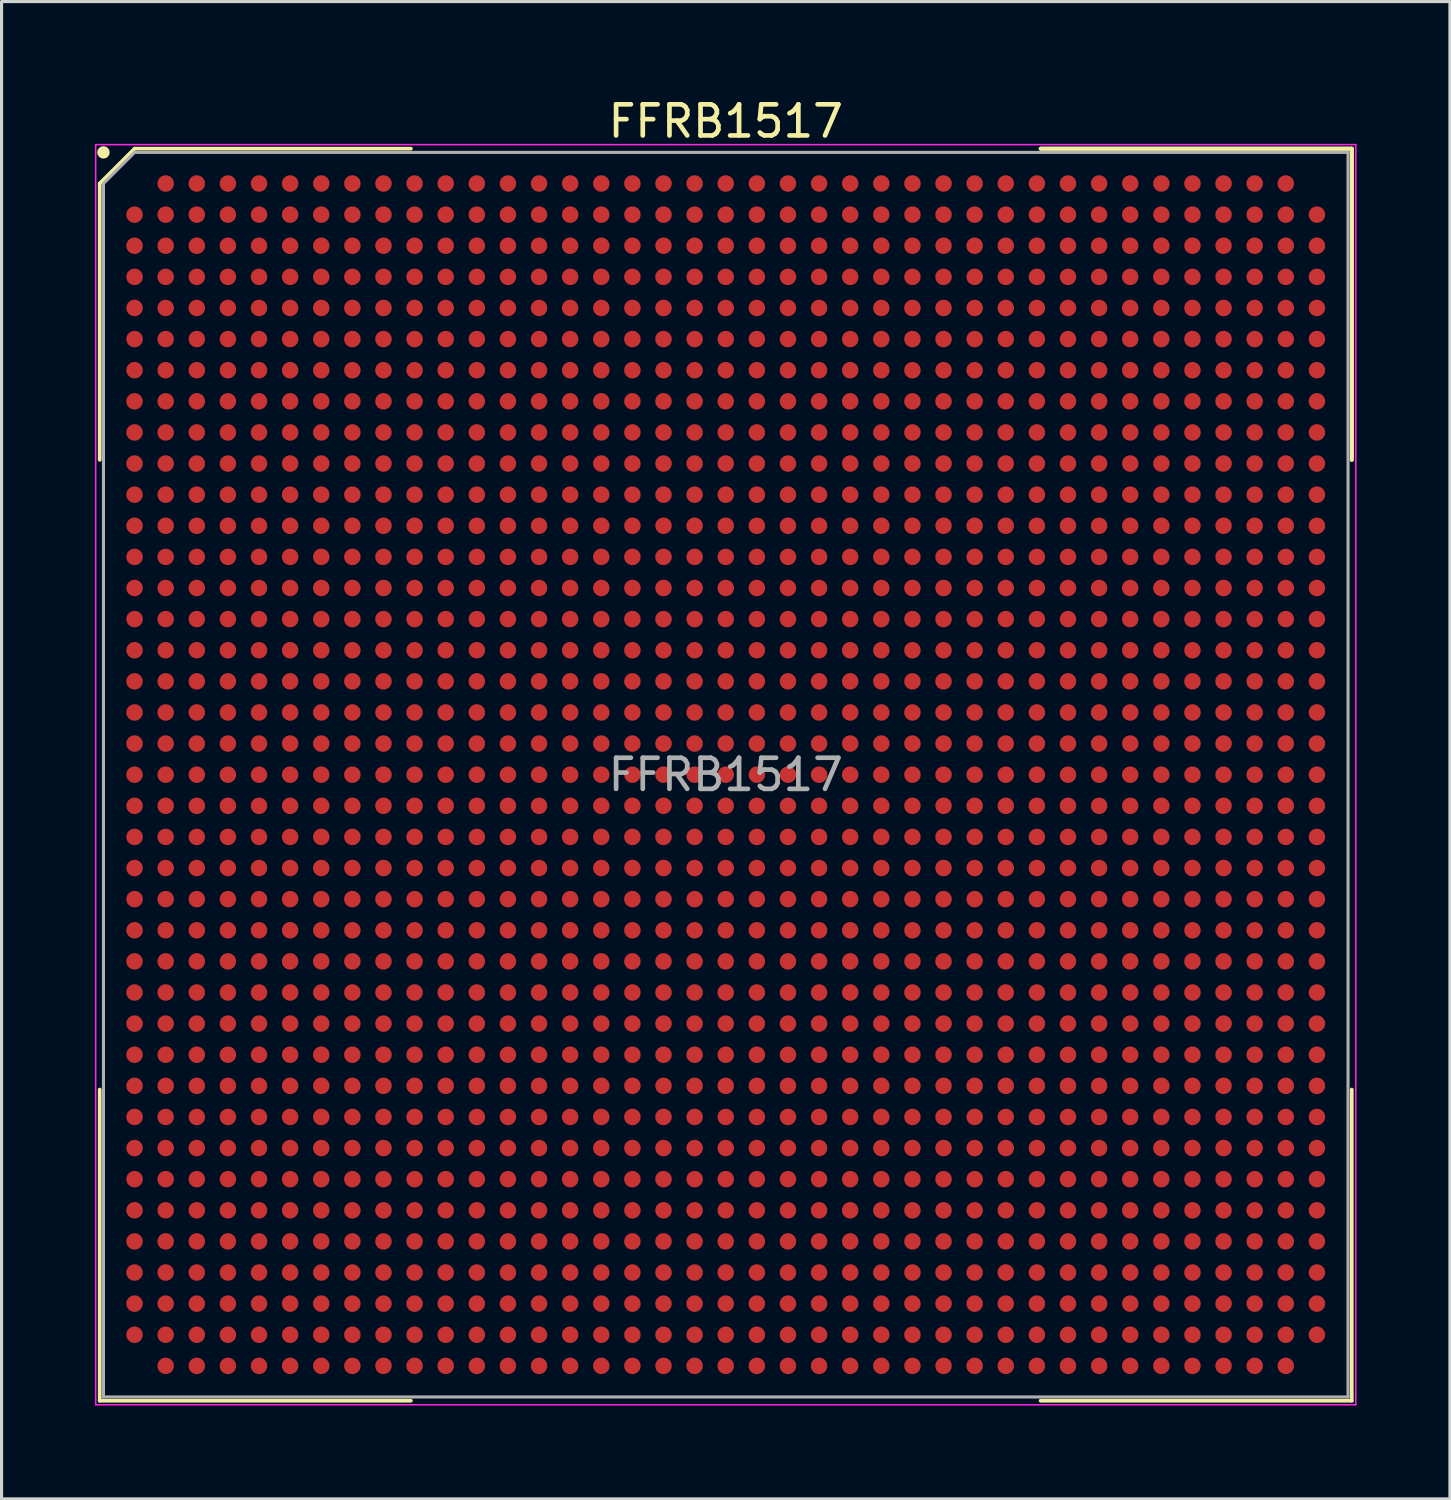
<source format=kicad_pcb>
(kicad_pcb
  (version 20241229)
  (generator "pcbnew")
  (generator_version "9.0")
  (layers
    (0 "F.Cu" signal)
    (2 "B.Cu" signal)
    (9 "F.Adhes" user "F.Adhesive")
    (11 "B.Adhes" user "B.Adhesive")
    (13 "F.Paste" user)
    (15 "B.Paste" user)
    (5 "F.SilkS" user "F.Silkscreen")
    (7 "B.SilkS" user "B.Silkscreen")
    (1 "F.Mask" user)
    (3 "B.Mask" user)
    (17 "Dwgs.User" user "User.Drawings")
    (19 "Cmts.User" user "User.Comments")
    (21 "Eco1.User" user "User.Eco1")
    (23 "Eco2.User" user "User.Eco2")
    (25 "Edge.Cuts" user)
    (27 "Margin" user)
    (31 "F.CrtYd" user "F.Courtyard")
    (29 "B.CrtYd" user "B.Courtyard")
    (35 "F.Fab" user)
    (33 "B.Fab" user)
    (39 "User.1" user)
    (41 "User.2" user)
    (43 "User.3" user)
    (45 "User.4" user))
  (footprint "FFRB1517"
    (layer "F.Cu")
    (at 20.275 21.848)
    (property "Reference" "FFRB1517" (at 0 -21 0) (layer "F.SilkS") (effects (font (size 1 1) (thickness 0.15))))
    (attr smd)
    (fp_line (start -20.12 -19) (end -20.12 -10.12) (stroke (width 0.12) (type solid)) (layer "F.SilkS"))
    (fp_line (start -20.12 20.12) (end -20.12 10.12) (stroke (width 0.12) (type solid)) (layer "F.SilkS"))
    (fp_line (start -19 -20.12) (end -20.12 -19) (stroke (width 0.12) (type solid)) (layer "F.SilkS"))
    (fp_line (start -10.12 -20.12) (end -19 -20.12) (stroke (width 0.12) (type solid)) (layer "F.SilkS"))
    (fp_line (start -10.12 20.12) (end -20.12 20.12) (stroke (width 0.12) (type solid)) (layer "F.SilkS"))
    (fp_line (start 10.12 -20.12) (end 20.12 -20.12) (stroke (width 0.12) (type solid)) (layer "F.SilkS"))
    (fp_line (start 10.12 -20.12) (end 20.12 -20.12) (stroke (width 0.12) (type solid)) (layer "F.SilkS"))
    (fp_line (start 10.12 -20.12) (end 20.12 -20.12) (stroke (width 0.12) (type solid)) (layer "F.SilkS"))
    (fp_line (start 10.12 20.12) (end 20.12 20.12) (stroke (width 0.12) (type solid)) (layer "F.SilkS"))
    (fp_line (start 20.12 -20.12) (end 20.12 -10.12) (stroke (width 0.12) (type solid)) (layer "F.SilkS"))
    (fp_line (start 20.12 -20.12) (end 20.12 -10.12) (stroke (width 0.12) (type solid)) (layer "F.SilkS"))
    (fp_line (start 20.12 -20.12) (end 20.12 -10.12) (stroke (width 0.12) (type solid)) (layer "F.SilkS"))
    (fp_line (start 20.12 20.12) (end 20.12 10.12) (stroke (width 0.12) (type solid)) (layer "F.SilkS"))
    (fp_circle (center -20 -20) (end -20 -19.9) (stroke (width 0.2) (type solid)) (fill no) (layer "F.SilkS"))
    (fp_line (start -20.25 -20.25) (end 20.25 -20.25) (stroke (width 0.05) (type solid)) (layer "F.CrtYd"))
    (fp_line (start -20.25 20.25) (end -20.25 -20.25) (stroke (width 0.05) (type solid)) (layer "F.CrtYd"))
    (fp_line (start 20.25 -20.25) (end 20.25 20.25) (stroke (width 0.05) (type solid)) (layer "F.CrtYd"))
    (fp_line (start 20.25 20.25) (end -20.25 20.25) (stroke (width 0.05) (type solid)) (layer "F.CrtYd"))
    (fp_line (start -20 -19) (end -20 20) (stroke (width 0.1) (type solid)) (layer "F.Fab"))
    (fp_line (start -20 20) (end 20 20) (stroke (width 0.1) (type solid)) (layer "F.Fab"))
    (fp_line (start -19 -20) (end -20 -19) (stroke (width 0.1) (type solid)) (layer "F.Fab"))
    (fp_line (start 20 -20) (end -19 -20) (stroke (width 0.1) (type solid)) (layer "F.Fab"))
    (fp_line (start 20 20) (end 20 -20) (stroke (width 0.1) (type solid)) (layer "F.Fab"))
    (fp_text user "${REFERENCE}" (at 0 0 0) (layer "F.Fab") (effects (font (size 1 1) (thickness 0.15))))
    (pad "A2" smd circle (at -18 -19) (size 0.53 0.53) (layers "F.Cu" "F.Mask" "F.Paste"))
    (pad "A3" smd circle (at -17 -19) (size 0.53 0.53) (layers "F.Cu" "F.Mask" "F.Paste"))
    (pad "A4" smd circle (at -16 -19) (size 0.53 0.53) (layers "F.Cu" "F.Mask" "F.Paste"))
    (pad "A5" smd circle (at -15 -19) (size 0.53 0.53) (layers "F.Cu" "F.Mask" "F.Paste"))
    (pad "A6" smd circle (at -14 -19) (size 0.53 0.53) (layers "F.Cu" "F.Mask" "F.Paste"))
    (pad "A7" smd circle (at -13 -19) (size 0.53 0.53) (layers "F.Cu" "F.Mask" "F.Paste"))
    (pad "A8" smd circle (at -12 -19) (size 0.53 0.53) (layers "F.Cu" "F.Mask" "F.Paste"))
    (pad "A9" smd circle (at -11 -19) (size 0.53 0.53) (layers "F.Cu" "F.Mask" "F.Paste"))
    (pad "A10" smd circle (at -10 -19) (size 0.53 0.53) (layers "F.Cu" "F.Mask" "F.Paste"))
    (pad "A11" smd circle (at -9 -19) (size 0.53 0.53) (layers "F.Cu" "F.Mask" "F.Paste"))
    (pad "A12" smd circle (at -8 -19) (size 0.53 0.53) (layers "F.Cu" "F.Mask" "F.Paste"))
    (pad "A13" smd circle (at -7 -19) (size 0.53 0.53) (layers "F.Cu" "F.Mask" "F.Paste"))
    (pad "A14" smd circle (at -6 -19) (size 0.53 0.53) (layers "F.Cu" "F.Mask" "F.Paste"))
    (pad "A15" smd circle (at -5 -19) (size 0.53 0.53) (layers "F.Cu" "F.Mask" "F.Paste"))
    (pad "A16" smd circle (at -4 -19) (size 0.53 0.53) (layers "F.Cu" "F.Mask" "F.Paste"))
    (pad "A17" smd circle (at -3 -19) (size 0.53 0.53) (layers "F.Cu" "F.Mask" "F.Paste"))
    (pad "A18" smd circle (at -2 -19) (size 0.53 0.53) (layers "F.Cu" "F.Mask" "F.Paste"))
    (pad "A19" smd circle (at -1 -19) (size 0.53 0.53) (layers "F.Cu" "F.Mask" "F.Paste"))
    (pad "A20" smd circle (at 0 -19) (size 0.53 0.53) (layers "F.Cu" "F.Mask" "F.Paste"))
    (pad "A21" smd circle (at 1 -19) (size 0.53 0.53) (layers "F.Cu" "F.Mask" "F.Paste"))
    (pad "A22" smd circle (at 2 -19) (size 0.53 0.53) (layers "F.Cu" "F.Mask" "F.Paste"))
    (pad "A23" smd circle (at 3 -19) (size 0.53 0.53) (layers "F.Cu" "F.Mask" "F.Paste"))
    (pad "A24" smd circle (at 4 -19) (size 0.53 0.53) (layers "F.Cu" "F.Mask" "F.Paste"))
    (pad "A25" smd circle (at 5 -19) (size 0.53 0.53) (layers "F.Cu" "F.Mask" "F.Paste"))
    (pad "A26" smd circle (at 6 -19) (size 0.53 0.53) (layers "F.Cu" "F.Mask" "F.Paste"))
    (pad "A27" smd circle (at 7 -19) (size 0.53 0.53) (layers "F.Cu" "F.Mask" "F.Paste"))
    (pad "A28" smd circle (at 8 -19) (size 0.53 0.53) (layers "F.Cu" "F.Mask" "F.Paste"))
    (pad "A29" smd circle (at 9 -19) (size 0.53 0.53) (layers "F.Cu" "F.Mask" "F.Paste"))
    (pad "A30" smd circle (at 10 -19) (size 0.53 0.53) (layers "F.Cu" "F.Mask" "F.Paste"))
    (pad "A31" smd circle (at 11 -19) (size 0.53 0.53) (layers "F.Cu" "F.Mask" "F.Paste"))
    (pad "A32" smd circle (at 12 -19) (size 0.53 0.53) (layers "F.Cu" "F.Mask" "F.Paste"))
    (pad "A33" smd circle (at 13 -19) (size 0.53 0.53) (layers "F.Cu" "F.Mask" "F.Paste"))
    (pad "A34" smd circle (at 14 -19) (size 0.53 0.53) (layers "F.Cu" "F.Mask" "F.Paste"))
    (pad "A35" smd circle (at 15 -19) (size 0.53 0.53) (layers "F.Cu" "F.Mask" "F.Paste"))
    (pad "A36" smd circle (at 16 -19) (size 0.53 0.53) (layers "F.Cu" "F.Mask" "F.Paste"))
    (pad "A37" smd circle (at 17 -19) (size 0.53 0.53) (layers "F.Cu" "F.Mask" "F.Paste"))
    (pad "A38" smd circle (at 18 -19) (size 0.53 0.53) (layers "F.Cu" "F.Mask" "F.Paste"))
    (pad "AA1" smd circle (at -19 1) (size 0.53 0.53) (layers "F.Cu" "F.Mask" "F.Paste"))
    (pad "AA2" smd circle (at -18 1) (size 0.53 0.53) (layers "F.Cu" "F.Mask" "F.Paste"))
    (pad "AA3" smd circle (at -17 1) (size 0.53 0.53) (layers "F.Cu" "F.Mask" "F.Paste"))
    (pad "AA4" smd circle (at -16 1) (size 0.53 0.53) (layers "F.Cu" "F.Mask" "F.Paste"))
    (pad "AA5" smd circle (at -15 1) (size 0.53 0.53) (layers "F.Cu" "F.Mask" "F.Paste"))
    (pad "AA6" smd circle (at -14 1) (size 0.53 0.53) (layers "F.Cu" "F.Mask" "F.Paste"))
    (pad "AA7" smd circle (at -13 1) (size 0.53 0.53) (layers "F.Cu" "F.Mask" "F.Paste"))
    (pad "AA8" smd circle (at -12 1) (size 0.53 0.53) (layers "F.Cu" "F.Mask" "F.Paste"))
    (pad "AA9" smd circle (at -11 1) (size 0.53 0.53) (layers "F.Cu" "F.Mask" "F.Paste"))
    (pad "AA10" smd circle (at -10 1) (size 0.53 0.53) (layers "F.Cu" "F.Mask" "F.Paste"))
    (pad "AA11" smd circle (at -9 1) (size 0.53 0.53) (layers "F.Cu" "F.Mask" "F.Paste"))
    (pad "AA12" smd circle (at -8 1) (size 0.53 0.53) (layers "F.Cu" "F.Mask" "F.Paste"))
    (pad "AA13" smd circle (at -7 1) (size 0.53 0.53) (layers "F.Cu" "F.Mask" "F.Paste"))
    (pad "AA14" smd circle (at -6 1) (size 0.53 0.53) (layers "F.Cu" "F.Mask" "F.Paste"))
    (pad "AA15" smd circle (at -5 1) (size 0.53 0.53) (layers "F.Cu" "F.Mask" "F.Paste"))
    (pad "AA16" smd circle (at -4 1) (size 0.53 0.53) (layers "F.Cu" "F.Mask" "F.Paste"))
    (pad "AA17" smd circle (at -3 1) (size 0.53 0.53) (layers "F.Cu" "F.Mask" "F.Paste"))
    (pad "AA18" smd circle (at -2 1) (size 0.53 0.53) (layers "F.Cu" "F.Mask" "F.Paste"))
    (pad "AA19" smd circle (at -1 1) (size 0.53 0.53) (layers "F.Cu" "F.Mask" "F.Paste"))
    (pad "AA20" smd circle (at 0 1) (size 0.53 0.53) (layers "F.Cu" "F.Mask" "F.Paste"))
    (pad "AA21" smd circle (at 1 1) (size 0.53 0.53) (layers "F.Cu" "F.Mask" "F.Paste"))
    (pad "AA22" smd circle (at 2 1) (size 0.53 0.53) (layers "F.Cu" "F.Mask" "F.Paste"))
    (pad "AA23" smd circle (at 3 1) (size 0.53 0.53) (layers "F.Cu" "F.Mask" "F.Paste"))
    (pad "AA24" smd circle (at 4 1) (size 0.53 0.53) (layers "F.Cu" "F.Mask" "F.Paste"))
    (pad "AA25" smd circle (at 5 1) (size 0.53 0.53) (layers "F.Cu" "F.Mask" "F.Paste"))
    (pad "AA26" smd circle (at 6 1) (size 0.53 0.53) (layers "F.Cu" "F.Mask" "F.Paste"))
    (pad "AA27" smd circle (at 7 1) (size 0.53 0.53) (layers "F.Cu" "F.Mask" "F.Paste"))
    (pad "AA28" smd circle (at 8 1) (size 0.53 0.53) (layers "F.Cu" "F.Mask" "F.Paste"))
    (pad "AA29" smd circle (at 9 1) (size 0.53 0.53) (layers "F.Cu" "F.Mask" "F.Paste"))
    (pad "AA30" smd circle (at 10 1) (size 0.53 0.53) (layers "F.Cu" "F.Mask" "F.Paste"))
    (pad "AA31" smd circle (at 11 1) (size 0.53 0.53) (layers "F.Cu" "F.Mask" "F.Paste"))
    (pad "AA32" smd circle (at 12 1) (size 0.53 0.53) (layers "F.Cu" "F.Mask" "F.Paste"))
    (pad "AA33" smd circle (at 13 1) (size 0.53 0.53) (layers "F.Cu" "F.Mask" "F.Paste"))
    (pad "AA34" smd circle (at 14 1) (size 0.53 0.53) (layers "F.Cu" "F.Mask" "F.Paste"))
    (pad "AA35" smd circle (at 15 1) (size 0.53 0.53) (layers "F.Cu" "F.Mask" "F.Paste"))
    (pad "AA36" smd circle (at 16 1) (size 0.53 0.53) (layers "F.Cu" "F.Mask" "F.Paste"))
    (pad "AA37" smd circle (at 17 1) (size 0.53 0.53) (layers "F.Cu" "F.Mask" "F.Paste"))
    (pad "AA38" smd circle (at 18 1) (size 0.53 0.53) (layers "F.Cu" "F.Mask" "F.Paste"))
    (pad "AA39" smd circle (at 19 1) (size 0.53 0.53) (layers "F.Cu" "F.Mask" "F.Paste"))
    (pad "AB1" smd circle (at -19 2) (size 0.53 0.53) (layers "F.Cu" "F.Mask" "F.Paste"))
    (pad "AB2" smd circle (at -18 2) (size 0.53 0.53) (layers "F.Cu" "F.Mask" "F.Paste"))
    (pad "AB3" smd circle (at -17 2) (size 0.53 0.53) (layers "F.Cu" "F.Mask" "F.Paste"))
    (pad "AB4" smd circle (at -16 2) (size 0.53 0.53) (layers "F.Cu" "F.Mask" "F.Paste"))
    (pad "AB5" smd circle (at -15 2) (size 0.53 0.53) (layers "F.Cu" "F.Mask" "F.Paste"))
    (pad "AB6" smd circle (at -14 2) (size 0.53 0.53) (layers "F.Cu" "F.Mask" "F.Paste"))
    (pad "AB7" smd circle (at -13 2) (size 0.53 0.53) (layers "F.Cu" "F.Mask" "F.Paste"))
    (pad "AB8" smd circle (at -12 2) (size 0.53 0.53) (layers "F.Cu" "F.Mask" "F.Paste"))
    (pad "AB9" smd circle (at -11 2) (size 0.53 0.53) (layers "F.Cu" "F.Mask" "F.Paste"))
    (pad "AB10" smd circle (at -10 2) (size 0.53 0.53) (layers "F.Cu" "F.Mask" "F.Paste"))
    (pad "AB11" smd circle (at -9 2) (size 0.53 0.53) (layers "F.Cu" "F.Mask" "F.Paste"))
    (pad "AB12" smd circle (at -8 2) (size 0.53 0.53) (layers "F.Cu" "F.Mask" "F.Paste"))
    (pad "AB13" smd circle (at -7 2) (size 0.53 0.53) (layers "F.Cu" "F.Mask" "F.Paste"))
    (pad "AB14" smd circle (at -6 2) (size 0.53 0.53) (layers "F.Cu" "F.Mask" "F.Paste"))
    (pad "AB15" smd circle (at -5 2) (size 0.53 0.53) (layers "F.Cu" "F.Mask" "F.Paste"))
    (pad "AB16" smd circle (at -4 2) (size 0.53 0.53) (layers "F.Cu" "F.Mask" "F.Paste"))
    (pad "AB17" smd circle (at -3 2) (size 0.53 0.53) (layers "F.Cu" "F.Mask" "F.Paste"))
    (pad "AB18" smd circle (at -2 2) (size 0.53 0.53) (layers "F.Cu" "F.Mask" "F.Paste"))
    (pad "AB19" smd circle (at -1 2) (size 0.53 0.53) (layers "F.Cu" "F.Mask" "F.Paste"))
    (pad "AB20" smd circle (at 0 2) (size 0.53 0.53) (layers "F.Cu" "F.Mask" "F.Paste"))
    (pad "AB21" smd circle (at 1 2) (size 0.53 0.53) (layers "F.Cu" "F.Mask" "F.Paste"))
    (pad "AB22" smd circle (at 2 2) (size 0.53 0.53) (layers "F.Cu" "F.Mask" "F.Paste"))
    (pad "AB23" smd circle (at 3 2) (size 0.53 0.53) (layers "F.Cu" "F.Mask" "F.Paste"))
    (pad "AB24" smd circle (at 4 2) (size 0.53 0.53) (layers "F.Cu" "F.Mask" "F.Paste"))
    (pad "AB25" smd circle (at 5 2) (size 0.53 0.53) (layers "F.Cu" "F.Mask" "F.Paste"))
    (pad "AB26" smd circle (at 6 2) (size 0.53 0.53) (layers "F.Cu" "F.Mask" "F.Paste"))
    (pad "AB27" smd circle (at 7 2) (size 0.53 0.53) (layers "F.Cu" "F.Mask" "F.Paste"))
    (pad "AB28" smd circle (at 8 2) (size 0.53 0.53) (layers "F.Cu" "F.Mask" "F.Paste"))
    (pad "AB29" smd circle (at 9 2) (size 0.53 0.53) (layers "F.Cu" "F.Mask" "F.Paste"))
    (pad "AB30" smd circle (at 10 2) (size 0.53 0.53) (layers "F.Cu" "F.Mask" "F.Paste"))
    (pad "AB31" smd circle (at 11 2) (size 0.53 0.53) (layers "F.Cu" "F.Mask" "F.Paste"))
    (pad "AB32" smd circle (at 12 2) (size 0.53 0.53) (layers "F.Cu" "F.Mask" "F.Paste"))
    (pad "AB33" smd circle (at 13 2) (size 0.53 0.53) (layers "F.Cu" "F.Mask" "F.Paste"))
    (pad "AB34" smd circle (at 14 2) (size 0.53 0.53) (layers "F.Cu" "F.Mask" "F.Paste"))
    (pad "AB35" smd circle (at 15 2) (size 0.53 0.53) (layers "F.Cu" "F.Mask" "F.Paste"))
    (pad "AB36" smd circle (at 16 2) (size 0.53 0.53) (layers "F.Cu" "F.Mask" "F.Paste"))
    (pad "AB37" smd circle (at 17 2) (size 0.53 0.53) (layers "F.Cu" "F.Mask" "F.Paste"))
    (pad "AB38" smd circle (at 18 2) (size 0.53 0.53) (layers "F.Cu" "F.Mask" "F.Paste"))
    (pad "AB39" smd circle (at 19 2) (size 0.53 0.53) (layers "F.Cu" "F.Mask" "F.Paste"))
    (pad "AC1" smd circle (at -19 3) (size 0.53 0.53) (layers "F.Cu" "F.Mask" "F.Paste"))
    (pad "AC2" smd circle (at -18 3) (size 0.53 0.53) (layers "F.Cu" "F.Mask" "F.Paste"))
    (pad "AC3" smd circle (at -17 3) (size 0.53 0.53) (layers "F.Cu" "F.Mask" "F.Paste"))
    (pad "AC4" smd circle (at -16 3) (size 0.53 0.53) (layers "F.Cu" "F.Mask" "F.Paste"))
    (pad "AC5" smd circle (at -15 3) (size 0.53 0.53) (layers "F.Cu" "F.Mask" "F.Paste"))
    (pad "AC6" smd circle (at -14 3) (size 0.53 0.53) (layers "F.Cu" "F.Mask" "F.Paste"))
    (pad "AC7" smd circle (at -13 3) (size 0.53 0.53) (layers "F.Cu" "F.Mask" "F.Paste"))
    (pad "AC8" smd circle (at -12 3) (size 0.53 0.53) (layers "F.Cu" "F.Mask" "F.Paste"))
    (pad "AC9" smd circle (at -11 3) (size 0.53 0.53) (layers "F.Cu" "F.Mask" "F.Paste"))
    (pad "AC10" smd circle (at -10 3) (size 0.53 0.53) (layers "F.Cu" "F.Mask" "F.Paste"))
    (pad "AC11" smd circle (at -9 3) (size 0.53 0.53) (layers "F.Cu" "F.Mask" "F.Paste"))
    (pad "AC12" smd circle (at -8 3) (size 0.53 0.53) (layers "F.Cu" "F.Mask" "F.Paste"))
    (pad "AC13" smd circle (at -7 3) (size 0.53 0.53) (layers "F.Cu" "F.Mask" "F.Paste"))
    (pad "AC14" smd circle (at -6 3) (size 0.53 0.53) (layers "F.Cu" "F.Mask" "F.Paste"))
    (pad "AC15" smd circle (at -5 3) (size 0.53 0.53) (layers "F.Cu" "F.Mask" "F.Paste"))
    (pad "AC16" smd circle (at -4 3) (size 0.53 0.53) (layers "F.Cu" "F.Mask" "F.Paste"))
    (pad "AC17" smd circle (at -3 3) (size 0.53 0.53) (layers "F.Cu" "F.Mask" "F.Paste"))
    (pad "AC18" smd circle (at -2 3) (size 0.53 0.53) (layers "F.Cu" "F.Mask" "F.Paste"))
    (pad "AC19" smd circle (at -1 3) (size 0.53 0.53) (layers "F.Cu" "F.Mask" "F.Paste"))
    (pad "AC20" smd circle (at 0 3) (size 0.53 0.53) (layers "F.Cu" "F.Mask" "F.Paste"))
    (pad "AC21" smd circle (at 1 3) (size 0.53 0.53) (layers "F.Cu" "F.Mask" "F.Paste"))
    (pad "AC22" smd circle (at 2 3) (size 0.53 0.53) (layers "F.Cu" "F.Mask" "F.Paste"))
    (pad "AC23" smd circle (at 3 3) (size 0.53 0.53) (layers "F.Cu" "F.Mask" "F.Paste"))
    (pad "AC24" smd circle (at 4 3) (size 0.53 0.53) (layers "F.Cu" "F.Mask" "F.Paste"))
    (pad "AC25" smd circle (at 5 3) (size 0.53 0.53) (layers "F.Cu" "F.Mask" "F.Paste"))
    (pad "AC26" smd circle (at 6 3) (size 0.53 0.53) (layers "F.Cu" "F.Mask" "F.Paste"))
    (pad "AC27" smd circle (at 7 3) (size 0.53 0.53) (layers "F.Cu" "F.Mask" "F.Paste"))
    (pad "AC28" smd circle (at 8 3) (size 0.53 0.53) (layers "F.Cu" "F.Mask" "F.Paste"))
    (pad "AC29" smd circle (at 9 3) (size 0.53 0.53) (layers "F.Cu" "F.Mask" "F.Paste"))
    (pad "AC30" smd circle (at 10 3) (size 0.53 0.53) (layers "F.Cu" "F.Mask" "F.Paste"))
    (pad "AC31" smd circle (at 11 3) (size 0.53 0.53) (layers "F.Cu" "F.Mask" "F.Paste"))
    (pad "AC32" smd circle (at 12 3) (size 0.53 0.53) (layers "F.Cu" "F.Mask" "F.Paste"))
    (pad "AC33" smd circle (at 13 3) (size 0.53 0.53) (layers "F.Cu" "F.Mask" "F.Paste"))
    (pad "AC34" smd circle (at 14 3) (size 0.53 0.53) (layers "F.Cu" "F.Mask" "F.Paste"))
    (pad "AC35" smd circle (at 15 3) (size 0.53 0.53) (layers "F.Cu" "F.Mask" "F.Paste"))
    (pad "AC36" smd circle (at 16 3) (size 0.53 0.53) (layers "F.Cu" "F.Mask" "F.Paste"))
    (pad "AC37" smd circle (at 17 3) (size 0.53 0.53) (layers "F.Cu" "F.Mask" "F.Paste"))
    (pad "AC38" smd circle (at 18 3) (size 0.53 0.53) (layers "F.Cu" "F.Mask" "F.Paste"))
    (pad "AC39" smd circle (at 19 3) (size 0.53 0.53) (layers "F.Cu" "F.Mask" "F.Paste"))
    (pad "AD1" smd circle (at -19 4) (size 0.53 0.53) (layers "F.Cu" "F.Mask" "F.Paste"))
    (pad "AD2" smd circle (at -18 4) (size 0.53 0.53) (layers "F.Cu" "F.Mask" "F.Paste"))
    (pad "AD3" smd circle (at -17 4) (size 0.53 0.53) (layers "F.Cu" "F.Mask" "F.Paste"))
    (pad "AD4" smd circle (at -16 4) (size 0.53 0.53) (layers "F.Cu" "F.Mask" "F.Paste"))
    (pad "AD5" smd circle (at -15 4) (size 0.53 0.53) (layers "F.Cu" "F.Mask" "F.Paste"))
    (pad "AD6" smd circle (at -14 4) (size 0.53 0.53) (layers "F.Cu" "F.Mask" "F.Paste"))
    (pad "AD7" smd circle (at -13 4) (size 0.53 0.53) (layers "F.Cu" "F.Mask" "F.Paste"))
    (pad "AD8" smd circle (at -12 4) (size 0.53 0.53) (layers "F.Cu" "F.Mask" "F.Paste"))
    (pad "AD9" smd circle (at -11 4) (size 0.53 0.53) (layers "F.Cu" "F.Mask" "F.Paste"))
    (pad "AD10" smd circle (at -10 4) (size 0.53 0.53) (layers "F.Cu" "F.Mask" "F.Paste"))
    (pad "AD11" smd circle (at -9 4) (size 0.53 0.53) (layers "F.Cu" "F.Mask" "F.Paste"))
    (pad "AD12" smd circle (at -8 4) (size 0.53 0.53) (layers "F.Cu" "F.Mask" "F.Paste"))
    (pad "AD13" smd circle (at -7 4) (size 0.53 0.53) (layers "F.Cu" "F.Mask" "F.Paste"))
    (pad "AD14" smd circle (at -6 4) (size 0.53 0.53) (layers "F.Cu" "F.Mask" "F.Paste"))
    (pad "AD15" smd circle (at -5 4) (size 0.53 0.53) (layers "F.Cu" "F.Mask" "F.Paste"))
    (pad "AD16" smd circle (at -4 4) (size 0.53 0.53) (layers "F.Cu" "F.Mask" "F.Paste"))
    (pad "AD17" smd circle (at -3 4) (size 0.53 0.53) (layers "F.Cu" "F.Mask" "F.Paste"))
    (pad "AD18" smd circle (at -2 4) (size 0.53 0.53) (layers "F.Cu" "F.Mask" "F.Paste"))
    (pad "AD19" smd circle (at -1 4) (size 0.53 0.53) (layers "F.Cu" "F.Mask" "F.Paste"))
    (pad "AD20" smd circle (at 0 4) (size 0.53 0.53) (layers "F.Cu" "F.Mask" "F.Paste"))
    (pad "AD21" smd circle (at 1 4) (size 0.53 0.53) (layers "F.Cu" "F.Mask" "F.Paste"))
    (pad "AD22" smd circle (at 2 4) (size 0.53 0.53) (layers "F.Cu" "F.Mask" "F.Paste"))
    (pad "AD23" smd circle (at 3 4) (size 0.53 0.53) (layers "F.Cu" "F.Mask" "F.Paste"))
    (pad "AD24" smd circle (at 4 4) (size 0.53 0.53) (layers "F.Cu" "F.Mask" "F.Paste"))
    (pad "AD25" smd circle (at 5 4) (size 0.53 0.53) (layers "F.Cu" "F.Mask" "F.Paste"))
    (pad "AD26" smd circle (at 6 4) (size 0.53 0.53) (layers "F.Cu" "F.Mask" "F.Paste"))
    (pad "AD27" smd circle (at 7 4) (size 0.53 0.53) (layers "F.Cu" "F.Mask" "F.Paste"))
    (pad "AD28" smd circle (at 8 4) (size 0.53 0.53) (layers "F.Cu" "F.Mask" "F.Paste"))
    (pad "AD29" smd circle (at 9 4) (size 0.53 0.53) (layers "F.Cu" "F.Mask" "F.Paste"))
    (pad "AD30" smd circle (at 10 4) (size 0.53 0.53) (layers "F.Cu" "F.Mask" "F.Paste"))
    (pad "AD31" smd circle (at 11 4) (size 0.53 0.53) (layers "F.Cu" "F.Mask" "F.Paste"))
    (pad "AD32" smd circle (at 12 4) (size 0.53 0.53) (layers "F.Cu" "F.Mask" "F.Paste"))
    (pad "AD33" smd circle (at 13 4) (size 0.53 0.53) (layers "F.Cu" "F.Mask" "F.Paste"))
    (pad "AD34" smd circle (at 14 4) (size 0.53 0.53) (layers "F.Cu" "F.Mask" "F.Paste"))
    (pad "AD35" smd circle (at 15 4) (size 0.53 0.53) (layers "F.Cu" "F.Mask" "F.Paste"))
    (pad "AD36" smd circle (at 16 4) (size 0.53 0.53) (layers "F.Cu" "F.Mask" "F.Paste"))
    (pad "AD37" smd circle (at 17 4) (size 0.53 0.53) (layers "F.Cu" "F.Mask" "F.Paste"))
    (pad "AD38" smd circle (at 18 4) (size 0.53 0.53) (layers "F.Cu" "F.Mask" "F.Paste"))
    (pad "AD39" smd circle (at 19 4) (size 0.53 0.53) (layers "F.Cu" "F.Mask" "F.Paste"))
    (pad "AE1" smd circle (at -19 5) (size 0.53 0.53) (layers "F.Cu" "F.Mask" "F.Paste"))
    (pad "AE2" smd circle (at -18 5) (size 0.53 0.53) (layers "F.Cu" "F.Mask" "F.Paste"))
    (pad "AE3" smd circle (at -17 5) (size 0.53 0.53) (layers "F.Cu" "F.Mask" "F.Paste"))
    (pad "AE4" smd circle (at -16 5) (size 0.53 0.53) (layers "F.Cu" "F.Mask" "F.Paste"))
    (pad "AE5" smd circle (at -15 5) (size 0.53 0.53) (layers "F.Cu" "F.Mask" "F.Paste"))
    (pad "AE6" smd circle (at -14 5) (size 0.53 0.53) (layers "F.Cu" "F.Mask" "F.Paste"))
    (pad "AE7" smd circle (at -13 5) (size 0.53 0.53) (layers "F.Cu" "F.Mask" "F.Paste"))
    (pad "AE8" smd circle (at -12 5) (size 0.53 0.53) (layers "F.Cu" "F.Mask" "F.Paste"))
    (pad "AE9" smd circle (at -11 5) (size 0.53 0.53) (layers "F.Cu" "F.Mask" "F.Paste"))
    (pad "AE10" smd circle (at -10 5) (size 0.53 0.53) (layers "F.Cu" "F.Mask" "F.Paste"))
    (pad "AE11" smd circle (at -9 5) (size 0.53 0.53) (layers "F.Cu" "F.Mask" "F.Paste"))
    (pad "AE12" smd circle (at -8 5) (size 0.53 0.53) (layers "F.Cu" "F.Mask" "F.Paste"))
    (pad "AE13" smd circle (at -7 5) (size 0.53 0.53) (layers "F.Cu" "F.Mask" "F.Paste"))
    (pad "AE14" smd circle (at -6 5) (size 0.53 0.53) (layers "F.Cu" "F.Mask" "F.Paste"))
    (pad "AE15" smd circle (at -5 5) (size 0.53 0.53) (layers "F.Cu" "F.Mask" "F.Paste"))
    (pad "AE16" smd circle (at -4 5) (size 0.53 0.53) (layers "F.Cu" "F.Mask" "F.Paste"))
    (pad "AE17" smd circle (at -3 5) (size 0.53 0.53) (layers "F.Cu" "F.Mask" "F.Paste"))
    (pad "AE18" smd circle (at -2 5) (size 0.53 0.53) (layers "F.Cu" "F.Mask" "F.Paste"))
    (pad "AE19" smd circle (at -1 5) (size 0.53 0.53) (layers "F.Cu" "F.Mask" "F.Paste"))
    (pad "AE20" smd circle (at 0 5) (size 0.53 0.53) (layers "F.Cu" "F.Mask" "F.Paste"))
    (pad "AE21" smd circle (at 1 5) (size 0.53 0.53) (layers "F.Cu" "F.Mask" "F.Paste"))
    (pad "AE22" smd circle (at 2 5) (size 0.53 0.53) (layers "F.Cu" "F.Mask" "F.Paste"))
    (pad "AE23" smd circle (at 3 5) (size 0.53 0.53) (layers "F.Cu" "F.Mask" "F.Paste"))
    (pad "AE24" smd circle (at 4 5) (size 0.53 0.53) (layers "F.Cu" "F.Mask" "F.Paste"))
    (pad "AE25" smd circle (at 5 5) (size 0.53 0.53) (layers "F.Cu" "F.Mask" "F.Paste"))
    (pad "AE26" smd circle (at 6 5) (size 0.53 0.53) (layers "F.Cu" "F.Mask" "F.Paste"))
    (pad "AE27" smd circle (at 7 5) (size 0.53 0.53) (layers "F.Cu" "F.Mask" "F.Paste"))
    (pad "AE28" smd circle (at 8 5) (size 0.53 0.53) (layers "F.Cu" "F.Mask" "F.Paste"))
    (pad "AE29" smd circle (at 9 5) (size 0.53 0.53) (layers "F.Cu" "F.Mask" "F.Paste"))
    (pad "AE30" smd circle (at 10 5) (size 0.53 0.53) (layers "F.Cu" "F.Mask" "F.Paste"))
    (pad "AE31" smd circle (at 11 5) (size 0.53 0.53) (layers "F.Cu" "F.Mask" "F.Paste"))
    (pad "AE32" smd circle (at 12 5) (size 0.53 0.53) (layers "F.Cu" "F.Mask" "F.Paste"))
    (pad "AE33" smd circle (at 13 5) (size 0.53 0.53) (layers "F.Cu" "F.Mask" "F.Paste"))
    (pad "AE34" smd circle (at 14 5) (size 0.53 0.53) (layers "F.Cu" "F.Mask" "F.Paste"))
    (pad "AE35" smd circle (at 15 5) (size 0.53 0.53) (layers "F.Cu" "F.Mask" "F.Paste"))
    (pad "AE36" smd circle (at 16 5) (size 0.53 0.53) (layers "F.Cu" "F.Mask" "F.Paste"))
    (pad "AE37" smd circle (at 17 5) (size 0.53 0.53) (layers "F.Cu" "F.Mask" "F.Paste"))
    (pad "AE38" smd circle (at 18 5) (size 0.53 0.53) (layers "F.Cu" "F.Mask" "F.Paste"))
    (pad "AE39" smd circle (at 19 5) (size 0.53 0.53) (layers "F.Cu" "F.Mask" "F.Paste"))
    (pad "AF1" smd circle (at -19 6) (size 0.53 0.53) (layers "F.Cu" "F.Mask" "F.Paste"))
    (pad "AF2" smd circle (at -18 6) (size 0.53 0.53) (layers "F.Cu" "F.Mask" "F.Paste"))
    (pad "AF3" smd circle (at -17 6) (size 0.53 0.53) (layers "F.Cu" "F.Mask" "F.Paste"))
    (pad "AF4" smd circle (at -16 6) (size 0.53 0.53) (layers "F.Cu" "F.Mask" "F.Paste"))
    (pad "AF5" smd circle (at -15 6) (size 0.53 0.53) (layers "F.Cu" "F.Mask" "F.Paste"))
    (pad "AF6" smd circle (at -14 6) (size 0.53 0.53) (layers "F.Cu" "F.Mask" "F.Paste"))
    (pad "AF7" smd circle (at -13 6) (size 0.53 0.53) (layers "F.Cu" "F.Mask" "F.Paste"))
    (pad "AF8" smd circle (at -12 6) (size 0.53 0.53) (layers "F.Cu" "F.Mask" "F.Paste"))
    (pad "AF9" smd circle (at -11 6) (size 0.53 0.53) (layers "F.Cu" "F.Mask" "F.Paste"))
    (pad "AF10" smd circle (at -10 6) (size 0.53 0.53) (layers "F.Cu" "F.Mask" "F.Paste"))
    (pad "AF11" smd circle (at -9 6) (size 0.53 0.53) (layers "F.Cu" "F.Mask" "F.Paste"))
    (pad "AF12" smd circle (at -8 6) (size 0.53 0.53) (layers "F.Cu" "F.Mask" "F.Paste"))
    (pad "AF13" smd circle (at -7 6) (size 0.53 0.53) (layers "F.Cu" "F.Mask" "F.Paste"))
    (pad "AF14" smd circle (at -6 6) (size 0.53 0.53) (layers "F.Cu" "F.Mask" "F.Paste"))
    (pad "AF15" smd circle (at -5 6) (size 0.53 0.53) (layers "F.Cu" "F.Mask" "F.Paste"))
    (pad "AF16" smd circle (at -4 6) (size 0.53 0.53) (layers "F.Cu" "F.Mask" "F.Paste"))
    (pad "AF17" smd circle (at -3 6) (size 0.53 0.53) (layers "F.Cu" "F.Mask" "F.Paste"))
    (pad "AF18" smd circle (at -2 6) (size 0.53 0.53) (layers "F.Cu" "F.Mask" "F.Paste"))
    (pad "AF19" smd circle (at -1 6) (size 0.53 0.53) (layers "F.Cu" "F.Mask" "F.Paste"))
    (pad "AF20" smd circle (at 0 6) (size 0.53 0.53) (layers "F.Cu" "F.Mask" "F.Paste"))
    (pad "AF21" smd circle (at 1 6) (size 0.53 0.53) (layers "F.Cu" "F.Mask" "F.Paste"))
    (pad "AF22" smd circle (at 2 6) (size 0.53 0.53) (layers "F.Cu" "F.Mask" "F.Paste"))
    (pad "AF23" smd circle (at 3 6) (size 0.53 0.53) (layers "F.Cu" "F.Mask" "F.Paste"))
    (pad "AF24" smd circle (at 4 6) (size 0.53 0.53) (layers "F.Cu" "F.Mask" "F.Paste"))
    (pad "AF25" smd circle (at 5 6) (size 0.53 0.53) (layers "F.Cu" "F.Mask" "F.Paste"))
    (pad "AF26" smd circle (at 6 6) (size 0.53 0.53) (layers "F.Cu" "F.Mask" "F.Paste"))
    (pad "AF27" smd circle (at 7 6) (size 0.53 0.53) (layers "F.Cu" "F.Mask" "F.Paste"))
    (pad "AF28" smd circle (at 8 6) (size 0.53 0.53) (layers "F.Cu" "F.Mask" "F.Paste"))
    (pad "AF29" smd circle (at 9 6) (size 0.53 0.53) (layers "F.Cu" "F.Mask" "F.Paste"))
    (pad "AF30" smd circle (at 10 6) (size 0.53 0.53) (layers "F.Cu" "F.Mask" "F.Paste"))
    (pad "AF31" smd circle (at 11 6) (size 0.53 0.53) (layers "F.Cu" "F.Mask" "F.Paste"))
    (pad "AF32" smd circle (at 12 6) (size 0.53 0.53) (layers "F.Cu" "F.Mask" "F.Paste"))
    (pad "AF33" smd circle (at 13 6) (size 0.53 0.53) (layers "F.Cu" "F.Mask" "F.Paste"))
    (pad "AF34" smd circle (at 14 6) (size 0.53 0.53) (layers "F.Cu" "F.Mask" "F.Paste"))
    (pad "AF35" smd circle (at 15 6) (size 0.53 0.53) (layers "F.Cu" "F.Mask" "F.Paste"))
    (pad "AF36" smd circle (at 16 6) (size 0.53 0.53) (layers "F.Cu" "F.Mask" "F.Paste"))
    (pad "AF37" smd circle (at 17 6) (size 0.53 0.53) (layers "F.Cu" "F.Mask" "F.Paste"))
    (pad "AF38" smd circle (at 18 6) (size 0.53 0.53) (layers "F.Cu" "F.Mask" "F.Paste"))
    (pad "AF39" smd circle (at 19 6) (size 0.53 0.53) (layers "F.Cu" "F.Mask" "F.Paste"))
    (pad "AG1" smd circle (at -19 7) (size 0.53 0.53) (layers "F.Cu" "F.Mask" "F.Paste"))
    (pad "AG2" smd circle (at -18 7) (size 0.53 0.53) (layers "F.Cu" "F.Mask" "F.Paste"))
    (pad "AG3" smd circle (at -17 7) (size 0.53 0.53) (layers "F.Cu" "F.Mask" "F.Paste"))
    (pad "AG4" smd circle (at -16 7) (size 0.53 0.53) (layers "F.Cu" "F.Mask" "F.Paste"))
    (pad "AG5" smd circle (at -15 7) (size 0.53 0.53) (layers "F.Cu" "F.Mask" "F.Paste"))
    (pad "AG6" smd circle (at -14 7) (size 0.53 0.53) (layers "F.Cu" "F.Mask" "F.Paste"))
    (pad "AG7" smd circle (at -13 7) (size 0.53 0.53) (layers "F.Cu" "F.Mask" "F.Paste"))
    (pad "AG8" smd circle (at -12 7) (size 0.53 0.53) (layers "F.Cu" "F.Mask" "F.Paste"))
    (pad "AG9" smd circle (at -11 7) (size 0.53 0.53) (layers "F.Cu" "F.Mask" "F.Paste"))
    (pad "AG10" smd circle (at -10 7) (size 0.53 0.53) (layers "F.Cu" "F.Mask" "F.Paste"))
    (pad "AG11" smd circle (at -9 7) (size 0.53 0.53) (layers "F.Cu" "F.Mask" "F.Paste"))
    (pad "AG12" smd circle (at -8 7) (size 0.53 0.53) (layers "F.Cu" "F.Mask" "F.Paste"))
    (pad "AG13" smd circle (at -7 7) (size 0.53 0.53) (layers "F.Cu" "F.Mask" "F.Paste"))
    (pad "AG14" smd circle (at -6 7) (size 0.53 0.53) (layers "F.Cu" "F.Mask" "F.Paste"))
    (pad "AG15" smd circle (at -5 7) (size 0.53 0.53) (layers "F.Cu" "F.Mask" "F.Paste"))
    (pad "AG16" smd circle (at -4 7) (size 0.53 0.53) (layers "F.Cu" "F.Mask" "F.Paste"))
    (pad "AG17" smd circle (at -3 7) (size 0.53 0.53) (layers "F.Cu" "F.Mask" "F.Paste"))
    (pad "AG18" smd circle (at -2 7) (size 0.53 0.53) (layers "F.Cu" "F.Mask" "F.Paste"))
    (pad "AG19" smd circle (at -1 7) (size 0.53 0.53) (layers "F.Cu" "F.Mask" "F.Paste"))
    (pad "AG20" smd circle (at 0 7) (size 0.53 0.53) (layers "F.Cu" "F.Mask" "F.Paste"))
    (pad "AG21" smd circle (at 1 7) (size 0.53 0.53) (layers "F.Cu" "F.Mask" "F.Paste"))
    (pad "AG22" smd circle (at 2 7) (size 0.53 0.53) (layers "F.Cu" "F.Mask" "F.Paste"))
    (pad "AG23" smd circle (at 3 7) (size 0.53 0.53) (layers "F.Cu" "F.Mask" "F.Paste"))
    (pad "AG24" smd circle (at 4 7) (size 0.53 0.53) (layers "F.Cu" "F.Mask" "F.Paste"))
    (pad "AG25" smd circle (at 5 7) (size 0.53 0.53) (layers "F.Cu" "F.Mask" "F.Paste"))
    (pad "AG26" smd circle (at 6 7) (size 0.53 0.53) (layers "F.Cu" "F.Mask" "F.Paste"))
    (pad "AG27" smd circle (at 7 7) (size 0.53 0.53) (layers "F.Cu" "F.Mask" "F.Paste"))
    (pad "AG28" smd circle (at 8 7) (size 0.53 0.53) (layers "F.Cu" "F.Mask" "F.Paste"))
    (pad "AG29" smd circle (at 9 7) (size 0.53 0.53) (layers "F.Cu" "F.Mask" "F.Paste"))
    (pad "AG30" smd circle (at 10 7) (size 0.53 0.53) (layers "F.Cu" "F.Mask" "F.Paste"))
    (pad "AG31" smd circle (at 11 7) (size 0.53 0.53) (layers "F.Cu" "F.Mask" "F.Paste"))
    (pad "AG32" smd circle (at 12 7) (size 0.53 0.53) (layers "F.Cu" "F.Mask" "F.Paste"))
    (pad "AG33" smd circle (at 13 7) (size 0.53 0.53) (layers "F.Cu" "F.Mask" "F.Paste"))
    (pad "AG34" smd circle (at 14 7) (size 0.53 0.53) (layers "F.Cu" "F.Mask" "F.Paste"))
    (pad "AG35" smd circle (at 15 7) (size 0.53 0.53) (layers "F.Cu" "F.Mask" "F.Paste"))
    (pad "AG36" smd circle (at 16 7) (size 0.53 0.53) (layers "F.Cu" "F.Mask" "F.Paste"))
    (pad "AG37" smd circle (at 17 7) (size 0.53 0.53) (layers "F.Cu" "F.Mask" "F.Paste"))
    (pad "AG38" smd circle (at 18 7) (size 0.53 0.53) (layers "F.Cu" "F.Mask" "F.Paste"))
    (pad "AG39" smd circle (at 19 7) (size 0.53 0.53) (layers "F.Cu" "F.Mask" "F.Paste"))
    (pad "AH1" smd circle (at -19 8) (size 0.53 0.53) (layers "F.Cu" "F.Mask" "F.Paste"))
    (pad "AH2" smd circle (at -18 8) (size 0.53 0.53) (layers "F.Cu" "F.Mask" "F.Paste"))
    (pad "AH3" smd circle (at -17 8) (size 0.53 0.53) (layers "F.Cu" "F.Mask" "F.Paste"))
    (pad "AH4" smd circle (at -16 8) (size 0.53 0.53) (layers "F.Cu" "F.Mask" "F.Paste"))
    (pad "AH5" smd circle (at -15 8) (size 0.53 0.53) (layers "F.Cu" "F.Mask" "F.Paste"))
    (pad "AH6" smd circle (at -14 8) (size 0.53 0.53) (layers "F.Cu" "F.Mask" "F.Paste"))
    (pad "AH7" smd circle (at -13 8) (size 0.53 0.53) (layers "F.Cu" "F.Mask" "F.Paste"))
    (pad "AH8" smd circle (at -12 8) (size 0.53 0.53) (layers "F.Cu" "F.Mask" "F.Paste"))
    (pad "AH9" smd circle (at -11 8) (size 0.53 0.53) (layers "F.Cu" "F.Mask" "F.Paste"))
    (pad "AH10" smd circle (at -10 8) (size 0.53 0.53) (layers "F.Cu" "F.Mask" "F.Paste"))
    (pad "AH11" smd circle (at -9 8) (size 0.53 0.53) (layers "F.Cu" "F.Mask" "F.Paste"))
    (pad "AH12" smd circle (at -8 8) (size 0.53 0.53) (layers "F.Cu" "F.Mask" "F.Paste"))
    (pad "AH13" smd circle (at -7 8) (size 0.53 0.53) (layers "F.Cu" "F.Mask" "F.Paste"))
    (pad "AH14" smd circle (at -6 8) (size 0.53 0.53) (layers "F.Cu" "F.Mask" "F.Paste"))
    (pad "AH15" smd circle (at -5 8) (size 0.53 0.53) (layers "F.Cu" "F.Mask" "F.Paste"))
    (pad "AH16" smd circle (at -4 8) (size 0.53 0.53) (layers "F.Cu" "F.Mask" "F.Paste"))
    (pad "AH17" smd circle (at -3 8) (size 0.53 0.53) (layers "F.Cu" "F.Mask" "F.Paste"))
    (pad "AH18" smd circle (at -2 8) (size 0.53 0.53) (layers "F.Cu" "F.Mask" "F.Paste"))
    (pad "AH19" smd circle (at -1 8) (size 0.53 0.53) (layers "F.Cu" "F.Mask" "F.Paste"))
    (pad "AH20" smd circle (at 0 8) (size 0.53 0.53) (layers "F.Cu" "F.Mask" "F.Paste"))
    (pad "AH21" smd circle (at 1 8) (size 0.53 0.53) (layers "F.Cu" "F.Mask" "F.Paste"))
    (pad "AH22" smd circle (at 2 8) (size 0.53 0.53) (layers "F.Cu" "F.Mask" "F.Paste"))
    (pad "AH23" smd circle (at 3 8) (size 0.53 0.53) (layers "F.Cu" "F.Mask" "F.Paste"))
    (pad "AH24" smd circle (at 4 8) (size 0.53 0.53) (layers "F.Cu" "F.Mask" "F.Paste"))
    (pad "AH25" smd circle (at 5 8) (size 0.53 0.53) (layers "F.Cu" "F.Mask" "F.Paste"))
    (pad "AH26" smd circle (at 6 8) (size 0.53 0.53) (layers "F.Cu" "F.Mask" "F.Paste"))
    (pad "AH27" smd circle (at 7 8) (size 0.53 0.53) (layers "F.Cu" "F.Mask" "F.Paste"))
    (pad "AH28" smd circle (at 8 8) (size 0.53 0.53) (layers "F.Cu" "F.Mask" "F.Paste"))
    (pad "AH29" smd circle (at 9 8) (size 0.53 0.53) (layers "F.Cu" "F.Mask" "F.Paste"))
    (pad "AH30" smd circle (at 10 8) (size 0.53 0.53) (layers "F.Cu" "F.Mask" "F.Paste"))
    (pad "AH31" smd circle (at 11 8) (size 0.53 0.53) (layers "F.Cu" "F.Mask" "F.Paste"))
    (pad "AH32" smd circle (at 12 8) (size 0.53 0.53) (layers "F.Cu" "F.Mask" "F.Paste"))
    (pad "AH33" smd circle (at 13 8) (size 0.53 0.53) (layers "F.Cu" "F.Mask" "F.Paste"))
    (pad "AH34" smd circle (at 14 8) (size 0.53 0.53) (layers "F.Cu" "F.Mask" "F.Paste"))
    (pad "AH35" smd circle (at 15 8) (size 0.53 0.53) (layers "F.Cu" "F.Mask" "F.Paste"))
    (pad "AH36" smd circle (at 16 8) (size 0.53 0.53) (layers "F.Cu" "F.Mask" "F.Paste"))
    (pad "AH37" smd circle (at 17 8) (size 0.53 0.53) (layers "F.Cu" "F.Mask" "F.Paste"))
    (pad "AH38" smd circle (at 18 8) (size 0.53 0.53) (layers "F.Cu" "F.Mask" "F.Paste"))
    (pad "AH39" smd circle (at 19 8) (size 0.53 0.53) (layers "F.Cu" "F.Mask" "F.Paste"))
    (pad "AJ1" smd circle (at -19 9) (size 0.53 0.53) (layers "F.Cu" "F.Mask" "F.Paste"))
    (pad "AJ2" smd circle (at -18 9) (size 0.53 0.53) (layers "F.Cu" "F.Mask" "F.Paste"))
    (pad "AJ3" smd circle (at -17 9) (size 0.53 0.53) (layers "F.Cu" "F.Mask" "F.Paste"))
    (pad "AJ4" smd circle (at -16 9) (size 0.53 0.53) (layers "F.Cu" "F.Mask" "F.Paste"))
    (pad "AJ5" smd circle (at -15 9) (size 0.53 0.53) (layers "F.Cu" "F.Mask" "F.Paste"))
    (pad "AJ6" smd circle (at -14 9) (size 0.53 0.53) (layers "F.Cu" "F.Mask" "F.Paste"))
    (pad "AJ7" smd circle (at -13 9) (size 0.53 0.53) (layers "F.Cu" "F.Mask" "F.Paste"))
    (pad "AJ8" smd circle (at -12 9) (size 0.53 0.53) (layers "F.Cu" "F.Mask" "F.Paste"))
    (pad "AJ9" smd circle (at -11 9) (size 0.53 0.53) (layers "F.Cu" "F.Mask" "F.Paste"))
    (pad "AJ10" smd circle (at -10 9) (size 0.53 0.53) (layers "F.Cu" "F.Mask" "F.Paste"))
    (pad "AJ11" smd circle (at -9 9) (size 0.53 0.53) (layers "F.Cu" "F.Mask" "F.Paste"))
    (pad "AJ12" smd circle (at -8 9) (size 0.53 0.53) (layers "F.Cu" "F.Mask" "F.Paste"))
    (pad "AJ13" smd circle (at -7 9) (size 0.53 0.53) (layers "F.Cu" "F.Mask" "F.Paste"))
    (pad "AJ14" smd circle (at -6 9) (size 0.53 0.53) (layers "F.Cu" "F.Mask" "F.Paste"))
    (pad "AJ15" smd circle (at -5 9) (size 0.53 0.53) (layers "F.Cu" "F.Mask" "F.Paste"))
    (pad "AJ16" smd circle (at -4 9) (size 0.53 0.53) (layers "F.Cu" "F.Mask" "F.Paste"))
    (pad "AJ17" smd circle (at -3 9) (size 0.53 0.53) (layers "F.Cu" "F.Mask" "F.Paste"))
    (pad "AJ18" smd circle (at -2 9) (size 0.53 0.53) (layers "F.Cu" "F.Mask" "F.Paste"))
    (pad "AJ19" smd circle (at -1 9) (size 0.53 0.53) (layers "F.Cu" "F.Mask" "F.Paste"))
    (pad "AJ20" smd circle (at 0 9) (size 0.53 0.53) (layers "F.Cu" "F.Mask" "F.Paste"))
    (pad "AJ21" smd circle (at 1 9) (size 0.53 0.53) (layers "F.Cu" "F.Mask" "F.Paste"))
    (pad "AJ22" smd circle (at 2 9) (size 0.53 0.53) (layers "F.Cu" "F.Mask" "F.Paste"))
    (pad "AJ23" smd circle (at 3 9) (size 0.53 0.53) (layers "F.Cu" "F.Mask" "F.Paste"))
    (pad "AJ24" smd circle (at 4 9) (size 0.53 0.53) (layers "F.Cu" "F.Mask" "F.Paste"))
    (pad "AJ25" smd circle (at 5 9) (size 0.53 0.53) (layers "F.Cu" "F.Mask" "F.Paste"))
    (pad "AJ26" smd circle (at 6 9) (size 0.53 0.53) (layers "F.Cu" "F.Mask" "F.Paste"))
    (pad "AJ27" smd circle (at 7 9) (size 0.53 0.53) (layers "F.Cu" "F.Mask" "F.Paste"))
    (pad "AJ28" smd circle (at 8 9) (size 0.53 0.53) (layers "F.Cu" "F.Mask" "F.Paste"))
    (pad "AJ29" smd circle (at 9 9) (size 0.53 0.53) (layers "F.Cu" "F.Mask" "F.Paste"))
    (pad "AJ30" smd circle (at 10 9) (size 0.53 0.53) (layers "F.Cu" "F.Mask" "F.Paste"))
    (pad "AJ31" smd circle (at 11 9) (size 0.53 0.53) (layers "F.Cu" "F.Mask" "F.Paste"))
    (pad "AJ32" smd circle (at 12 9) (size 0.53 0.53) (layers "F.Cu" "F.Mask" "F.Paste"))
    (pad "AJ33" smd circle (at 13 9) (size 0.53 0.53) (layers "F.Cu" "F.Mask" "F.Paste"))
    (pad "AJ34" smd circle (at 14 9) (size 0.53 0.53) (layers "F.Cu" "F.Mask" "F.Paste"))
    (pad "AJ35" smd circle (at 15 9) (size 0.53 0.53) (layers "F.Cu" "F.Mask" "F.Paste"))
    (pad "AJ36" smd circle (at 16 9) (size 0.53 0.53) (layers "F.Cu" "F.Mask" "F.Paste"))
    (pad "AJ37" smd circle (at 17 9) (size 0.53 0.53) (layers "F.Cu" "F.Mask" "F.Paste"))
    (pad "AJ38" smd circle (at 18 9) (size 0.53 0.53) (layers "F.Cu" "F.Mask" "F.Paste"))
    (pad "AJ39" smd circle (at 19 9) (size 0.53 0.53) (layers "F.Cu" "F.Mask" "F.Paste"))
    (pad "AK1" smd circle (at -19 10) (size 0.53 0.53) (layers "F.Cu" "F.Mask" "F.Paste"))
    (pad "AK2" smd circle (at -18 10) (size 0.53 0.53) (layers "F.Cu" "F.Mask" "F.Paste"))
    (pad "AK3" smd circle (at -17 10) (size 0.53 0.53) (layers "F.Cu" "F.Mask" "F.Paste"))
    (pad "AK4" smd circle (at -16 10) (size 0.53 0.53) (layers "F.Cu" "F.Mask" "F.Paste"))
    (pad "AK5" smd circle (at -15 10) (size 0.53 0.53) (layers "F.Cu" "F.Mask" "F.Paste"))
    (pad "AK6" smd circle (at -14 10) (size 0.53 0.53) (layers "F.Cu" "F.Mask" "F.Paste"))
    (pad "AK7" smd circle (at -13 10) (size 0.53 0.53) (layers "F.Cu" "F.Mask" "F.Paste"))
    (pad "AK8" smd circle (at -12 10) (size 0.53 0.53) (layers "F.Cu" "F.Mask" "F.Paste"))
    (pad "AK9" smd circle (at -11 10) (size 0.53 0.53) (layers "F.Cu" "F.Mask" "F.Paste"))
    (pad "AK10" smd circle (at -10 10) (size 0.53 0.53) (layers "F.Cu" "F.Mask" "F.Paste"))
    (pad "AK11" smd circle (at -9 10) (size 0.53 0.53) (layers "F.Cu" "F.Mask" "F.Paste"))
    (pad "AK12" smd circle (at -8 10) (size 0.53 0.53) (layers "F.Cu" "F.Mask" "F.Paste"))
    (pad "AK13" smd circle (at -7 10) (size 0.53 0.53) (layers "F.Cu" "F.Mask" "F.Paste"))
    (pad "AK14" smd circle (at -6 10) (size 0.53 0.53) (layers "F.Cu" "F.Mask" "F.Paste"))
    (pad "AK15" smd circle (at -5 10) (size 0.53 0.53) (layers "F.Cu" "F.Mask" "F.Paste"))
    (pad "AK16" smd circle (at -4 10) (size 0.53 0.53) (layers "F.Cu" "F.Mask" "F.Paste"))
    (pad "AK17" smd circle (at -3 10) (size 0.53 0.53) (layers "F.Cu" "F.Mask" "F.Paste"))
    (pad "AK18" smd circle (at -2 10) (size 0.53 0.53) (layers "F.Cu" "F.Mask" "F.Paste"))
    (pad "AK19" smd circle (at -1 10) (size 0.53 0.53) (layers "F.Cu" "F.Mask" "F.Paste"))
    (pad "AK20" smd circle (at 0 10) (size 0.53 0.53) (layers "F.Cu" "F.Mask" "F.Paste"))
    (pad "AK21" smd circle (at 1 10) (size 0.53 0.53) (layers "F.Cu" "F.Mask" "F.Paste"))
    (pad "AK22" smd circle (at 2 10) (size 0.53 0.53) (layers "F.Cu" "F.Mask" "F.Paste"))
    (pad "AK23" smd circle (at 3 10) (size 0.53 0.53) (layers "F.Cu" "F.Mask" "F.Paste"))
    (pad "AK24" smd circle (at 4 10) (size 0.53 0.53) (layers "F.Cu" "F.Mask" "F.Paste"))
    (pad "AK25" smd circle (at 5 10) (size 0.53 0.53) (layers "F.Cu" "F.Mask" "F.Paste"))
    (pad "AK26" smd circle (at 6 10) (size 0.53 0.53) (layers "F.Cu" "F.Mask" "F.Paste"))
    (pad "AK27" smd circle (at 7 10) (size 0.53 0.53) (layers "F.Cu" "F.Mask" "F.Paste"))
    (pad "AK28" smd circle (at 8 10) (size 0.53 0.53) (layers "F.Cu" "F.Mask" "F.Paste"))
    (pad "AK29" smd circle (at 9 10) (size 0.53 0.53) (layers "F.Cu" "F.Mask" "F.Paste"))
    (pad "AK30" smd circle (at 10 10) (size 0.53 0.53) (layers "F.Cu" "F.Mask" "F.Paste"))
    (pad "AK31" smd circle (at 11 10) (size 0.53 0.53) (layers "F.Cu" "F.Mask" "F.Paste"))
    (pad "AK32" smd circle (at 12 10) (size 0.53 0.53) (layers "F.Cu" "F.Mask" "F.Paste"))
    (pad "AK33" smd circle (at 13 10) (size 0.53 0.53) (layers "F.Cu" "F.Mask" "F.Paste"))
    (pad "AK34" smd circle (at 14 10) (size 0.53 0.53) (layers "F.Cu" "F.Mask" "F.Paste"))
    (pad "AK35" smd circle (at 15 10) (size 0.53 0.53) (layers "F.Cu" "F.Mask" "F.Paste"))
    (pad "AK36" smd circle (at 16 10) (size 0.53 0.53) (layers "F.Cu" "F.Mask" "F.Paste"))
    (pad "AK37" smd circle (at 17 10) (size 0.53 0.53) (layers "F.Cu" "F.Mask" "F.Paste"))
    (pad "AK38" smd circle (at 18 10) (size 0.53 0.53) (layers "F.Cu" "F.Mask" "F.Paste"))
    (pad "AK39" smd circle (at 19 10) (size 0.53 0.53) (layers "F.Cu" "F.Mask" "F.Paste"))
    (pad "AL1" smd circle (at -19 11) (size 0.53 0.53) (layers "F.Cu" "F.Mask" "F.Paste"))
    (pad "AL2" smd circle (at -18 11) (size 0.53 0.53) (layers "F.Cu" "F.Mask" "F.Paste"))
    (pad "AL3" smd circle (at -17 11) (size 0.53 0.53) (layers "F.Cu" "F.Mask" "F.Paste"))
    (pad "AL4" smd circle (at -16 11) (size 0.53 0.53) (layers "F.Cu" "F.Mask" "F.Paste"))
    (pad "AL5" smd circle (at -15 11) (size 0.53 0.53) (layers "F.Cu" "F.Mask" "F.Paste"))
    (pad "AL6" smd circle (at -14 11) (size 0.53 0.53) (layers "F.Cu" "F.Mask" "F.Paste"))
    (pad "AL7" smd circle (at -13 11) (size 0.53 0.53) (layers "F.Cu" "F.Mask" "F.Paste"))
    (pad "AL8" smd circle (at -12 11) (size 0.53 0.53) (layers "F.Cu" "F.Mask" "F.Paste"))
    (pad "AL9" smd circle (at -11 11) (size 0.53 0.53) (layers "F.Cu" "F.Mask" "F.Paste"))
    (pad "AL10" smd circle (at -10 11) (size 0.53 0.53) (layers "F.Cu" "F.Mask" "F.Paste"))
    (pad "AL11" smd circle (at -9 11) (size 0.53 0.53) (layers "F.Cu" "F.Mask" "F.Paste"))
    (pad "AL12" smd circle (at -8 11) (size 0.53 0.53) (layers "F.Cu" "F.Mask" "F.Paste"))
    (pad "AL13" smd circle (at -7 11) (size 0.53 0.53) (layers "F.Cu" "F.Mask" "F.Paste"))
    (pad "AL14" smd circle (at -6 11) (size 0.53 0.53) (layers "F.Cu" "F.Mask" "F.Paste"))
    (pad "AL15" smd circle (at -5 11) (size 0.53 0.53) (layers "F.Cu" "F.Mask" "F.Paste"))
    (pad "AL16" smd circle (at -4 11) (size 0.53 0.53) (layers "F.Cu" "F.Mask" "F.Paste"))
    (pad "AL17" smd circle (at -3 11) (size 0.53 0.53) (layers "F.Cu" "F.Mask" "F.Paste"))
    (pad "AL18" smd circle (at -2 11) (size 0.53 0.53) (layers "F.Cu" "F.Mask" "F.Paste"))
    (pad "AL19" smd circle (at -1 11) (size 0.53 0.53) (layers "F.Cu" "F.Mask" "F.Paste"))
    (pad "AL20" smd circle (at 0 11) (size 0.53 0.53) (layers "F.Cu" "F.Mask" "F.Paste"))
    (pad "AL21" smd circle (at 1 11) (size 0.53 0.53) (layers "F.Cu" "F.Mask" "F.Paste"))
    (pad "AL22" smd circle (at 2 11) (size 0.53 0.53) (layers "F.Cu" "F.Mask" "F.Paste"))
    (pad "AL23" smd circle (at 3 11) (size 0.53 0.53) (layers "F.Cu" "F.Mask" "F.Paste"))
    (pad "AL24" smd circle (at 4 11) (size 0.53 0.53) (layers "F.Cu" "F.Mask" "F.Paste"))
    (pad "AL25" smd circle (at 5 11) (size 0.53 0.53) (layers "F.Cu" "F.Mask" "F.Paste"))
    (pad "AL26" smd circle (at 6 11) (size 0.53 0.53) (layers "F.Cu" "F.Mask" "F.Paste"))
    (pad "AL27" smd circle (at 7 11) (size 0.53 0.53) (layers "F.Cu" "F.Mask" "F.Paste"))
    (pad "AL28" smd circle (at 8 11) (size 0.53 0.53) (layers "F.Cu" "F.Mask" "F.Paste"))
    (pad "AL29" smd circle (at 9 11) (size 0.53 0.53) (layers "F.Cu" "F.Mask" "F.Paste"))
    (pad "AL30" smd circle (at 10 11) (size 0.53 0.53) (layers "F.Cu" "F.Mask" "F.Paste"))
    (pad "AL31" smd circle (at 11 11) (size 0.53 0.53) (layers "F.Cu" "F.Mask" "F.Paste"))
    (pad "AL32" smd circle (at 12 11) (size 0.53 0.53) (layers "F.Cu" "F.Mask" "F.Paste"))
    (pad "AL33" smd circle (at 13 11) (size 0.53 0.53) (layers "F.Cu" "F.Mask" "F.Paste"))
    (pad "AL34" smd circle (at 14 11) (size 0.53 0.53) (layers "F.Cu" "F.Mask" "F.Paste"))
    (pad "AL35" smd circle (at 15 11) (size 0.53 0.53) (layers "F.Cu" "F.Mask" "F.Paste"))
    (pad "AL36" smd circle (at 16 11) (size 0.53 0.53) (layers "F.Cu" "F.Mask" "F.Paste"))
    (pad "AL37" smd circle (at 17 11) (size 0.53 0.53) (layers "F.Cu" "F.Mask" "F.Paste"))
    (pad "AL38" smd circle (at 18 11) (size 0.53 0.53) (layers "F.Cu" "F.Mask" "F.Paste"))
    (pad "AL39" smd circle (at 19 11) (size 0.53 0.53) (layers "F.Cu" "F.Mask" "F.Paste"))
    (pad "AM1" smd circle (at -19 12) (size 0.53 0.53) (layers "F.Cu" "F.Mask" "F.Paste"))
    (pad "AM2" smd circle (at -18 12) (size 0.53 0.53) (layers "F.Cu" "F.Mask" "F.Paste"))
    (pad "AM3" smd circle (at -17 12) (size 0.53 0.53) (layers "F.Cu" "F.Mask" "F.Paste"))
    (pad "AM4" smd circle (at -16 12) (size 0.53 0.53) (layers "F.Cu" "F.Mask" "F.Paste"))
    (pad "AM5" smd circle (at -15 12) (size 0.53 0.53) (layers "F.Cu" "F.Mask" "F.Paste"))
    (pad "AM6" smd circle (at -14 12) (size 0.53 0.53) (layers "F.Cu" "F.Mask" "F.Paste"))
    (pad "AM7" smd circle (at -13 12) (size 0.53 0.53) (layers "F.Cu" "F.Mask" "F.Paste"))
    (pad "AM8" smd circle (at -12 12) (size 0.53 0.53) (layers "F.Cu" "F.Mask" "F.Paste"))
    (pad "AM9" smd circle (at -11 12) (size 0.53 0.53) (layers "F.Cu" "F.Mask" "F.Paste"))
    (pad "AM10" smd circle (at -10 12) (size 0.53 0.53) (layers "F.Cu" "F.Mask" "F.Paste"))
    (pad "AM11" smd circle (at -9 12) (size 0.53 0.53) (layers "F.Cu" "F.Mask" "F.Paste"))
    (pad "AM12" smd circle (at -8 12) (size 0.53 0.53) (layers "F.Cu" "F.Mask" "F.Paste"))
    (pad "AM13" smd circle (at -7 12) (size 0.53 0.53) (layers "F.Cu" "F.Mask" "F.Paste"))
    (pad "AM14" smd circle (at -6 12) (size 0.53 0.53) (layers "F.Cu" "F.Mask" "F.Paste"))
    (pad "AM15" smd circle (at -5 12) (size 0.53 0.53) (layers "F.Cu" "F.Mask" "F.Paste"))
    (pad "AM16" smd circle (at -4 12) (size 0.53 0.53) (layers "F.Cu" "F.Mask" "F.Paste"))
    (pad "AM17" smd circle (at -3 12) (size 0.53 0.53) (layers "F.Cu" "F.Mask" "F.Paste"))
    (pad "AM18" smd circle (at -2 12) (size 0.53 0.53) (layers "F.Cu" "F.Mask" "F.Paste"))
    (pad "AM19" smd circle (at -1 12) (size 0.53 0.53) (layers "F.Cu" "F.Mask" "F.Paste"))
    (pad "AM20" smd circle (at 0 12) (size 0.53 0.53) (layers "F.Cu" "F.Mask" "F.Paste"))
    (pad "AM21" smd circle (at 1 12) (size 0.53 0.53) (layers "F.Cu" "F.Mask" "F.Paste"))
    (pad "AM22" smd circle (at 2 12) (size 0.53 0.53) (layers "F.Cu" "F.Mask" "F.Paste"))
    (pad "AM23" smd circle (at 3 12) (size 0.53 0.53) (layers "F.Cu" "F.Mask" "F.Paste"))
    (pad "AM24" smd circle (at 4 12) (size 0.53 0.53) (layers "F.Cu" "F.Mask" "F.Paste"))
    (pad "AM25" smd circle (at 5 12) (size 0.53 0.53) (layers "F.Cu" "F.Mask" "F.Paste"))
    (pad "AM26" smd circle (at 6 12) (size 0.53 0.53) (layers "F.Cu" "F.Mask" "F.Paste"))
    (pad "AM27" smd circle (at 7 12) (size 0.53 0.53) (layers "F.Cu" "F.Mask" "F.Paste"))
    (pad "AM28" smd circle (at 8 12) (size 0.53 0.53) (layers "F.Cu" "F.Mask" "F.Paste"))
    (pad "AM29" smd circle (at 9 12) (size 0.53 0.53) (layers "F.Cu" "F.Mask" "F.Paste"))
    (pad "AM30" smd circle (at 10 12) (size 0.53 0.53) (layers "F.Cu" "F.Mask" "F.Paste"))
    (pad "AM31" smd circle (at 11 12) (size 0.53 0.53) (layers "F.Cu" "F.Mask" "F.Paste"))
    (pad "AM32" smd circle (at 12 12) (size 0.53 0.53) (layers "F.Cu" "F.Mask" "F.Paste"))
    (pad "AM33" smd circle (at 13 12) (size 0.53 0.53) (layers "F.Cu" "F.Mask" "F.Paste"))
    (pad "AM34" smd circle (at 14 12) (size 0.53 0.53) (layers "F.Cu" "F.Mask" "F.Paste"))
    (pad "AM35" smd circle (at 15 12) (size 0.53 0.53) (layers "F.Cu" "F.Mask" "F.Paste"))
    (pad "AM36" smd circle (at 16 12) (size 0.53 0.53) (layers "F.Cu" "F.Mask" "F.Paste"))
    (pad "AM37" smd circle (at 17 12) (size 0.53 0.53) (layers "F.Cu" "F.Mask" "F.Paste"))
    (pad "AM38" smd circle (at 18 12) (size 0.53 0.53) (layers "F.Cu" "F.Mask" "F.Paste"))
    (pad "AM39" smd circle (at 19 12) (size 0.53 0.53) (layers "F.Cu" "F.Mask" "F.Paste"))
    (pad "AN1" smd circle (at -19 13) (size 0.53 0.53) (layers "F.Cu" "F.Mask" "F.Paste"))
    (pad "AN2" smd circle (at -18 13) (size 0.53 0.53) (layers "F.Cu" "F.Mask" "F.Paste"))
    (pad "AN3" smd circle (at -17 13) (size 0.53 0.53) (layers "F.Cu" "F.Mask" "F.Paste"))
    (pad "AN4" smd circle (at -16 13) (size 0.53 0.53) (layers "F.Cu" "F.Mask" "F.Paste"))
    (pad "AN5" smd circle (at -15 13) (size 0.53 0.53) (layers "F.Cu" "F.Mask" "F.Paste"))
    (pad "AN6" smd circle (at -14 13) (size 0.53 0.53) (layers "F.Cu" "F.Mask" "F.Paste"))
    (pad "AN7" smd circle (at -13 13) (size 0.53 0.53) (layers "F.Cu" "F.Mask" "F.Paste"))
    (pad "AN8" smd circle (at -12 13) (size 0.53 0.53) (layers "F.Cu" "F.Mask" "F.Paste"))
    (pad "AN9" smd circle (at -11 13) (size 0.53 0.53) (layers "F.Cu" "F.Mask" "F.Paste"))
    (pad "AN10" smd circle (at -10 13) (size 0.53 0.53) (layers "F.Cu" "F.Mask" "F.Paste"))
    (pad "AN11" smd circle (at -9 13) (size 0.53 0.53) (layers "F.Cu" "F.Mask" "F.Paste"))
    (pad "AN12" smd circle (at -8 13) (size 0.53 0.53) (layers "F.Cu" "F.Mask" "F.Paste"))
    (pad "AN13" smd circle (at -7 13) (size 0.53 0.53) (layers "F.Cu" "F.Mask" "F.Paste"))
    (pad "AN14" smd circle (at -6 13) (size 0.53 0.53) (layers "F.Cu" "F.Mask" "F.Paste"))
    (pad "AN15" smd circle (at -5 13) (size 0.53 0.53) (layers "F.Cu" "F.Mask" "F.Paste"))
    (pad "AN16" smd circle (at -4 13) (size 0.53 0.53) (layers "F.Cu" "F.Mask" "F.Paste"))
    (pad "AN17" smd circle (at -3 13) (size 0.53 0.53) (layers "F.Cu" "F.Mask" "F.Paste"))
    (pad "AN18" smd circle (at -2 13) (size 0.53 0.53) (layers "F.Cu" "F.Mask" "F.Paste"))
    (pad "AN19" smd circle (at -1 13) (size 0.53 0.53) (layers "F.Cu" "F.Mask" "F.Paste"))
    (pad "AN20" smd circle (at 0 13) (size 0.53 0.53) (layers "F.Cu" "F.Mask" "F.Paste"))
    (pad "AN21" smd circle (at 1 13) (size 0.53 0.53) (layers "F.Cu" "F.Mask" "F.Paste"))
    (pad "AN22" smd circle (at 2 13) (size 0.53 0.53) (layers "F.Cu" "F.Mask" "F.Paste"))
    (pad "AN23" smd circle (at 3 13) (size 0.53 0.53) (layers "F.Cu" "F.Mask" "F.Paste"))
    (pad "AN24" smd circle (at 4 13) (size 0.53 0.53) (layers "F.Cu" "F.Mask" "F.Paste"))
    (pad "AN25" smd circle (at 5 13) (size 0.53 0.53) (layers "F.Cu" "F.Mask" "F.Paste"))
    (pad "AN26" smd circle (at 6 13) (size 0.53 0.53) (layers "F.Cu" "F.Mask" "F.Paste"))
    (pad "AN27" smd circle (at 7 13) (size 0.53 0.53) (layers "F.Cu" "F.Mask" "F.Paste"))
    (pad "AN28" smd circle (at 8 13) (size 0.53 0.53) (layers "F.Cu" "F.Mask" "F.Paste"))
    (pad "AN29" smd circle (at 9 13) (size 0.53 0.53) (layers "F.Cu" "F.Mask" "F.Paste"))
    (pad "AN30" smd circle (at 10 13) (size 0.53 0.53) (layers "F.Cu" "F.Mask" "F.Paste"))
    (pad "AN31" smd circle (at 11 13) (size 0.53 0.53) (layers "F.Cu" "F.Mask" "F.Paste"))
    (pad "AN32" smd circle (at 12 13) (size 0.53 0.53) (layers "F.Cu" "F.Mask" "F.Paste"))
    (pad "AN33" smd circle (at 13 13) (size 0.53 0.53) (layers "F.Cu" "F.Mask" "F.Paste"))
    (pad "AN34" smd circle (at 14 13) (size 0.53 0.53) (layers "F.Cu" "F.Mask" "F.Paste"))
    (pad "AN35" smd circle (at 15 13) (size 0.53 0.53) (layers "F.Cu" "F.Mask" "F.Paste"))
    (pad "AN36" smd circle (at 16 13) (size 0.53 0.53) (layers "F.Cu" "F.Mask" "F.Paste"))
    (pad "AN37" smd circle (at 17 13) (size 0.53 0.53) (layers "F.Cu" "F.Mask" "F.Paste"))
    (pad "AN38" smd circle (at 18 13) (size 0.53 0.53) (layers "F.Cu" "F.Mask" "F.Paste"))
    (pad "AN39" smd circle (at 19 13) (size 0.53 0.53) (layers "F.Cu" "F.Mask" "F.Paste"))
    (pad "AP1" smd circle (at -19 14) (size 0.53 0.53) (layers "F.Cu" "F.Mask" "F.Paste"))
    (pad "AP2" smd circle (at -18 14) (size 0.53 0.53) (layers "F.Cu" "F.Mask" "F.Paste"))
    (pad "AP3" smd circle (at -17 14) (size 0.53 0.53) (layers "F.Cu" "F.Mask" "F.Paste"))
    (pad "AP4" smd circle (at -16 14) (size 0.53 0.53) (layers "F.Cu" "F.Mask" "F.Paste"))
    (pad "AP5" smd circle (at -15 14) (size 0.53 0.53) (layers "F.Cu" "F.Mask" "F.Paste"))
    (pad "AP6" smd circle (at -14 14) (size 0.53 0.53) (layers "F.Cu" "F.Mask" "F.Paste"))
    (pad "AP7" smd circle (at -13 14) (size 0.53 0.53) (layers "F.Cu" "F.Mask" "F.Paste"))
    (pad "AP8" smd circle (at -12 14) (size 0.53 0.53) (layers "F.Cu" "F.Mask" "F.Paste"))
    (pad "AP9" smd circle (at -11 14) (size 0.53 0.53) (layers "F.Cu" "F.Mask" "F.Paste"))
    (pad "AP10" smd circle (at -10 14) (size 0.53 0.53) (layers "F.Cu" "F.Mask" "F.Paste"))
    (pad "AP11" smd circle (at -9 14) (size 0.53 0.53) (layers "F.Cu" "F.Mask" "F.Paste"))
    (pad "AP12" smd circle (at -8 14) (size 0.53 0.53) (layers "F.Cu" "F.Mask" "F.Paste"))
    (pad "AP13" smd circle (at -7 14) (size 0.53 0.53) (layers "F.Cu" "F.Mask" "F.Paste"))
    (pad "AP14" smd circle (at -6 14) (size 0.53 0.53) (layers "F.Cu" "F.Mask" "F.Paste"))
    (pad "AP15" smd circle (at -5 14) (size 0.53 0.53) (layers "F.Cu" "F.Mask" "F.Paste"))
    (pad "AP16" smd circle (at -4 14) (size 0.53 0.53) (layers "F.Cu" "F.Mask" "F.Paste"))
    (pad "AP17" smd circle (at -3 14) (size 0.53 0.53) (layers "F.Cu" "F.Mask" "F.Paste"))
    (pad "AP18" smd circle (at -2 14) (size 0.53 0.53) (layers "F.Cu" "F.Mask" "F.Paste"))
    (pad "AP19" smd circle (at -1 14) (size 0.53 0.53) (layers "F.Cu" "F.Mask" "F.Paste"))
    (pad "AP20" smd circle (at 0 14) (size 0.53 0.53) (layers "F.Cu" "F.Mask" "F.Paste"))
    (pad "AP21" smd circle (at 1 14) (size 0.53 0.53) (layers "F.Cu" "F.Mask" "F.Paste"))
    (pad "AP22" smd circle (at 2 14) (size 0.53 0.53) (layers "F.Cu" "F.Mask" "F.Paste"))
    (pad "AP23" smd circle (at 3 14) (size 0.53 0.53) (layers "F.Cu" "F.Mask" "F.Paste"))
    (pad "AP24" smd circle (at 4 14) (size 0.53 0.53) (layers "F.Cu" "F.Mask" "F.Paste"))
    (pad "AP25" smd circle (at 5 14) (size 0.53 0.53) (layers "F.Cu" "F.Mask" "F.Paste"))
    (pad "AP26" smd circle (at 6 14) (size 0.53 0.53) (layers "F.Cu" "F.Mask" "F.Paste"))
    (pad "AP27" smd circle (at 7 14) (size 0.53 0.53) (layers "F.Cu" "F.Mask" "F.Paste"))
    (pad "AP28" smd circle (at 8 14) (size 0.53 0.53) (layers "F.Cu" "F.Mask" "F.Paste"))
    (pad "AP29" smd circle (at 9 14) (size 0.53 0.53) (layers "F.Cu" "F.Mask" "F.Paste"))
    (pad "AP30" smd circle (at 10 14) (size 0.53 0.53) (layers "F.Cu" "F.Mask" "F.Paste"))
    (pad "AP31" smd circle (at 11 14) (size 0.53 0.53) (layers "F.Cu" "F.Mask" "F.Paste"))
    (pad "AP32" smd circle (at 12 14) (size 0.53 0.53) (layers "F.Cu" "F.Mask" "F.Paste"))
    (pad "AP33" smd circle (at 13 14) (size 0.53 0.53) (layers "F.Cu" "F.Mask" "F.Paste"))
    (pad "AP34" smd circle (at 14 14) (size 0.53 0.53) (layers "F.Cu" "F.Mask" "F.Paste"))
    (pad "AP35" smd circle (at 15 14) (size 0.53 0.53) (layers "F.Cu" "F.Mask" "F.Paste"))
    (pad "AP36" smd circle (at 16 14) (size 0.53 0.53) (layers "F.Cu" "F.Mask" "F.Paste"))
    (pad "AP37" smd circle (at 17 14) (size 0.53 0.53) (layers "F.Cu" "F.Mask" "F.Paste"))
    (pad "AP38" smd circle (at 18 14) (size 0.53 0.53) (layers "F.Cu" "F.Mask" "F.Paste"))
    (pad "AP39" smd circle (at 19 14) (size 0.53 0.53) (layers "F.Cu" "F.Mask" "F.Paste"))
    (pad "AR1" smd circle (at -19 15) (size 0.53 0.53) (layers "F.Cu" "F.Mask" "F.Paste"))
    (pad "AR2" smd circle (at -18 15) (size 0.53 0.53) (layers "F.Cu" "F.Mask" "F.Paste"))
    (pad "AR3" smd circle (at -17 15) (size 0.53 0.53) (layers "F.Cu" "F.Mask" "F.Paste"))
    (pad "AR4" smd circle (at -16 15) (size 0.53 0.53) (layers "F.Cu" "F.Mask" "F.Paste"))
    (pad "AR5" smd circle (at -15 15) (size 0.53 0.53) (layers "F.Cu" "F.Mask" "F.Paste"))
    (pad "AR6" smd circle (at -14 15) (size 0.53 0.53) (layers "F.Cu" "F.Mask" "F.Paste"))
    (pad "AR7" smd circle (at -13 15) (size 0.53 0.53) (layers "F.Cu" "F.Mask" "F.Paste"))
    (pad "AR8" smd circle (at -12 15) (size 0.53 0.53) (layers "F.Cu" "F.Mask" "F.Paste"))
    (pad "AR9" smd circle (at -11 15) (size 0.53 0.53) (layers "F.Cu" "F.Mask" "F.Paste"))
    (pad "AR10" smd circle (at -10 15) (size 0.53 0.53) (layers "F.Cu" "F.Mask" "F.Paste"))
    (pad "AR11" smd circle (at -9 15) (size 0.53 0.53) (layers "F.Cu" "F.Mask" "F.Paste"))
    (pad "AR12" smd circle (at -8 15) (size 0.53 0.53) (layers "F.Cu" "F.Mask" "F.Paste"))
    (pad "AR13" smd circle (at -7 15) (size 0.53 0.53) (layers "F.Cu" "F.Mask" "F.Paste"))
    (pad "AR14" smd circle (at -6 15) (size 0.53 0.53) (layers "F.Cu" "F.Mask" "F.Paste"))
    (pad "AR15" smd circle (at -5 15) (size 0.53 0.53) (layers "F.Cu" "F.Mask" "F.Paste"))
    (pad "AR16" smd circle (at -4 15) (size 0.53 0.53) (layers "F.Cu" "F.Mask" "F.Paste"))
    (pad "AR17" smd circle (at -3 15) (size 0.53 0.53) (layers "F.Cu" "F.Mask" "F.Paste"))
    (pad "AR18" smd circle (at -2 15) (size 0.53 0.53) (layers "F.Cu" "F.Mask" "F.Paste"))
    (pad "AR19" smd circle (at -1 15) (size 0.53 0.53) (layers "F.Cu" "F.Mask" "F.Paste"))
    (pad "AR20" smd circle (at 0 15) (size 0.53 0.53) (layers "F.Cu" "F.Mask" "F.Paste"))
    (pad "AR21" smd circle (at 1 15) (size 0.53 0.53) (layers "F.Cu" "F.Mask" "F.Paste"))
    (pad "AR22" smd circle (at 2 15) (size 0.53 0.53) (layers "F.Cu" "F.Mask" "F.Paste"))
    (pad "AR23" smd circle (at 3 15) (size 0.53 0.53) (layers "F.Cu" "F.Mask" "F.Paste"))
    (pad "AR24" smd circle (at 4 15) (size 0.53 0.53) (layers "F.Cu" "F.Mask" "F.Paste"))
    (pad "AR25" smd circle (at 5 15) (size 0.53 0.53) (layers "F.Cu" "F.Mask" "F.Paste"))
    (pad "AR26" smd circle (at 6 15) (size 0.53 0.53) (layers "F.Cu" "F.Mask" "F.Paste"))
    (pad "AR27" smd circle (at 7 15) (size 0.53 0.53) (layers "F.Cu" "F.Mask" "F.Paste"))
    (pad "AR28" smd circle (at 8 15) (size 0.53 0.53) (layers "F.Cu" "F.Mask" "F.Paste"))
    (pad "AR29" smd circle (at 9 15) (size 0.53 0.53) (layers "F.Cu" "F.Mask" "F.Paste"))
    (pad "AR30" smd circle (at 10 15) (size 0.53 0.53) (layers "F.Cu" "F.Mask" "F.Paste"))
    (pad "AR31" smd circle (at 11 15) (size 0.53 0.53) (layers "F.Cu" "F.Mask" "F.Paste"))
    (pad "AR32" smd circle (at 12 15) (size 0.53 0.53) (layers "F.Cu" "F.Mask" "F.Paste"))
    (pad "AR33" smd circle (at 13 15) (size 0.53 0.53) (layers "F.Cu" "F.Mask" "F.Paste"))
    (pad "AR34" smd circle (at 14 15) (size 0.53 0.53) (layers "F.Cu" "F.Mask" "F.Paste"))
    (pad "AR35" smd circle (at 15 15) (size 0.53 0.53) (layers "F.Cu" "F.Mask" "F.Paste"))
    (pad "AR36" smd circle (at 16 15) (size 0.53 0.53) (layers "F.Cu" "F.Mask" "F.Paste"))
    (pad "AR37" smd circle (at 17 15) (size 0.53 0.53) (layers "F.Cu" "F.Mask" "F.Paste"))
    (pad "AR38" smd circle (at 18 15) (size 0.53 0.53) (layers "F.Cu" "F.Mask" "F.Paste"))
    (pad "AR39" smd circle (at 19 15) (size 0.53 0.53) (layers "F.Cu" "F.Mask" "F.Paste"))
    (pad "AT1" smd circle (at -19 16) (size 0.53 0.53) (layers "F.Cu" "F.Mask" "F.Paste"))
    (pad "AT2" smd circle (at -18 16) (size 0.53 0.53) (layers "F.Cu" "F.Mask" "F.Paste"))
    (pad "AT3" smd circle (at -17 16) (size 0.53 0.53) (layers "F.Cu" "F.Mask" "F.Paste"))
    (pad "AT4" smd circle (at -16 16) (size 0.53 0.53) (layers "F.Cu" "F.Mask" "F.Paste"))
    (pad "AT5" smd circle (at -15 16) (size 0.53 0.53) (layers "F.Cu" "F.Mask" "F.Paste"))
    (pad "AT6" smd circle (at -14 16) (size 0.53 0.53) (layers "F.Cu" "F.Mask" "F.Paste"))
    (pad "AT7" smd circle (at -13 16) (size 0.53 0.53) (layers "F.Cu" "F.Mask" "F.Paste"))
    (pad "AT8" smd circle (at -12 16) (size 0.53 0.53) (layers "F.Cu" "F.Mask" "F.Paste"))
    (pad "AT9" smd circle (at -11 16) (size 0.53 0.53) (layers "F.Cu" "F.Mask" "F.Paste"))
    (pad "AT10" smd circle (at -10 16) (size 0.53 0.53) (layers "F.Cu" "F.Mask" "F.Paste"))
    (pad "AT11" smd circle (at -9 16) (size 0.53 0.53) (layers "F.Cu" "F.Mask" "F.Paste"))
    (pad "AT12" smd circle (at -8 16) (size 0.53 0.53) (layers "F.Cu" "F.Mask" "F.Paste"))
    (pad "AT13" smd circle (at -7 16) (size 0.53 0.53) (layers "F.Cu" "F.Mask" "F.Paste"))
    (pad "AT14" smd circle (at -6 16) (size 0.53 0.53) (layers "F.Cu" "F.Mask" "F.Paste"))
    (pad "AT15" smd circle (at -5 16) (size 0.53 0.53) (layers "F.Cu" "F.Mask" "F.Paste"))
    (pad "AT16" smd circle (at -4 16) (size 0.53 0.53) (layers "F.Cu" "F.Mask" "F.Paste"))
    (pad "AT17" smd circle (at -3 16) (size 0.53 0.53) (layers "F.Cu" "F.Mask" "F.Paste"))
    (pad "AT18" smd circle (at -2 16) (size 0.53 0.53) (layers "F.Cu" "F.Mask" "F.Paste"))
    (pad "AT19" smd circle (at -1 16) (size 0.53 0.53) (layers "F.Cu" "F.Mask" "F.Paste"))
    (pad "AT20" smd circle (at 0 16) (size 0.53 0.53) (layers "F.Cu" "F.Mask" "F.Paste"))
    (pad "AT21" smd circle (at 1 16) (size 0.53 0.53) (layers "F.Cu" "F.Mask" "F.Paste"))
    (pad "AT22" smd circle (at 2 16) (size 0.53 0.53) (layers "F.Cu" "F.Mask" "F.Paste"))
    (pad "AT23" smd circle (at 3 16) (size 0.53 0.53) (layers "F.Cu" "F.Mask" "F.Paste"))
    (pad "AT24" smd circle (at 4 16) (size 0.53 0.53) (layers "F.Cu" "F.Mask" "F.Paste"))
    (pad "AT25" smd circle (at 5 16) (size 0.53 0.53) (layers "F.Cu" "F.Mask" "F.Paste"))
    (pad "AT26" smd circle (at 6 16) (size 0.53 0.53) (layers "F.Cu" "F.Mask" "F.Paste"))
    (pad "AT27" smd circle (at 7 16) (size 0.53 0.53) (layers "F.Cu" "F.Mask" "F.Paste"))
    (pad "AT28" smd circle (at 8 16) (size 0.53 0.53) (layers "F.Cu" "F.Mask" "F.Paste"))
    (pad "AT29" smd circle (at 9 16) (size 0.53 0.53) (layers "F.Cu" "F.Mask" "F.Paste"))
    (pad "AT30" smd circle (at 10 16) (size 0.53 0.53) (layers "F.Cu" "F.Mask" "F.Paste"))
    (pad "AT31" smd circle (at 11 16) (size 0.53 0.53) (layers "F.Cu" "F.Mask" "F.Paste"))
    (pad "AT32" smd circle (at 12 16) (size 0.53 0.53) (layers "F.Cu" "F.Mask" "F.Paste"))
    (pad "AT33" smd circle (at 13 16) (size 0.53 0.53) (layers "F.Cu" "F.Mask" "F.Paste"))
    (pad "AT34" smd circle (at 14 16) (size 0.53 0.53) (layers "F.Cu" "F.Mask" "F.Paste"))
    (pad "AT35" smd circle (at 15 16) (size 0.53 0.53) (layers "F.Cu" "F.Mask" "F.Paste"))
    (pad "AT36" smd circle (at 16 16) (size 0.53 0.53) (layers "F.Cu" "F.Mask" "F.Paste"))
    (pad "AT37" smd circle (at 17 16) (size 0.53 0.53) (layers "F.Cu" "F.Mask" "F.Paste"))
    (pad "AT38" smd circle (at 18 16) (size 0.53 0.53) (layers "F.Cu" "F.Mask" "F.Paste"))
    (pad "AT39" smd circle (at 19 16) (size 0.53 0.53) (layers "F.Cu" "F.Mask" "F.Paste"))
    (pad "AU1" smd circle (at -19 17) (size 0.53 0.53) (layers "F.Cu" "F.Mask" "F.Paste"))
    (pad "AU2" smd circle (at -18 17) (size 0.53 0.53) (layers "F.Cu" "F.Mask" "F.Paste"))
    (pad "AU3" smd circle (at -17 17) (size 0.53 0.53) (layers "F.Cu" "F.Mask" "F.Paste"))
    (pad "AU4" smd circle (at -16 17) (size 0.53 0.53) (layers "F.Cu" "F.Mask" "F.Paste"))
    (pad "AU5" smd circle (at -15 17) (size 0.53 0.53) (layers "F.Cu" "F.Mask" "F.Paste"))
    (pad "AU6" smd circle (at -14 17) (size 0.53 0.53) (layers "F.Cu" "F.Mask" "F.Paste"))
    (pad "AU7" smd circle (at -13 17) (size 0.53 0.53) (layers "F.Cu" "F.Mask" "F.Paste"))
    (pad "AU8" smd circle (at -12 17) (size 0.53 0.53) (layers "F.Cu" "F.Mask" "F.Paste"))
    (pad "AU9" smd circle (at -11 17) (size 0.53 0.53) (layers "F.Cu" "F.Mask" "F.Paste"))
    (pad "AU10" smd circle (at -10 17) (size 0.53 0.53) (layers "F.Cu" "F.Mask" "F.Paste"))
    (pad "AU11" smd circle (at -9 17) (size 0.53 0.53) (layers "F.Cu" "F.Mask" "F.Paste"))
    (pad "AU12" smd circle (at -8 17) (size 0.53 0.53) (layers "F.Cu" "F.Mask" "F.Paste"))
    (pad "AU13" smd circle (at -7 17) (size 0.53 0.53) (layers "F.Cu" "F.Mask" "F.Paste"))
    (pad "AU14" smd circle (at -6 17) (size 0.53 0.53) (layers "F.Cu" "F.Mask" "F.Paste"))
    (pad "AU15" smd circle (at -5 17) (size 0.53 0.53) (layers "F.Cu" "F.Mask" "F.Paste"))
    (pad "AU16" smd circle (at -4 17) (size 0.53 0.53) (layers "F.Cu" "F.Mask" "F.Paste"))
    (pad "AU17" smd circle (at -3 17) (size 0.53 0.53) (layers "F.Cu" "F.Mask" "F.Paste"))
    (pad "AU18" smd circle (at -2 17) (size 0.53 0.53) (layers "F.Cu" "F.Mask" "F.Paste"))
    (pad "AU19" smd circle (at -1 17) (size 0.53 0.53) (layers "F.Cu" "F.Mask" "F.Paste"))
    (pad "AU20" smd circle (at 0 17) (size 0.53 0.53) (layers "F.Cu" "F.Mask" "F.Paste"))
    (pad "AU21" smd circle (at 1 17) (size 0.53 0.53) (layers "F.Cu" "F.Mask" "F.Paste"))
    (pad "AU22" smd circle (at 2 17) (size 0.53 0.53) (layers "F.Cu" "F.Mask" "F.Paste"))
    (pad "AU23" smd circle (at 3 17) (size 0.53 0.53) (layers "F.Cu" "F.Mask" "F.Paste"))
    (pad "AU24" smd circle (at 4 17) (size 0.53 0.53) (layers "F.Cu" "F.Mask" "F.Paste"))
    (pad "AU25" smd circle (at 5 17) (size 0.53 0.53) (layers "F.Cu" "F.Mask" "F.Paste"))
    (pad "AU26" smd circle (at 6 17) (size 0.53 0.53) (layers "F.Cu" "F.Mask" "F.Paste"))
    (pad "AU27" smd circle (at 7 17) (size 0.53 0.53) (layers "F.Cu" "F.Mask" "F.Paste"))
    (pad "AU28" smd circle (at 8 17) (size 0.53 0.53) (layers "F.Cu" "F.Mask" "F.Paste"))
    (pad "AU29" smd circle (at 9 17) (size 0.53 0.53) (layers "F.Cu" "F.Mask" "F.Paste"))
    (pad "AU30" smd circle (at 10 17) (size 0.53 0.53) (layers "F.Cu" "F.Mask" "F.Paste"))
    (pad "AU31" smd circle (at 11 17) (size 0.53 0.53) (layers "F.Cu" "F.Mask" "F.Paste"))
    (pad "AU32" smd circle (at 12 17) (size 0.53 0.53) (layers "F.Cu" "F.Mask" "F.Paste"))
    (pad "AU33" smd circle (at 13 17) (size 0.53 0.53) (layers "F.Cu" "F.Mask" "F.Paste"))
    (pad "AU34" smd circle (at 14 17) (size 0.53 0.53) (layers "F.Cu" "F.Mask" "F.Paste"))
    (pad "AU35" smd circle (at 15 17) (size 0.53 0.53) (layers "F.Cu" "F.Mask" "F.Paste"))
    (pad "AU36" smd circle (at 16 17) (size 0.53 0.53) (layers "F.Cu" "F.Mask" "F.Paste"))
    (pad "AU37" smd circle (at 17 17) (size 0.53 0.53) (layers "F.Cu" "F.Mask" "F.Paste"))
    (pad "AU38" smd circle (at 18 17) (size 0.53 0.53) (layers "F.Cu" "F.Mask" "F.Paste"))
    (pad "AU39" smd circle (at 19 17) (size 0.53 0.53) (layers "F.Cu" "F.Mask" "F.Paste"))
    (pad "AV1" smd circle (at -19 18) (size 0.53 0.53) (layers "F.Cu" "F.Mask" "F.Paste"))
    (pad "AV2" smd circle (at -18 18) (size 0.53 0.53) (layers "F.Cu" "F.Mask" "F.Paste"))
    (pad "AV3" smd circle (at -17 18) (size 0.53 0.53) (layers "F.Cu" "F.Mask" "F.Paste"))
    (pad "AV4" smd circle (at -16 18) (size 0.53 0.53) (layers "F.Cu" "F.Mask" "F.Paste"))
    (pad "AV5" smd circle (at -15 18) (size 0.53 0.53) (layers "F.Cu" "F.Mask" "F.Paste"))
    (pad "AV6" smd circle (at -14 18) (size 0.53 0.53) (layers "F.Cu" "F.Mask" "F.Paste"))
    (pad "AV7" smd circle (at -13 18) (size 0.53 0.53) (layers "F.Cu" "F.Mask" "F.Paste"))
    (pad "AV8" smd circle (at -12 18) (size 0.53 0.53) (layers "F.Cu" "F.Mask" "F.Paste"))
    (pad "AV9" smd circle (at -11 18) (size 0.53 0.53) (layers "F.Cu" "F.Mask" "F.Paste"))
    (pad "AV10" smd circle (at -10 18) (size 0.53 0.53) (layers "F.Cu" "F.Mask" "F.Paste"))
    (pad "AV11" smd circle (at -9 18) (size 0.53 0.53) (layers "F.Cu" "F.Mask" "F.Paste"))
    (pad "AV12" smd circle (at -8 18) (size 0.53 0.53) (layers "F.Cu" "F.Mask" "F.Paste"))
    (pad "AV13" smd circle (at -7 18) (size 0.53 0.53) (layers "F.Cu" "F.Mask" "F.Paste"))
    (pad "AV14" smd circle (at -6 18) (size 0.53 0.53) (layers "F.Cu" "F.Mask" "F.Paste"))
    (pad "AV15" smd circle (at -5 18) (size 0.53 0.53) (layers "F.Cu" "F.Mask" "F.Paste"))
    (pad "AV16" smd circle (at -4 18) (size 0.53 0.53) (layers "F.Cu" "F.Mask" "F.Paste"))
    (pad "AV17" smd circle (at -3 18) (size 0.53 0.53) (layers "F.Cu" "F.Mask" "F.Paste"))
    (pad "AV18" smd circle (at -2 18) (size 0.53 0.53) (layers "F.Cu" "F.Mask" "F.Paste"))
    (pad "AV19" smd circle (at -1 18) (size 0.53 0.53) (layers "F.Cu" "F.Mask" "F.Paste"))
    (pad "AV20" smd circle (at 0 18) (size 0.53 0.53) (layers "F.Cu" "F.Mask" "F.Paste"))
    (pad "AV21" smd circle (at 1 18) (size 0.53 0.53) (layers "F.Cu" "F.Mask" "F.Paste"))
    (pad "AV22" smd circle (at 2 18) (size 0.53 0.53) (layers "F.Cu" "F.Mask" "F.Paste"))
    (pad "AV23" smd circle (at 3 18) (size 0.53 0.53) (layers "F.Cu" "F.Mask" "F.Paste"))
    (pad "AV24" smd circle (at 4 18) (size 0.53 0.53) (layers "F.Cu" "F.Mask" "F.Paste"))
    (pad "AV25" smd circle (at 5 18) (size 0.53 0.53) (layers "F.Cu" "F.Mask" "F.Paste"))
    (pad "AV26" smd circle (at 6 18) (size 0.53 0.53) (layers "F.Cu" "F.Mask" "F.Paste"))
    (pad "AV27" smd circle (at 7 18) (size 0.53 0.53) (layers "F.Cu" "F.Mask" "F.Paste"))
    (pad "AV28" smd circle (at 8 18) (size 0.53 0.53) (layers "F.Cu" "F.Mask" "F.Paste"))
    (pad "AV29" smd circle (at 9 18) (size 0.53 0.53) (layers "F.Cu" "F.Mask" "F.Paste"))
    (pad "AV30" smd circle (at 10 18) (size 0.53 0.53) (layers "F.Cu" "F.Mask" "F.Paste"))
    (pad "AV31" smd circle (at 11 18) (size 0.53 0.53) (layers "F.Cu" "F.Mask" "F.Paste"))
    (pad "AV32" smd circle (at 12 18) (size 0.53 0.53) (layers "F.Cu" "F.Mask" "F.Paste"))
    (pad "AV33" smd circle (at 13 18) (size 0.53 0.53) (layers "F.Cu" "F.Mask" "F.Paste"))
    (pad "AV34" smd circle (at 14 18) (size 0.53 0.53) (layers "F.Cu" "F.Mask" "F.Paste"))
    (pad "AV35" smd circle (at 15 18) (size 0.53 0.53) (layers "F.Cu" "F.Mask" "F.Paste"))
    (pad "AV36" smd circle (at 16 18) (size 0.53 0.53) (layers "F.Cu" "F.Mask" "F.Paste"))
    (pad "AV37" smd circle (at 17 18) (size 0.53 0.53) (layers "F.Cu" "F.Mask" "F.Paste"))
    (pad "AV38" smd circle (at 18 18) (size 0.53 0.53) (layers "F.Cu" "F.Mask" "F.Paste"))
    (pad "AV39" smd circle (at 19 18) (size 0.53 0.53) (layers "F.Cu" "F.Mask" "F.Paste"))
    (pad "AW2" smd circle (at -18 19) (size 0.53 0.53) (layers "F.Cu" "F.Mask" "F.Paste"))
    (pad "AW3" smd circle (at -17 19) (size 0.53 0.53) (layers "F.Cu" "F.Mask" "F.Paste"))
    (pad "AW4" smd circle (at -16 19) (size 0.53 0.53) (layers "F.Cu" "F.Mask" "F.Paste"))
    (pad "AW5" smd circle (at -15 19) (size 0.53 0.53) (layers "F.Cu" "F.Mask" "F.Paste"))
    (pad "AW6" smd circle (at -14 19) (size 0.53 0.53) (layers "F.Cu" "F.Mask" "F.Paste"))
    (pad "AW7" smd circle (at -13 19) (size 0.53 0.53) (layers "F.Cu" "F.Mask" "F.Paste"))
    (pad "AW8" smd circle (at -12 19) (size 0.53 0.53) (layers "F.Cu" "F.Mask" "F.Paste"))
    (pad "AW9" smd circle (at -11 19) (size 0.53 0.53) (layers "F.Cu" "F.Mask" "F.Paste"))
    (pad "AW10" smd circle (at -10 19) (size 0.53 0.53) (layers "F.Cu" "F.Mask" "F.Paste"))
    (pad "AW11" smd circle (at -9 19) (size 0.53 0.53) (layers "F.Cu" "F.Mask" "F.Paste"))
    (pad "AW12" smd circle (at -8 19) (size 0.53 0.53) (layers "F.Cu" "F.Mask" "F.Paste"))
    (pad "AW13" smd circle (at -7 19) (size 0.53 0.53) (layers "F.Cu" "F.Mask" "F.Paste"))
    (pad "AW14" smd circle (at -6 19) (size 0.53 0.53) (layers "F.Cu" "F.Mask" "F.Paste"))
    (pad "AW15" smd circle (at -5 19) (size 0.53 0.53) (layers "F.Cu" "F.Mask" "F.Paste"))
    (pad "AW16" smd circle (at -4 19) (size 0.53 0.53) (layers "F.Cu" "F.Mask" "F.Paste"))
    (pad "AW17" smd circle (at -3 19) (size 0.53 0.53) (layers "F.Cu" "F.Mask" "F.Paste"))
    (pad "AW18" smd circle (at -2 19) (size 0.53 0.53) (layers "F.Cu" "F.Mask" "F.Paste"))
    (pad "AW19" smd circle (at -1 19) (size 0.53 0.53) (layers "F.Cu" "F.Mask" "F.Paste"))
    (pad "AW20" smd circle (at 0 19) (size 0.53 0.53) (layers "F.Cu" "F.Mask" "F.Paste"))
    (pad "AW21" smd circle (at 1 19) (size 0.53 0.53) (layers "F.Cu" "F.Mask" "F.Paste"))
    (pad "AW22" smd circle (at 2 19) (size 0.53 0.53) (layers "F.Cu" "F.Mask" "F.Paste"))
    (pad "AW23" smd circle (at 3 19) (size 0.53 0.53) (layers "F.Cu" "F.Mask" "F.Paste"))
    (pad "AW24" smd circle (at 4 19) (size 0.53 0.53) (layers "F.Cu" "F.Mask" "F.Paste"))
    (pad "AW25" smd circle (at 5 19) (size 0.53 0.53) (layers "F.Cu" "F.Mask" "F.Paste"))
    (pad "AW26" smd circle (at 6 19) (size 0.53 0.53) (layers "F.Cu" "F.Mask" "F.Paste"))
    (pad "AW27" smd circle (at 7 19) (size 0.53 0.53) (layers "F.Cu" "F.Mask" "F.Paste"))
    (pad "AW28" smd circle (at 8 19) (size 0.53 0.53) (layers "F.Cu" "F.Mask" "F.Paste"))
    (pad "AW29" smd circle (at 9 19) (size 0.53 0.53) (layers "F.Cu" "F.Mask" "F.Paste"))
    (pad "AW30" smd circle (at 10 19) (size 0.53 0.53) (layers "F.Cu" "F.Mask" "F.Paste"))
    (pad "AW31" smd circle (at 11 19) (size 0.53 0.53) (layers "F.Cu" "F.Mask" "F.Paste"))
    (pad "AW32" smd circle (at 12 19) (size 0.53 0.53) (layers "F.Cu" "F.Mask" "F.Paste"))
    (pad "AW33" smd circle (at 13 19) (size 0.53 0.53) (layers "F.Cu" "F.Mask" "F.Paste"))
    (pad "AW34" smd circle (at 14 19) (size 0.53 0.53) (layers "F.Cu" "F.Mask" "F.Paste"))
    (pad "AW35" smd circle (at 15 19) (size 0.53 0.53) (layers "F.Cu" "F.Mask" "F.Paste"))
    (pad "AW36" smd circle (at 16 19) (size 0.53 0.53) (layers "F.Cu" "F.Mask" "F.Paste"))
    (pad "AW37" smd circle (at 17 19) (size 0.53 0.53) (layers "F.Cu" "F.Mask" "F.Paste"))
    (pad "AW38" smd circle (at 18 19) (size 0.53 0.53) (layers "F.Cu" "F.Mask" "F.Paste"))
    (pad "B1" smd circle (at -19 -18) (size 0.53 0.53) (layers "F.Cu" "F.Mask" "F.Paste"))
    (pad "B2" smd circle (at -18 -18) (size 0.53 0.53) (layers "F.Cu" "F.Mask" "F.Paste"))
    (pad "B3" smd circle (at -17 -18) (size 0.53 0.53) (layers "F.Cu" "F.Mask" "F.Paste"))
    (pad "B4" smd circle (at -16 -18) (size 0.53 0.53) (layers "F.Cu" "F.Mask" "F.Paste"))
    (pad "B5" smd circle (at -15 -18) (size 0.53 0.53) (layers "F.Cu" "F.Mask" "F.Paste"))
    (pad "B6" smd circle (at -14 -18) (size 0.53 0.53) (layers "F.Cu" "F.Mask" "F.Paste"))
    (pad "B7" smd circle (at -13 -18) (size 0.53 0.53) (layers "F.Cu" "F.Mask" "F.Paste"))
    (pad "B8" smd circle (at -12 -18) (size 0.53 0.53) (layers "F.Cu" "F.Mask" "F.Paste"))
    (pad "B9" smd circle (at -11 -18) (size 0.53 0.53) (layers "F.Cu" "F.Mask" "F.Paste"))
    (pad "B10" smd circle (at -10 -18) (size 0.53 0.53) (layers "F.Cu" "F.Mask" "F.Paste"))
    (pad "B11" smd circle (at -9 -18) (size 0.53 0.53) (layers "F.Cu" "F.Mask" "F.Paste"))
    (pad "B12" smd circle (at -8 -18) (size 0.53 0.53) (layers "F.Cu" "F.Mask" "F.Paste"))
    (pad "B13" smd circle (at -7 -18) (size 0.53 0.53) (layers "F.Cu" "F.Mask" "F.Paste"))
    (pad "B14" smd circle (at -6 -18) (size 0.53 0.53) (layers "F.Cu" "F.Mask" "F.Paste"))
    (pad "B15" smd circle (at -5 -18) (size 0.53 0.53) (layers "F.Cu" "F.Mask" "F.Paste"))
    (pad "B16" smd circle (at -4 -18) (size 0.53 0.53) (layers "F.Cu" "F.Mask" "F.Paste"))
    (pad "B17" smd circle (at -3 -18) (size 0.53 0.53) (layers "F.Cu" "F.Mask" "F.Paste"))
    (pad "B18" smd circle (at -2 -18) (size 0.53 0.53) (layers "F.Cu" "F.Mask" "F.Paste"))
    (pad "B19" smd circle (at -1 -18) (size 0.53 0.53) (layers "F.Cu" "F.Mask" "F.Paste"))
    (pad "B20" smd circle (at 0 -18) (size 0.53 0.53) (layers "F.Cu" "F.Mask" "F.Paste"))
    (pad "B21" smd circle (at 1 -18) (size 0.53 0.53) (layers "F.Cu" "F.Mask" "F.Paste"))
    (pad "B22" smd circle (at 2 -18) (size 0.53 0.53) (layers "F.Cu" "F.Mask" "F.Paste"))
    (pad "B23" smd circle (at 3 -18) (size 0.53 0.53) (layers "F.Cu" "F.Mask" "F.Paste"))
    (pad "B24" smd circle (at 4 -18) (size 0.53 0.53) (layers "F.Cu" "F.Mask" "F.Paste"))
    (pad "B25" smd circle (at 5 -18) (size 0.53 0.53) (layers "F.Cu" "F.Mask" "F.Paste"))
    (pad "B26" smd circle (at 6 -18) (size 0.53 0.53) (layers "F.Cu" "F.Mask" "F.Paste"))
    (pad "B27" smd circle (at 7 -18) (size 0.53 0.53) (layers "F.Cu" "F.Mask" "F.Paste"))
    (pad "B28" smd circle (at 8 -18) (size 0.53 0.53) (layers "F.Cu" "F.Mask" "F.Paste"))
    (pad "B29" smd circle (at 9 -18) (size 0.53 0.53) (layers "F.Cu" "F.Mask" "F.Paste"))
    (pad "B30" smd circle (at 10 -18) (size 0.53 0.53) (layers "F.Cu" "F.Mask" "F.Paste"))
    (pad "B31" smd circle (at 11 -18) (size 0.53 0.53) (layers "F.Cu" "F.Mask" "F.Paste"))
    (pad "B32" smd circle (at 12 -18) (size 0.53 0.53) (layers "F.Cu" "F.Mask" "F.Paste"))
    (pad "B33" smd circle (at 13 -18) (size 0.53 0.53) (layers "F.Cu" "F.Mask" "F.Paste"))
    (pad "B34" smd circle (at 14 -18) (size 0.53 0.53) (layers "F.Cu" "F.Mask" "F.Paste"))
    (pad "B35" smd circle (at 15 -18) (size 0.53 0.53) (layers "F.Cu" "F.Mask" "F.Paste"))
    (pad "B36" smd circle (at 16 -18) (size 0.53 0.53) (layers "F.Cu" "F.Mask" "F.Paste"))
    (pad "B37" smd circle (at 17 -18) (size 0.53 0.53) (layers "F.Cu" "F.Mask" "F.Paste"))
    (pad "B38" smd circle (at 18 -18) (size 0.53 0.53) (layers "F.Cu" "F.Mask" "F.Paste"))
    (pad "B39" smd circle (at 19 -18) (size 0.53 0.53) (layers "F.Cu" "F.Mask" "F.Paste"))
    (pad "C1" smd circle (at -19 -17) (size 0.53 0.53) (layers "F.Cu" "F.Mask" "F.Paste"))
    (pad "C2" smd circle (at -18 -17) (size 0.53 0.53) (layers "F.Cu" "F.Mask" "F.Paste"))
    (pad "C3" smd circle (at -17 -17) (size 0.53 0.53) (layers "F.Cu" "F.Mask" "F.Paste"))
    (pad "C4" smd circle (at -16 -17) (size 0.53 0.53) (layers "F.Cu" "F.Mask" "F.Paste"))
    (pad "C5" smd circle (at -15 -17) (size 0.53 0.53) (layers "F.Cu" "F.Mask" "F.Paste"))
    (pad "C6" smd circle (at -14 -17) (size 0.53 0.53) (layers "F.Cu" "F.Mask" "F.Paste"))
    (pad "C7" smd circle (at -13 -17) (size 0.53 0.53) (layers "F.Cu" "F.Mask" "F.Paste"))
    (pad "C8" smd circle (at -12 -17) (size 0.53 0.53) (layers "F.Cu" "F.Mask" "F.Paste"))
    (pad "C9" smd circle (at -11 -17) (size 0.53 0.53) (layers "F.Cu" "F.Mask" "F.Paste"))
    (pad "C10" smd circle (at -10 -17) (size 0.53 0.53) (layers "F.Cu" "F.Mask" "F.Paste"))
    (pad "C11" smd circle (at -9 -17) (size 0.53 0.53) (layers "F.Cu" "F.Mask" "F.Paste"))
    (pad "C12" smd circle (at -8 -17) (size 0.53 0.53) (layers "F.Cu" "F.Mask" "F.Paste"))
    (pad "C13" smd circle (at -7 -17) (size 0.53 0.53) (layers "F.Cu" "F.Mask" "F.Paste"))
    (pad "C14" smd circle (at -6 -17) (size 0.53 0.53) (layers "F.Cu" "F.Mask" "F.Paste"))
    (pad "C15" smd circle (at -5 -17) (size 0.53 0.53) (layers "F.Cu" "F.Mask" "F.Paste"))
    (pad "C16" smd circle (at -4 -17) (size 0.53 0.53) (layers "F.Cu" "F.Mask" "F.Paste"))
    (pad "C17" smd circle (at -3 -17) (size 0.53 0.53) (layers "F.Cu" "F.Mask" "F.Paste"))
    (pad "C18" smd circle (at -2 -17) (size 0.53 0.53) (layers "F.Cu" "F.Mask" "F.Paste"))
    (pad "C19" smd circle (at -1 -17) (size 0.53 0.53) (layers "F.Cu" "F.Mask" "F.Paste"))
    (pad "C20" smd circle (at 0 -17) (size 0.53 0.53) (layers "F.Cu" "F.Mask" "F.Paste"))
    (pad "C21" smd circle (at 1 -17) (size 0.53 0.53) (layers "F.Cu" "F.Mask" "F.Paste"))
    (pad "C22" smd circle (at 2 -17) (size 0.53 0.53) (layers "F.Cu" "F.Mask" "F.Paste"))
    (pad "C23" smd circle (at 3 -17) (size 0.53 0.53) (layers "F.Cu" "F.Mask" "F.Paste"))
    (pad "C24" smd circle (at 4 -17) (size 0.53 0.53) (layers "F.Cu" "F.Mask" "F.Paste"))
    (pad "C25" smd circle (at 5 -17) (size 0.53 0.53) (layers "F.Cu" "F.Mask" "F.Paste"))
    (pad "C26" smd circle (at 6 -17) (size 0.53 0.53) (layers "F.Cu" "F.Mask" "F.Paste"))
    (pad "C27" smd circle (at 7 -17) (size 0.53 0.53) (layers "F.Cu" "F.Mask" "F.Paste"))
    (pad "C28" smd circle (at 8 -17) (size 0.53 0.53) (layers "F.Cu" "F.Mask" "F.Paste"))
    (pad "C29" smd circle (at 9 -17) (size 0.53 0.53) (layers "F.Cu" "F.Mask" "F.Paste"))
    (pad "C30" smd circle (at 10 -17) (size 0.53 0.53) (layers "F.Cu" "F.Mask" "F.Paste"))
    (pad "C31" smd circle (at 11 -17) (size 0.53 0.53) (layers "F.Cu" "F.Mask" "F.Paste"))
    (pad "C32" smd circle (at 12 -17) (size 0.53 0.53) (layers "F.Cu" "F.Mask" "F.Paste"))
    (pad "C33" smd circle (at 13 -17) (size 0.53 0.53) (layers "F.Cu" "F.Mask" "F.Paste"))
    (pad "C34" smd circle (at 14 -17) (size 0.53 0.53) (layers "F.Cu" "F.Mask" "F.Paste"))
    (pad "C35" smd circle (at 15 -17) (size 0.53 0.53) (layers "F.Cu" "F.Mask" "F.Paste"))
    (pad "C36" smd circle (at 16 -17) (size 0.53 0.53) (layers "F.Cu" "F.Mask" "F.Paste"))
    (pad "C37" smd circle (at 17 -17) (size 0.53 0.53) (layers "F.Cu" "F.Mask" "F.Paste"))
    (pad "C38" smd circle (at 18 -17) (size 0.53 0.53) (layers "F.Cu" "F.Mask" "F.Paste"))
    (pad "C39" smd circle (at 19 -17) (size 0.53 0.53) (layers "F.Cu" "F.Mask" "F.Paste"))
    (pad "D1" smd circle (at -19 -16) (size 0.53 0.53) (layers "F.Cu" "F.Mask" "F.Paste"))
    (pad "D2" smd circle (at -18 -16) (size 0.53 0.53) (layers "F.Cu" "F.Mask" "F.Paste"))
    (pad "D3" smd circle (at -17 -16) (size 0.53 0.53) (layers "F.Cu" "F.Mask" "F.Paste"))
    (pad "D4" smd circle (at -16 -16) (size 0.53 0.53) (layers "F.Cu" "F.Mask" "F.Paste"))
    (pad "D5" smd circle (at -15 -16) (size 0.53 0.53) (layers "F.Cu" "F.Mask" "F.Paste"))
    (pad "D6" smd circle (at -14 -16) (size 0.53 0.53) (layers "F.Cu" "F.Mask" "F.Paste"))
    (pad "D7" smd circle (at -13 -16) (size 0.53 0.53) (layers "F.Cu" "F.Mask" "F.Paste"))
    (pad "D8" smd circle (at -12 -16) (size 0.53 0.53) (layers "F.Cu" "F.Mask" "F.Paste"))
    (pad "D9" smd circle (at -11 -16) (size 0.53 0.53) (layers "F.Cu" "F.Mask" "F.Paste"))
    (pad "D10" smd circle (at -10 -16) (size 0.53 0.53) (layers "F.Cu" "F.Mask" "F.Paste"))
    (pad "D11" smd circle (at -9 -16) (size 0.53 0.53) (layers "F.Cu" "F.Mask" "F.Paste"))
    (pad "D12" smd circle (at -8 -16) (size 0.53 0.53) (layers "F.Cu" "F.Mask" "F.Paste"))
    (pad "D13" smd circle (at -7 -16) (size 0.53 0.53) (layers "F.Cu" "F.Mask" "F.Paste"))
    (pad "D14" smd circle (at -6 -16) (size 0.53 0.53) (layers "F.Cu" "F.Mask" "F.Paste"))
    (pad "D15" smd circle (at -5 -16) (size 0.53 0.53) (layers "F.Cu" "F.Mask" "F.Paste"))
    (pad "D16" smd circle (at -4 -16) (size 0.53 0.53) (layers "F.Cu" "F.Mask" "F.Paste"))
    (pad "D17" smd circle (at -3 -16) (size 0.53 0.53) (layers "F.Cu" "F.Mask" "F.Paste"))
    (pad "D18" smd circle (at -2 -16) (size 0.53 0.53) (layers "F.Cu" "F.Mask" "F.Paste"))
    (pad "D19" smd circle (at -1 -16) (size 0.53 0.53) (layers "F.Cu" "F.Mask" "F.Paste"))
    (pad "D20" smd circle (at 0 -16) (size 0.53 0.53) (layers "F.Cu" "F.Mask" "F.Paste"))
    (pad "D21" smd circle (at 1 -16) (size 0.53 0.53) (layers "F.Cu" "F.Mask" "F.Paste"))
    (pad "D22" smd circle (at 2 -16) (size 0.53 0.53) (layers "F.Cu" "F.Mask" "F.Paste"))
    (pad "D23" smd circle (at 3 -16) (size 0.53 0.53) (layers "F.Cu" "F.Mask" "F.Paste"))
    (pad "D24" smd circle (at 4 -16) (size 0.53 0.53) (layers "F.Cu" "F.Mask" "F.Paste"))
    (pad "D25" smd circle (at 5 -16) (size 0.53 0.53) (layers "F.Cu" "F.Mask" "F.Paste"))
    (pad "D26" smd circle (at 6 -16) (size 0.53 0.53) (layers "F.Cu" "F.Mask" "F.Paste"))
    (pad "D27" smd circle (at 7 -16) (size 0.53 0.53) (layers "F.Cu" "F.Mask" "F.Paste"))
    (pad "D28" smd circle (at 8 -16) (size 0.53 0.53) (layers "F.Cu" "F.Mask" "F.Paste"))
    (pad "D29" smd circle (at 9 -16) (size 0.53 0.53) (layers "F.Cu" "F.Mask" "F.Paste"))
    (pad "D30" smd circle (at 10 -16) (size 0.53 0.53) (layers "F.Cu" "F.Mask" "F.Paste"))
    (pad "D31" smd circle (at 11 -16) (size 0.53 0.53) (layers "F.Cu" "F.Mask" "F.Paste"))
    (pad "D32" smd circle (at 12 -16) (size 0.53 0.53) (layers "F.Cu" "F.Mask" "F.Paste"))
    (pad "D33" smd circle (at 13 -16) (size 0.53 0.53) (layers "F.Cu" "F.Mask" "F.Paste"))
    (pad "D34" smd circle (at 14 -16) (size 0.53 0.53) (layers "F.Cu" "F.Mask" "F.Paste"))
    (pad "D35" smd circle (at 15 -16) (size 0.53 0.53) (layers "F.Cu" "F.Mask" "F.Paste"))
    (pad "D36" smd circle (at 16 -16) (size 0.53 0.53) (layers "F.Cu" "F.Mask" "F.Paste"))
    (pad "D37" smd circle (at 17 -16) (size 0.53 0.53) (layers "F.Cu" "F.Mask" "F.Paste"))
    (pad "D38" smd circle (at 18 -16) (size 0.53 0.53) (layers "F.Cu" "F.Mask" "F.Paste"))
    (pad "D39" smd circle (at 19 -16) (size 0.53 0.53) (layers "F.Cu" "F.Mask" "F.Paste"))
    (pad "E1" smd circle (at -19 -15) (size 0.53 0.53) (layers "F.Cu" "F.Mask" "F.Paste"))
    (pad "E2" smd circle (at -18 -15) (size 0.53 0.53) (layers "F.Cu" "F.Mask" "F.Paste"))
    (pad "E3" smd circle (at -17 -15) (size 0.53 0.53) (layers "F.Cu" "F.Mask" "F.Paste"))
    (pad "E4" smd circle (at -16 -15) (size 0.53 0.53) (layers "F.Cu" "F.Mask" "F.Paste"))
    (pad "E5" smd circle (at -15 -15) (size 0.53 0.53) (layers "F.Cu" "F.Mask" "F.Paste"))
    (pad "E6" smd circle (at -14 -15) (size 0.53 0.53) (layers "F.Cu" "F.Mask" "F.Paste"))
    (pad "E7" smd circle (at -13 -15) (size 0.53 0.53) (layers "F.Cu" "F.Mask" "F.Paste"))
    (pad "E8" smd circle (at -12 -15) (size 0.53 0.53) (layers "F.Cu" "F.Mask" "F.Paste"))
    (pad "E9" smd circle (at -11 -15) (size 0.53 0.53) (layers "F.Cu" "F.Mask" "F.Paste"))
    (pad "E10" smd circle (at -10 -15) (size 0.53 0.53) (layers "F.Cu" "F.Mask" "F.Paste"))
    (pad "E11" smd circle (at -9 -15) (size 0.53 0.53) (layers "F.Cu" "F.Mask" "F.Paste"))
    (pad "E12" smd circle (at -8 -15) (size 0.53 0.53) (layers "F.Cu" "F.Mask" "F.Paste"))
    (pad "E13" smd circle (at -7 -15) (size 0.53 0.53) (layers "F.Cu" "F.Mask" "F.Paste"))
    (pad "E14" smd circle (at -6 -15) (size 0.53 0.53) (layers "F.Cu" "F.Mask" "F.Paste"))
    (pad "E15" smd circle (at -5 -15) (size 0.53 0.53) (layers "F.Cu" "F.Mask" "F.Paste"))
    (pad "E16" smd circle (at -4 -15) (size 0.53 0.53) (layers "F.Cu" "F.Mask" "F.Paste"))
    (pad "E17" smd circle (at -3 -15) (size 0.53 0.53) (layers "F.Cu" "F.Mask" "F.Paste"))
    (pad "E18" smd circle (at -2 -15) (size 0.53 0.53) (layers "F.Cu" "F.Mask" "F.Paste"))
    (pad "E19" smd circle (at -1 -15) (size 0.53 0.53) (layers "F.Cu" "F.Mask" "F.Paste"))
    (pad "E20" smd circle (at 0 -15) (size 0.53 0.53) (layers "F.Cu" "F.Mask" "F.Paste"))
    (pad "E21" smd circle (at 1 -15) (size 0.53 0.53) (layers "F.Cu" "F.Mask" "F.Paste"))
    (pad "E22" smd circle (at 2 -15) (size 0.53 0.53) (layers "F.Cu" "F.Mask" "F.Paste"))
    (pad "E23" smd circle (at 3 -15) (size 0.53 0.53) (layers "F.Cu" "F.Mask" "F.Paste"))
    (pad "E24" smd circle (at 4 -15) (size 0.53 0.53) (layers "F.Cu" "F.Mask" "F.Paste"))
    (pad "E25" smd circle (at 5 -15) (size 0.53 0.53) (layers "F.Cu" "F.Mask" "F.Paste"))
    (pad "E26" smd circle (at 6 -15) (size 0.53 0.53) (layers "F.Cu" "F.Mask" "F.Paste"))
    (pad "E27" smd circle (at 7 -15) (size 0.53 0.53) (layers "F.Cu" "F.Mask" "F.Paste"))
    (pad "E28" smd circle (at 8 -15) (size 0.53 0.53) (layers "F.Cu" "F.Mask" "F.Paste"))
    (pad "E29" smd circle (at 9 -15) (size 0.53 0.53) (layers "F.Cu" "F.Mask" "F.Paste"))
    (pad "E30" smd circle (at 10 -15) (size 0.53 0.53) (layers "F.Cu" "F.Mask" "F.Paste"))
    (pad "E31" smd circle (at 11 -15) (size 0.53 0.53) (layers "F.Cu" "F.Mask" "F.Paste"))
    (pad "E32" smd circle (at 12 -15) (size 0.53 0.53) (layers "F.Cu" "F.Mask" "F.Paste"))
    (pad "E33" smd circle (at 13 -15) (size 0.53 0.53) (layers "F.Cu" "F.Mask" "F.Paste"))
    (pad "E34" smd circle (at 14 -15) (size 0.53 0.53) (layers "F.Cu" "F.Mask" "F.Paste"))
    (pad "E35" smd circle (at 15 -15) (size 0.53 0.53) (layers "F.Cu" "F.Mask" "F.Paste"))
    (pad "E36" smd circle (at 16 -15) (size 0.53 0.53) (layers "F.Cu" "F.Mask" "F.Paste"))
    (pad "E37" smd circle (at 17 -15) (size 0.53 0.53) (layers "F.Cu" "F.Mask" "F.Paste"))
    (pad "E38" smd circle (at 18 -15) (size 0.53 0.53) (layers "F.Cu" "F.Mask" "F.Paste"))
    (pad "E39" smd circle (at 19 -15) (size 0.53 0.53) (layers "F.Cu" "F.Mask" "F.Paste"))
    (pad "F1" smd circle (at -19 -14) (size 0.53 0.53) (layers "F.Cu" "F.Mask" "F.Paste"))
    (pad "F2" smd circle (at -18 -14) (size 0.53 0.53) (layers "F.Cu" "F.Mask" "F.Paste"))
    (pad "F3" smd circle (at -17 -14) (size 0.53 0.53) (layers "F.Cu" "F.Mask" "F.Paste"))
    (pad "F4" smd circle (at -16 -14) (size 0.53 0.53) (layers "F.Cu" "F.Mask" "F.Paste"))
    (pad "F5" smd circle (at -15 -14) (size 0.53 0.53) (layers "F.Cu" "F.Mask" "F.Paste"))
    (pad "F6" smd circle (at -14 -14) (size 0.53 0.53) (layers "F.Cu" "F.Mask" "F.Paste"))
    (pad "F7" smd circle (at -13 -14) (size 0.53 0.53) (layers "F.Cu" "F.Mask" "F.Paste"))
    (pad "F8" smd circle (at -12 -14) (size 0.53 0.53) (layers "F.Cu" "F.Mask" "F.Paste"))
    (pad "F9" smd circle (at -11 -14) (size 0.53 0.53) (layers "F.Cu" "F.Mask" "F.Paste"))
    (pad "F10" smd circle (at -10 -14) (size 0.53 0.53) (layers "F.Cu" "F.Mask" "F.Paste"))
    (pad "F11" smd circle (at -9 -14) (size 0.53 0.53) (layers "F.Cu" "F.Mask" "F.Paste"))
    (pad "F12" smd circle (at -8 -14) (size 0.53 0.53) (layers "F.Cu" "F.Mask" "F.Paste"))
    (pad "F13" smd circle (at -7 -14) (size 0.53 0.53) (layers "F.Cu" "F.Mask" "F.Paste"))
    (pad "F14" smd circle (at -6 -14) (size 0.53 0.53) (layers "F.Cu" "F.Mask" "F.Paste"))
    (pad "F15" smd circle (at -5 -14) (size 0.53 0.53) (layers "F.Cu" "F.Mask" "F.Paste"))
    (pad "F16" smd circle (at -4 -14) (size 0.53 0.53) (layers "F.Cu" "F.Mask" "F.Paste"))
    (pad "F17" smd circle (at -3 -14) (size 0.53 0.53) (layers "F.Cu" "F.Mask" "F.Paste"))
    (pad "F18" smd circle (at -2 -14) (size 0.53 0.53) (layers "F.Cu" "F.Mask" "F.Paste"))
    (pad "F19" smd circle (at -1 -14) (size 0.53 0.53) (layers "F.Cu" "F.Mask" "F.Paste"))
    (pad "F20" smd circle (at 0 -14) (size 0.53 0.53) (layers "F.Cu" "F.Mask" "F.Paste"))
    (pad "F21" smd circle (at 1 -14) (size 0.53 0.53) (layers "F.Cu" "F.Mask" "F.Paste"))
    (pad "F22" smd circle (at 2 -14) (size 0.53 0.53) (layers "F.Cu" "F.Mask" "F.Paste"))
    (pad "F23" smd circle (at 3 -14) (size 0.53 0.53) (layers "F.Cu" "F.Mask" "F.Paste"))
    (pad "F24" smd circle (at 4 -14) (size 0.53 0.53) (layers "F.Cu" "F.Mask" "F.Paste"))
    (pad "F25" smd circle (at 5 -14) (size 0.53 0.53) (layers "F.Cu" "F.Mask" "F.Paste"))
    (pad "F26" smd circle (at 6 -14) (size 0.53 0.53) (layers "F.Cu" "F.Mask" "F.Paste"))
    (pad "F27" smd circle (at 7 -14) (size 0.53 0.53) (layers "F.Cu" "F.Mask" "F.Paste"))
    (pad "F28" smd circle (at 8 -14) (size 0.53 0.53) (layers "F.Cu" "F.Mask" "F.Paste"))
    (pad "F29" smd circle (at 9 -14) (size 0.53 0.53) (layers "F.Cu" "F.Mask" "F.Paste"))
    (pad "F30" smd circle (at 10 -14) (size 0.53 0.53) (layers "F.Cu" "F.Mask" "F.Paste"))
    (pad "F31" smd circle (at 11 -14) (size 0.53 0.53) (layers "F.Cu" "F.Mask" "F.Paste"))
    (pad "F32" smd circle (at 12 -14) (size 0.53 0.53) (layers "F.Cu" "F.Mask" "F.Paste"))
    (pad "F33" smd circle (at 13 -14) (size 0.53 0.53) (layers "F.Cu" "F.Mask" "F.Paste"))
    (pad "F34" smd circle (at 14 -14) (size 0.53 0.53) (layers "F.Cu" "F.Mask" "F.Paste"))
    (pad "F35" smd circle (at 15 -14) (size 0.53 0.53) (layers "F.Cu" "F.Mask" "F.Paste"))
    (pad "F36" smd circle (at 16 -14) (size 0.53 0.53) (layers "F.Cu" "F.Mask" "F.Paste"))
    (pad "F37" smd circle (at 17 -14) (size 0.53 0.53) (layers "F.Cu" "F.Mask" "F.Paste"))
    (pad "F38" smd circle (at 18 -14) (size 0.53 0.53) (layers "F.Cu" "F.Mask" "F.Paste"))
    (pad "F39" smd circle (at 19 -14) (size 0.53 0.53) (layers "F.Cu" "F.Mask" "F.Paste"))
    (pad "G1" smd circle (at -19 -13) (size 0.53 0.53) (layers "F.Cu" "F.Mask" "F.Paste"))
    (pad "G2" smd circle (at -18 -13) (size 0.53 0.53) (layers "F.Cu" "F.Mask" "F.Paste"))
    (pad "G3" smd circle (at -17 -13) (size 0.53 0.53) (layers "F.Cu" "F.Mask" "F.Paste"))
    (pad "G4" smd circle (at -16 -13) (size 0.53 0.53) (layers "F.Cu" "F.Mask" "F.Paste"))
    (pad "G5" smd circle (at -15 -13) (size 0.53 0.53) (layers "F.Cu" "F.Mask" "F.Paste"))
    (pad "G6" smd circle (at -14 -13) (size 0.53 0.53) (layers "F.Cu" "F.Mask" "F.Paste"))
    (pad "G7" smd circle (at -13 -13) (size 0.53 0.53) (layers "F.Cu" "F.Mask" "F.Paste"))
    (pad "G8" smd circle (at -12 -13) (size 0.53 0.53) (layers "F.Cu" "F.Mask" "F.Paste"))
    (pad "G9" smd circle (at -11 -13) (size 0.53 0.53) (layers "F.Cu" "F.Mask" "F.Paste"))
    (pad "G10" smd circle (at -10 -13) (size 0.53 0.53) (layers "F.Cu" "F.Mask" "F.Paste"))
    (pad "G11" smd circle (at -9 -13) (size 0.53 0.53) (layers "F.Cu" "F.Mask" "F.Paste"))
    (pad "G12" smd circle (at -8 -13) (size 0.53 0.53) (layers "F.Cu" "F.Mask" "F.Paste"))
    (pad "G13" smd circle (at -7 -13) (size 0.53 0.53) (layers "F.Cu" "F.Mask" "F.Paste"))
    (pad "G14" smd circle (at -6 -13) (size 0.53 0.53) (layers "F.Cu" "F.Mask" "F.Paste"))
    (pad "G15" smd circle (at -5 -13) (size 0.53 0.53) (layers "F.Cu" "F.Mask" "F.Paste"))
    (pad "G16" smd circle (at -4 -13) (size 0.53 0.53) (layers "F.Cu" "F.Mask" "F.Paste"))
    (pad "G17" smd circle (at -3 -13) (size 0.53 0.53) (layers "F.Cu" "F.Mask" "F.Paste"))
    (pad "G18" smd circle (at -2 -13) (size 0.53 0.53) (layers "F.Cu" "F.Mask" "F.Paste"))
    (pad "G19" smd circle (at -1 -13) (size 0.53 0.53) (layers "F.Cu" "F.Mask" "F.Paste"))
    (pad "G20" smd circle (at 0 -13) (size 0.53 0.53) (layers "F.Cu" "F.Mask" "F.Paste"))
    (pad "G21" smd circle (at 1 -13) (size 0.53 0.53) (layers "F.Cu" "F.Mask" "F.Paste"))
    (pad "G22" smd circle (at 2 -13) (size 0.53 0.53) (layers "F.Cu" "F.Mask" "F.Paste"))
    (pad "G23" smd circle (at 3 -13) (size 0.53 0.53) (layers "F.Cu" "F.Mask" "F.Paste"))
    (pad "G24" smd circle (at 4 -13) (size 0.53 0.53) (layers "F.Cu" "F.Mask" "F.Paste"))
    (pad "G25" smd circle (at 5 -13) (size 0.53 0.53) (layers "F.Cu" "F.Mask" "F.Paste"))
    (pad "G26" smd circle (at 6 -13) (size 0.53 0.53) (layers "F.Cu" "F.Mask" "F.Paste"))
    (pad "G27" smd circle (at 7 -13) (size 0.53 0.53) (layers "F.Cu" "F.Mask" "F.Paste"))
    (pad "G28" smd circle (at 8 -13) (size 0.53 0.53) (layers "F.Cu" "F.Mask" "F.Paste"))
    (pad "G29" smd circle (at 9 -13) (size 0.53 0.53) (layers "F.Cu" "F.Mask" "F.Paste"))
    (pad "G30" smd circle (at 10 -13) (size 0.53 0.53) (layers "F.Cu" "F.Mask" "F.Paste"))
    (pad "G31" smd circle (at 11 -13) (size 0.53 0.53) (layers "F.Cu" "F.Mask" "F.Paste"))
    (pad "G32" smd circle (at 12 -13) (size 0.53 0.53) (layers "F.Cu" "F.Mask" "F.Paste"))
    (pad "G33" smd circle (at 13 -13) (size 0.53 0.53) (layers "F.Cu" "F.Mask" "F.Paste"))
    (pad "G34" smd circle (at 14 -13) (size 0.53 0.53) (layers "F.Cu" "F.Mask" "F.Paste"))
    (pad "G35" smd circle (at 15 -13) (size 0.53 0.53) (layers "F.Cu" "F.Mask" "F.Paste"))
    (pad "G36" smd circle (at 16 -13) (size 0.53 0.53) (layers "F.Cu" "F.Mask" "F.Paste"))
    (pad "G37" smd circle (at 17 -13) (size 0.53 0.53) (layers "F.Cu" "F.Mask" "F.Paste"))
    (pad "G38" smd circle (at 18 -13) (size 0.53 0.53) (layers "F.Cu" "F.Mask" "F.Paste"))
    (pad "G39" smd circle (at 19 -13) (size 0.53 0.53) (layers "F.Cu" "F.Mask" "F.Paste"))
    (pad "H1" smd circle (at -19 -12) (size 0.53 0.53) (layers "F.Cu" "F.Mask" "F.Paste"))
    (pad "H2" smd circle (at -18 -12) (size 0.53 0.53) (layers "F.Cu" "F.Mask" "F.Paste"))
    (pad "H3" smd circle (at -17 -12) (size 0.53 0.53) (layers "F.Cu" "F.Mask" "F.Paste"))
    (pad "H4" smd circle (at -16 -12) (size 0.53 0.53) (layers "F.Cu" "F.Mask" "F.Paste"))
    (pad "H5" smd circle (at -15 -12) (size 0.53 0.53) (layers "F.Cu" "F.Mask" "F.Paste"))
    (pad "H6" smd circle (at -14 -12) (size 0.53 0.53) (layers "F.Cu" "F.Mask" "F.Paste"))
    (pad "H7" smd circle (at -13 -12) (size 0.53 0.53) (layers "F.Cu" "F.Mask" "F.Paste"))
    (pad "H8" smd circle (at -12 -12) (size 0.53 0.53) (layers "F.Cu" "F.Mask" "F.Paste"))
    (pad "H9" smd circle (at -11 -12) (size 0.53 0.53) (layers "F.Cu" "F.Mask" "F.Paste"))
    (pad "H10" smd circle (at -10 -12) (size 0.53 0.53) (layers "F.Cu" "F.Mask" "F.Paste"))
    (pad "H11" smd circle (at -9 -12) (size 0.53 0.53) (layers "F.Cu" "F.Mask" "F.Paste"))
    (pad "H12" smd circle (at -8 -12) (size 0.53 0.53) (layers "F.Cu" "F.Mask" "F.Paste"))
    (pad "H13" smd circle (at -7 -12) (size 0.53 0.53) (layers "F.Cu" "F.Mask" "F.Paste"))
    (pad "H14" smd circle (at -6 -12) (size 0.53 0.53) (layers "F.Cu" "F.Mask" "F.Paste"))
    (pad "H15" smd circle (at -5 -12) (size 0.53 0.53) (layers "F.Cu" "F.Mask" "F.Paste"))
    (pad "H16" smd circle (at -4 -12) (size 0.53 0.53) (layers "F.Cu" "F.Mask" "F.Paste"))
    (pad "H17" smd circle (at -3 -12) (size 0.53 0.53) (layers "F.Cu" "F.Mask" "F.Paste"))
    (pad "H18" smd circle (at -2 -12) (size 0.53 0.53) (layers "F.Cu" "F.Mask" "F.Paste"))
    (pad "H19" smd circle (at -1 -12) (size 0.53 0.53) (layers "F.Cu" "F.Mask" "F.Paste"))
    (pad "H20" smd circle (at 0 -12) (size 0.53 0.53) (layers "F.Cu" "F.Mask" "F.Paste"))
    (pad "H21" smd circle (at 1 -12) (size 0.53 0.53) (layers "F.Cu" "F.Mask" "F.Paste"))
    (pad "H22" smd circle (at 2 -12) (size 0.53 0.53) (layers "F.Cu" "F.Mask" "F.Paste"))
    (pad "H23" smd circle (at 3 -12) (size 0.53 0.53) (layers "F.Cu" "F.Mask" "F.Paste"))
    (pad "H24" smd circle (at 4 -12) (size 0.53 0.53) (layers "F.Cu" "F.Mask" "F.Paste"))
    (pad "H25" smd circle (at 5 -12) (size 0.53 0.53) (layers "F.Cu" "F.Mask" "F.Paste"))
    (pad "H26" smd circle (at 6 -12) (size 0.53 0.53) (layers "F.Cu" "F.Mask" "F.Paste"))
    (pad "H27" smd circle (at 7 -12) (size 0.53 0.53) (layers "F.Cu" "F.Mask" "F.Paste"))
    (pad "H28" smd circle (at 8 -12) (size 0.53 0.53) (layers "F.Cu" "F.Mask" "F.Paste"))
    (pad "H29" smd circle (at 9 -12) (size 0.53 0.53) (layers "F.Cu" "F.Mask" "F.Paste"))
    (pad "H30" smd circle (at 10 -12) (size 0.53 0.53) (layers "F.Cu" "F.Mask" "F.Paste"))
    (pad "H31" smd circle (at 11 -12) (size 0.53 0.53) (layers "F.Cu" "F.Mask" "F.Paste"))
    (pad "H32" smd circle (at 12 -12) (size 0.53 0.53) (layers "F.Cu" "F.Mask" "F.Paste"))
    (pad "H33" smd circle (at 13 -12) (size 0.53 0.53) (layers "F.Cu" "F.Mask" "F.Paste"))
    (pad "H34" smd circle (at 14 -12) (size 0.53 0.53) (layers "F.Cu" "F.Mask" "F.Paste"))
    (pad "H35" smd circle (at 15 -12) (size 0.53 0.53) (layers "F.Cu" "F.Mask" "F.Paste"))
    (pad "H36" smd circle (at 16 -12) (size 0.53 0.53) (layers "F.Cu" "F.Mask" "F.Paste"))
    (pad "H37" smd circle (at 17 -12) (size 0.53 0.53) (layers "F.Cu" "F.Mask" "F.Paste"))
    (pad "H38" smd circle (at 18 -12) (size 0.53 0.53) (layers "F.Cu" "F.Mask" "F.Paste"))
    (pad "H39" smd circle (at 19 -12) (size 0.53 0.53) (layers "F.Cu" "F.Mask" "F.Paste"))
    (pad "J1" smd circle (at -19 -11) (size 0.53 0.53) (layers "F.Cu" "F.Mask" "F.Paste"))
    (pad "J2" smd circle (at -18 -11) (size 0.53 0.53) (layers "F.Cu" "F.Mask" "F.Paste"))
    (pad "J3" smd circle (at -17 -11) (size 0.53 0.53) (layers "F.Cu" "F.Mask" "F.Paste"))
    (pad "J4" smd circle (at -16 -11) (size 0.53 0.53) (layers "F.Cu" "F.Mask" "F.Paste"))
    (pad "J5" smd circle (at -15 -11) (size 0.53 0.53) (layers "F.Cu" "F.Mask" "F.Paste"))
    (pad "J6" smd circle (at -14 -11) (size 0.53 0.53) (layers "F.Cu" "F.Mask" "F.Paste"))
    (pad "J7" smd circle (at -13 -11) (size 0.53 0.53) (layers "F.Cu" "F.Mask" "F.Paste"))
    (pad "J8" smd circle (at -12 -11) (size 0.53 0.53) (layers "F.Cu" "F.Mask" "F.Paste"))
    (pad "J9" smd circle (at -11 -11) (size 0.53 0.53) (layers "F.Cu" "F.Mask" "F.Paste"))
    (pad "J10" smd circle (at -10 -11) (size 0.53 0.53) (layers "F.Cu" "F.Mask" "F.Paste"))
    (pad "J11" smd circle (at -9 -11) (size 0.53 0.53) (layers "F.Cu" "F.Mask" "F.Paste"))
    (pad "J12" smd circle (at -8 -11) (size 0.53 0.53) (layers "F.Cu" "F.Mask" "F.Paste"))
    (pad "J13" smd circle (at -7 -11) (size 0.53 0.53) (layers "F.Cu" "F.Mask" "F.Paste"))
    (pad "J14" smd circle (at -6 -11) (size 0.53 0.53) (layers "F.Cu" "F.Mask" "F.Paste"))
    (pad "J15" smd circle (at -5 -11) (size 0.53 0.53) (layers "F.Cu" "F.Mask" "F.Paste"))
    (pad "J16" smd circle (at -4 -11) (size 0.53 0.53) (layers "F.Cu" "F.Mask" "F.Paste"))
    (pad "J17" smd circle (at -3 -11) (size 0.53 0.53) (layers "F.Cu" "F.Mask" "F.Paste"))
    (pad "J18" smd circle (at -2 -11) (size 0.53 0.53) (layers "F.Cu" "F.Mask" "F.Paste"))
    (pad "J19" smd circle (at -1 -11) (size 0.53 0.53) (layers "F.Cu" "F.Mask" "F.Paste"))
    (pad "J20" smd circle (at 0 -11) (size 0.53 0.53) (layers "F.Cu" "F.Mask" "F.Paste"))
    (pad "J21" smd circle (at 1 -11) (size 0.53 0.53) (layers "F.Cu" "F.Mask" "F.Paste"))
    (pad "J22" smd circle (at 2 -11) (size 0.53 0.53) (layers "F.Cu" "F.Mask" "F.Paste"))
    (pad "J23" smd circle (at 3 -11) (size 0.53 0.53) (layers "F.Cu" "F.Mask" "F.Paste"))
    (pad "J24" smd circle (at 4 -11) (size 0.53 0.53) (layers "F.Cu" "F.Mask" "F.Paste"))
    (pad "J25" smd circle (at 5 -11) (size 0.53 0.53) (layers "F.Cu" "F.Mask" "F.Paste"))
    (pad "J26" smd circle (at 6 -11) (size 0.53 0.53) (layers "F.Cu" "F.Mask" "F.Paste"))
    (pad "J27" smd circle (at 7 -11) (size 0.53 0.53) (layers "F.Cu" "F.Mask" "F.Paste"))
    (pad "J28" smd circle (at 8 -11) (size 0.53 0.53) (layers "F.Cu" "F.Mask" "F.Paste"))
    (pad "J29" smd circle (at 9 -11) (size 0.53 0.53) (layers "F.Cu" "F.Mask" "F.Paste"))
    (pad "J30" smd circle (at 10 -11) (size 0.53 0.53) (layers "F.Cu" "F.Mask" "F.Paste"))
    (pad "J31" smd circle (at 11 -11) (size 0.53 0.53) (layers "F.Cu" "F.Mask" "F.Paste"))
    (pad "J32" smd circle (at 12 -11) (size 0.53 0.53) (layers "F.Cu" "F.Mask" "F.Paste"))
    (pad "J33" smd circle (at 13 -11) (size 0.53 0.53) (layers "F.Cu" "F.Mask" "F.Paste"))
    (pad "J34" smd circle (at 14 -11) (size 0.53 0.53) (layers "F.Cu" "F.Mask" "F.Paste"))
    (pad "J35" smd circle (at 15 -11) (size 0.53 0.53) (layers "F.Cu" "F.Mask" "F.Paste"))
    (pad "J36" smd circle (at 16 -11) (size 0.53 0.53) (layers "F.Cu" "F.Mask" "F.Paste"))
    (pad "J37" smd circle (at 17 -11) (size 0.53 0.53) (layers "F.Cu" "F.Mask" "F.Paste"))
    (pad "J38" smd circle (at 18 -11) (size 0.53 0.53) (layers "F.Cu" "F.Mask" "F.Paste"))
    (pad "J39" smd circle (at 19 -11) (size 0.53 0.53) (layers "F.Cu" "F.Mask" "F.Paste"))
    (pad "K1" smd circle (at -19 -10) (size 0.53 0.53) (layers "F.Cu" "F.Mask" "F.Paste"))
    (pad "K2" smd circle (at -18 -10) (size 0.53 0.53) (layers "F.Cu" "F.Mask" "F.Paste"))
    (pad "K3" smd circle (at -17 -10) (size 0.53 0.53) (layers "F.Cu" "F.Mask" "F.Paste"))
    (pad "K4" smd circle (at -16 -10) (size 0.53 0.53) (layers "F.Cu" "F.Mask" "F.Paste"))
    (pad "K5" smd circle (at -15 -10) (size 0.53 0.53) (layers "F.Cu" "F.Mask" "F.Paste"))
    (pad "K6" smd circle (at -14 -10) (size 0.53 0.53) (layers "F.Cu" "F.Mask" "F.Paste"))
    (pad "K7" smd circle (at -13 -10) (size 0.53 0.53) (layers "F.Cu" "F.Mask" "F.Paste"))
    (pad "K8" smd circle (at -12 -10) (size 0.53 0.53) (layers "F.Cu" "F.Mask" "F.Paste"))
    (pad "K9" smd circle (at -11 -10) (size 0.53 0.53) (layers "F.Cu" "F.Mask" "F.Paste"))
    (pad "K10" smd circle (at -10 -10) (size 0.53 0.53) (layers "F.Cu" "F.Mask" "F.Paste"))
    (pad "K11" smd circle (at -9 -10) (size 0.53 0.53) (layers "F.Cu" "F.Mask" "F.Paste"))
    (pad "K12" smd circle (at -8 -10) (size 0.53 0.53) (layers "F.Cu" "F.Mask" "F.Paste"))
    (pad "K13" smd circle (at -7 -10) (size 0.53 0.53) (layers "F.Cu" "F.Mask" "F.Paste"))
    (pad "K14" smd circle (at -6 -10) (size 0.53 0.53) (layers "F.Cu" "F.Mask" "F.Paste"))
    (pad "K15" smd circle (at -5 -10) (size 0.53 0.53) (layers "F.Cu" "F.Mask" "F.Paste"))
    (pad "K16" smd circle (at -4 -10) (size 0.53 0.53) (layers "F.Cu" "F.Mask" "F.Paste"))
    (pad "K17" smd circle (at -3 -10) (size 0.53 0.53) (layers "F.Cu" "F.Mask" "F.Paste"))
    (pad "K18" smd circle (at -2 -10) (size 0.53 0.53) (layers "F.Cu" "F.Mask" "F.Paste"))
    (pad "K19" smd circle (at -1 -10) (size 0.53 0.53) (layers "F.Cu" "F.Mask" "F.Paste"))
    (pad "K20" smd circle (at 0 -10) (size 0.53 0.53) (layers "F.Cu" "F.Mask" "F.Paste"))
    (pad "K21" smd circle (at 1 -10) (size 0.53 0.53) (layers "F.Cu" "F.Mask" "F.Paste"))
    (pad "K22" smd circle (at 2 -10) (size 0.53 0.53) (layers "F.Cu" "F.Mask" "F.Paste"))
    (pad "K23" smd circle (at 3 -10) (size 0.53 0.53) (layers "F.Cu" "F.Mask" "F.Paste"))
    (pad "K24" smd circle (at 4 -10) (size 0.53 0.53) (layers "F.Cu" "F.Mask" "F.Paste"))
    (pad "K25" smd circle (at 5 -10) (size 0.53 0.53) (layers "F.Cu" "F.Mask" "F.Paste"))
    (pad "K26" smd circle (at 6 -10) (size 0.53 0.53) (layers "F.Cu" "F.Mask" "F.Paste"))
    (pad "K27" smd circle (at 7 -10) (size 0.53 0.53) (layers "F.Cu" "F.Mask" "F.Paste"))
    (pad "K28" smd circle (at 8 -10) (size 0.53 0.53) (layers "F.Cu" "F.Mask" "F.Paste"))
    (pad "K29" smd circle (at 9 -10) (size 0.53 0.53) (layers "F.Cu" "F.Mask" "F.Paste"))
    (pad "K30" smd circle (at 10 -10) (size 0.53 0.53) (layers "F.Cu" "F.Mask" "F.Paste"))
    (pad "K31" smd circle (at 11 -10) (size 0.53 0.53) (layers "F.Cu" "F.Mask" "F.Paste"))
    (pad "K32" smd circle (at 12 -10) (size 0.53 0.53) (layers "F.Cu" "F.Mask" "F.Paste"))
    (pad "K33" smd circle (at 13 -10) (size 0.53 0.53) (layers "F.Cu" "F.Mask" "F.Paste"))
    (pad "K34" smd circle (at 14 -10) (size 0.53 0.53) (layers "F.Cu" "F.Mask" "F.Paste"))
    (pad "K35" smd circle (at 15 -10) (size 0.53 0.53) (layers "F.Cu" "F.Mask" "F.Paste"))
    (pad "K36" smd circle (at 16 -10) (size 0.53 0.53) (layers "F.Cu" "F.Mask" "F.Paste"))
    (pad "K37" smd circle (at 17 -10) (size 0.53 0.53) (layers "F.Cu" "F.Mask" "F.Paste"))
    (pad "K38" smd circle (at 18 -10) (size 0.53 0.53) (layers "F.Cu" "F.Mask" "F.Paste"))
    (pad "K39" smd circle (at 19 -10) (size 0.53 0.53) (layers "F.Cu" "F.Mask" "F.Paste"))
    (pad "L1" smd circle (at -19 -9) (size 0.53 0.53) (layers "F.Cu" "F.Mask" "F.Paste"))
    (pad "L2" smd circle (at -18 -9) (size 0.53 0.53) (layers "F.Cu" "F.Mask" "F.Paste"))
    (pad "L3" smd circle (at -17 -9) (size 0.53 0.53) (layers "F.Cu" "F.Mask" "F.Paste"))
    (pad "L4" smd circle (at -16 -9) (size 0.53 0.53) (layers "F.Cu" "F.Mask" "F.Paste"))
    (pad "L5" smd circle (at -15 -9) (size 0.53 0.53) (layers "F.Cu" "F.Mask" "F.Paste"))
    (pad "L6" smd circle (at -14 -9) (size 0.53 0.53) (layers "F.Cu" "F.Mask" "F.Paste"))
    (pad "L7" smd circle (at -13 -9) (size 0.53 0.53) (layers "F.Cu" "F.Mask" "F.Paste"))
    (pad "L8" smd circle (at -12 -9) (size 0.53 0.53) (layers "F.Cu" "F.Mask" "F.Paste"))
    (pad "L9" smd circle (at -11 -9) (size 0.53 0.53) (layers "F.Cu" "F.Mask" "F.Paste"))
    (pad "L10" smd circle (at -10 -9) (size 0.53 0.53) (layers "F.Cu" "F.Mask" "F.Paste"))
    (pad "L11" smd circle (at -9 -9) (size 0.53 0.53) (layers "F.Cu" "F.Mask" "F.Paste"))
    (pad "L12" smd circle (at -8 -9) (size 0.53 0.53) (layers "F.Cu" "F.Mask" "F.Paste"))
    (pad "L13" smd circle (at -7 -9) (size 0.53 0.53) (layers "F.Cu" "F.Mask" "F.Paste"))
    (pad "L14" smd circle (at -6 -9) (size 0.53 0.53) (layers "F.Cu" "F.Mask" "F.Paste"))
    (pad "L15" smd circle (at -5 -9) (size 0.53 0.53) (layers "F.Cu" "F.Mask" "F.Paste"))
    (pad "L16" smd circle (at -4 -9) (size 0.53 0.53) (layers "F.Cu" "F.Mask" "F.Paste"))
    (pad "L17" smd circle (at -3 -9) (size 0.53 0.53) (layers "F.Cu" "F.Mask" "F.Paste"))
    (pad "L18" smd circle (at -2 -9) (size 0.53 0.53) (layers "F.Cu" "F.Mask" "F.Paste"))
    (pad "L19" smd circle (at -1 -9) (size 0.53 0.53) (layers "F.Cu" "F.Mask" "F.Paste"))
    (pad "L20" smd circle (at 0 -9) (size 0.53 0.53) (layers "F.Cu" "F.Mask" "F.Paste"))
    (pad "L21" smd circle (at 1 -9) (size 0.53 0.53) (layers "F.Cu" "F.Mask" "F.Paste"))
    (pad "L22" smd circle (at 2 -9) (size 0.53 0.53) (layers "F.Cu" "F.Mask" "F.Paste"))
    (pad "L23" smd circle (at 3 -9) (size 0.53 0.53) (layers "F.Cu" "F.Mask" "F.Paste"))
    (pad "L24" smd circle (at 4 -9) (size 0.53 0.53) (layers "F.Cu" "F.Mask" "F.Paste"))
    (pad "L25" smd circle (at 5 -9) (size 0.53 0.53) (layers "F.Cu" "F.Mask" "F.Paste"))
    (pad "L26" smd circle (at 6 -9) (size 0.53 0.53) (layers "F.Cu" "F.Mask" "F.Paste"))
    (pad "L27" smd circle (at 7 -9) (size 0.53 0.53) (layers "F.Cu" "F.Mask" "F.Paste"))
    (pad "L28" smd circle (at 8 -9) (size 0.53 0.53) (layers "F.Cu" "F.Mask" "F.Paste"))
    (pad "L29" smd circle (at 9 -9) (size 0.53 0.53) (layers "F.Cu" "F.Mask" "F.Paste"))
    (pad "L30" smd circle (at 10 -9) (size 0.53 0.53) (layers "F.Cu" "F.Mask" "F.Paste"))
    (pad "L31" smd circle (at 11 -9) (size 0.53 0.53) (layers "F.Cu" "F.Mask" "F.Paste"))
    (pad "L32" smd circle (at 12 -9) (size 0.53 0.53) (layers "F.Cu" "F.Mask" "F.Paste"))
    (pad "L33" smd circle (at 13 -9) (size 0.53 0.53) (layers "F.Cu" "F.Mask" "F.Paste"))
    (pad "L34" smd circle (at 14 -9) (size 0.53 0.53) (layers "F.Cu" "F.Mask" "F.Paste"))
    (pad "L35" smd circle (at 15 -9) (size 0.53 0.53) (layers "F.Cu" "F.Mask" "F.Paste"))
    (pad "L36" smd circle (at 16 -9) (size 0.53 0.53) (layers "F.Cu" "F.Mask" "F.Paste"))
    (pad "L37" smd circle (at 17 -9) (size 0.53 0.53) (layers "F.Cu" "F.Mask" "F.Paste"))
    (pad "L38" smd circle (at 18 -9) (size 0.53 0.53) (layers "F.Cu" "F.Mask" "F.Paste"))
    (pad "L39" smd circle (at 19 -9) (size 0.53 0.53) (layers "F.Cu" "F.Mask" "F.Paste"))
    (pad "M1" smd circle (at -19 -8) (size 0.53 0.53) (layers "F.Cu" "F.Mask" "F.Paste"))
    (pad "M2" smd circle (at -18 -8) (size 0.53 0.53) (layers "F.Cu" "F.Mask" "F.Paste"))
    (pad "M3" smd circle (at -17 -8) (size 0.53 0.53) (layers "F.Cu" "F.Mask" "F.Paste"))
    (pad "M4" smd circle (at -16 -8) (size 0.53 0.53) (layers "F.Cu" "F.Mask" "F.Paste"))
    (pad "M5" smd circle (at -15 -8) (size 0.53 0.53) (layers "F.Cu" "F.Mask" "F.Paste"))
    (pad "M6" smd circle (at -14 -8) (size 0.53 0.53) (layers "F.Cu" "F.Mask" "F.Paste"))
    (pad "M7" smd circle (at -13 -8) (size 0.53 0.53) (layers "F.Cu" "F.Mask" "F.Paste"))
    (pad "M8" smd circle (at -12 -8) (size 0.53 0.53) (layers "F.Cu" "F.Mask" "F.Paste"))
    (pad "M9" smd circle (at -11 -8) (size 0.53 0.53) (layers "F.Cu" "F.Mask" "F.Paste"))
    (pad "M10" smd circle (at -10 -8) (size 0.53 0.53) (layers "F.Cu" "F.Mask" "F.Paste"))
    (pad "M11" smd circle (at -9 -8) (size 0.53 0.53) (layers "F.Cu" "F.Mask" "F.Paste"))
    (pad "M12" smd circle (at -8 -8) (size 0.53 0.53) (layers "F.Cu" "F.Mask" "F.Paste"))
    (pad "M13" smd circle (at -7 -8) (size 0.53 0.53) (layers "F.Cu" "F.Mask" "F.Paste"))
    (pad "M14" smd circle (at -6 -8) (size 0.53 0.53) (layers "F.Cu" "F.Mask" "F.Paste"))
    (pad "M15" smd circle (at -5 -8) (size 0.53 0.53) (layers "F.Cu" "F.Mask" "F.Paste"))
    (pad "M16" smd circle (at -4 -8) (size 0.53 0.53) (layers "F.Cu" "F.Mask" "F.Paste"))
    (pad "M17" smd circle (at -3 -8) (size 0.53 0.53) (layers "F.Cu" "F.Mask" "F.Paste"))
    (pad "M18" smd circle (at -2 -8) (size 0.53 0.53) (layers "F.Cu" "F.Mask" "F.Paste"))
    (pad "M19" smd circle (at -1 -8) (size 0.53 0.53) (layers "F.Cu" "F.Mask" "F.Paste"))
    (pad "M20" smd circle (at 0 -8) (size 0.53 0.53) (layers "F.Cu" "F.Mask" "F.Paste"))
    (pad "M21" smd circle (at 1 -8) (size 0.53 0.53) (layers "F.Cu" "F.Mask" "F.Paste"))
    (pad "M22" smd circle (at 2 -8) (size 0.53 0.53) (layers "F.Cu" "F.Mask" "F.Paste"))
    (pad "M23" smd circle (at 3 -8) (size 0.53 0.53) (layers "F.Cu" "F.Mask" "F.Paste"))
    (pad "M24" smd circle (at 4 -8) (size 0.53 0.53) (layers "F.Cu" "F.Mask" "F.Paste"))
    (pad "M25" smd circle (at 5 -8) (size 0.53 0.53) (layers "F.Cu" "F.Mask" "F.Paste"))
    (pad "M26" smd circle (at 6 -8) (size 0.53 0.53) (layers "F.Cu" "F.Mask" "F.Paste"))
    (pad "M27" smd circle (at 7 -8) (size 0.53 0.53) (layers "F.Cu" "F.Mask" "F.Paste"))
    (pad "M28" smd circle (at 8 -8) (size 0.53 0.53) (layers "F.Cu" "F.Mask" "F.Paste"))
    (pad "M29" smd circle (at 9 -8) (size 0.53 0.53) (layers "F.Cu" "F.Mask" "F.Paste"))
    (pad "M30" smd circle (at 10 -8) (size 0.53 0.53) (layers "F.Cu" "F.Mask" "F.Paste"))
    (pad "M31" smd circle (at 11 -8) (size 0.53 0.53) (layers "F.Cu" "F.Mask" "F.Paste"))
    (pad "M32" smd circle (at 12 -8) (size 0.53 0.53) (layers "F.Cu" "F.Mask" "F.Paste"))
    (pad "M33" smd circle (at 13 -8) (size 0.53 0.53) (layers "F.Cu" "F.Mask" "F.Paste"))
    (pad "M34" smd circle (at 14 -8) (size 0.53 0.53) (layers "F.Cu" "F.Mask" "F.Paste"))
    (pad "M35" smd circle (at 15 -8) (size 0.53 0.53) (layers "F.Cu" "F.Mask" "F.Paste"))
    (pad "M36" smd circle (at 16 -8) (size 0.53 0.53) (layers "F.Cu" "F.Mask" "F.Paste"))
    (pad "M37" smd circle (at 17 -8) (size 0.53 0.53) (layers "F.Cu" "F.Mask" "F.Paste"))
    (pad "M38" smd circle (at 18 -8) (size 0.53 0.53) (layers "F.Cu" "F.Mask" "F.Paste"))
    (pad "M39" smd circle (at 19 -8) (size 0.53 0.53) (layers "F.Cu" "F.Mask" "F.Paste"))
    (pad "N1" smd circle (at -19 -7) (size 0.53 0.53) (layers "F.Cu" "F.Mask" "F.Paste"))
    (pad "N2" smd circle (at -18 -7) (size 0.53 0.53) (layers "F.Cu" "F.Mask" "F.Paste"))
    (pad "N3" smd circle (at -17 -7) (size 0.53 0.53) (layers "F.Cu" "F.Mask" "F.Paste"))
    (pad "N4" smd circle (at -16 -7) (size 0.53 0.53) (layers "F.Cu" "F.Mask" "F.Paste"))
    (pad "N5" smd circle (at -15 -7) (size 0.53 0.53) (layers "F.Cu" "F.Mask" "F.Paste"))
    (pad "N6" smd circle (at -14 -7) (size 0.53 0.53) (layers "F.Cu" "F.Mask" "F.Paste"))
    (pad "N7" smd circle (at -13 -7) (size 0.53 0.53) (layers "F.Cu" "F.Mask" "F.Paste"))
    (pad "N8" smd circle (at -12 -7) (size 0.53 0.53) (layers "F.Cu" "F.Mask" "F.Paste"))
    (pad "N9" smd circle (at -11 -7) (size 0.53 0.53) (layers "F.Cu" "F.Mask" "F.Paste"))
    (pad "N10" smd circle (at -10 -7) (size 0.53 0.53) (layers "F.Cu" "F.Mask" "F.Paste"))
    (pad "N11" smd circle (at -9 -7) (size 0.53 0.53) (layers "F.Cu" "F.Mask" "F.Paste"))
    (pad "N12" smd circle (at -8 -7) (size 0.53 0.53) (layers "F.Cu" "F.Mask" "F.Paste"))
    (pad "N13" smd circle (at -7 -7) (size 0.53 0.53) (layers "F.Cu" "F.Mask" "F.Paste"))
    (pad "N14" smd circle (at -6 -7) (size 0.53 0.53) (layers "F.Cu" "F.Mask" "F.Paste"))
    (pad "N15" smd circle (at -5 -7) (size 0.53 0.53) (layers "F.Cu" "F.Mask" "F.Paste"))
    (pad "N16" smd circle (at -4 -7) (size 0.53 0.53) (layers "F.Cu" "F.Mask" "F.Paste"))
    (pad "N17" smd circle (at -3 -7) (size 0.53 0.53) (layers "F.Cu" "F.Mask" "F.Paste"))
    (pad "N18" smd circle (at -2 -7) (size 0.53 0.53) (layers "F.Cu" "F.Mask" "F.Paste"))
    (pad "N19" smd circle (at -1 -7) (size 0.53 0.53) (layers "F.Cu" "F.Mask" "F.Paste"))
    (pad "N20" smd circle (at 0 -7) (size 0.53 0.53) (layers "F.Cu" "F.Mask" "F.Paste"))
    (pad "N21" smd circle (at 1 -7) (size 0.53 0.53) (layers "F.Cu" "F.Mask" "F.Paste"))
    (pad "N22" smd circle (at 2 -7) (size 0.53 0.53) (layers "F.Cu" "F.Mask" "F.Paste"))
    (pad "N23" smd circle (at 3 -7) (size 0.53 0.53) (layers "F.Cu" "F.Mask" "F.Paste"))
    (pad "N24" smd circle (at 4 -7) (size 0.53 0.53) (layers "F.Cu" "F.Mask" "F.Paste"))
    (pad "N25" smd circle (at 5 -7) (size 0.53 0.53) (layers "F.Cu" "F.Mask" "F.Paste"))
    (pad "N26" smd circle (at 6 -7) (size 0.53 0.53) (layers "F.Cu" "F.Mask" "F.Paste"))
    (pad "N27" smd circle (at 7 -7) (size 0.53 0.53) (layers "F.Cu" "F.Mask" "F.Paste"))
    (pad "N28" smd circle (at 8 -7) (size 0.53 0.53) (layers "F.Cu" "F.Mask" "F.Paste"))
    (pad "N29" smd circle (at 9 -7) (size 0.53 0.53) (layers "F.Cu" "F.Mask" "F.Paste"))
    (pad "N30" smd circle (at 10 -7) (size 0.53 0.53) (layers "F.Cu" "F.Mask" "F.Paste"))
    (pad "N31" smd circle (at 11 -7) (size 0.53 0.53) (layers "F.Cu" "F.Mask" "F.Paste"))
    (pad "N32" smd circle (at 12 -7) (size 0.53 0.53) (layers "F.Cu" "F.Mask" "F.Paste"))
    (pad "N33" smd circle (at 13 -7) (size 0.53 0.53) (layers "F.Cu" "F.Mask" "F.Paste"))
    (pad "N34" smd circle (at 14 -7) (size 0.53 0.53) (layers "F.Cu" "F.Mask" "F.Paste"))
    (pad "N35" smd circle (at 15 -7) (size 0.53 0.53) (layers "F.Cu" "F.Mask" "F.Paste"))
    (pad "N36" smd circle (at 16 -7) (size 0.53 0.53) (layers "F.Cu" "F.Mask" "F.Paste"))
    (pad "N37" smd circle (at 17 -7) (size 0.53 0.53) (layers "F.Cu" "F.Mask" "F.Paste"))
    (pad "N38" smd circle (at 18 -7) (size 0.53 0.53) (layers "F.Cu" "F.Mask" "F.Paste"))
    (pad "N39" smd circle (at 19 -7) (size 0.53 0.53) (layers "F.Cu" "F.Mask" "F.Paste"))
    (pad "P1" smd circle (at -19 -6) (size 0.53 0.53) (layers "F.Cu" "F.Mask" "F.Paste"))
    (pad "P2" smd circle (at -18 -6) (size 0.53 0.53) (layers "F.Cu" "F.Mask" "F.Paste"))
    (pad "P3" smd circle (at -17 -6) (size 0.53 0.53) (layers "F.Cu" "F.Mask" "F.Paste"))
    (pad "P4" smd circle (at -16 -6) (size 0.53 0.53) (layers "F.Cu" "F.Mask" "F.Paste"))
    (pad "P5" smd circle (at -15 -6) (size 0.53 0.53) (layers "F.Cu" "F.Mask" "F.Paste"))
    (pad "P6" smd circle (at -14 -6) (size 0.53 0.53) (layers "F.Cu" "F.Mask" "F.Paste"))
    (pad "P7" smd circle (at -13 -6) (size 0.53 0.53) (layers "F.Cu" "F.Mask" "F.Paste"))
    (pad "P8" smd circle (at -12 -6) (size 0.53 0.53) (layers "F.Cu" "F.Mask" "F.Paste"))
    (pad "P9" smd circle (at -11 -6) (size 0.53 0.53) (layers "F.Cu" "F.Mask" "F.Paste"))
    (pad "P10" smd circle (at -10 -6) (size 0.53 0.53) (layers "F.Cu" "F.Mask" "F.Paste"))
    (pad "P11" smd circle (at -9 -6) (size 0.53 0.53) (layers "F.Cu" "F.Mask" "F.Paste"))
    (pad "P12" smd circle (at -8 -6) (size 0.53 0.53) (layers "F.Cu" "F.Mask" "F.Paste"))
    (pad "P13" smd circle (at -7 -6) (size 0.53 0.53) (layers "F.Cu" "F.Mask" "F.Paste"))
    (pad "P14" smd circle (at -6 -6) (size 0.53 0.53) (layers "F.Cu" "F.Mask" "F.Paste"))
    (pad "P15" smd circle (at -5 -6) (size 0.53 0.53) (layers "F.Cu" "F.Mask" "F.Paste"))
    (pad "P16" smd circle (at -4 -6) (size 0.53 0.53) (layers "F.Cu" "F.Mask" "F.Paste"))
    (pad "P17" smd circle (at -3 -6) (size 0.53 0.53) (layers "F.Cu" "F.Mask" "F.Paste"))
    (pad "P18" smd circle (at -2 -6) (size 0.53 0.53) (layers "F.Cu" "F.Mask" "F.Paste"))
    (pad "P19" smd circle (at -1 -6) (size 0.53 0.53) (layers "F.Cu" "F.Mask" "F.Paste"))
    (pad "P20" smd circle (at 0 -6) (size 0.53 0.53) (layers "F.Cu" "F.Mask" "F.Paste"))
    (pad "P21" smd circle (at 1 -6) (size 0.53 0.53) (layers "F.Cu" "F.Mask" "F.Paste"))
    (pad "P22" smd circle (at 2 -6) (size 0.53 0.53) (layers "F.Cu" "F.Mask" "F.Paste"))
    (pad "P23" smd circle (at 3 -6) (size 0.53 0.53) (layers "F.Cu" "F.Mask" "F.Paste"))
    (pad "P24" smd circle (at 4 -6) (size 0.53 0.53) (layers "F.Cu" "F.Mask" "F.Paste"))
    (pad "P25" smd circle (at 5 -6) (size 0.53 0.53) (layers "F.Cu" "F.Mask" "F.Paste"))
    (pad "P26" smd circle (at 6 -6) (size 0.53 0.53) (layers "F.Cu" "F.Mask" "F.Paste"))
    (pad "P27" smd circle (at 7 -6) (size 0.53 0.53) (layers "F.Cu" "F.Mask" "F.Paste"))
    (pad "P28" smd circle (at 8 -6) (size 0.53 0.53) (layers "F.Cu" "F.Mask" "F.Paste"))
    (pad "P29" smd circle (at 9 -6) (size 0.53 0.53) (layers "F.Cu" "F.Mask" "F.Paste"))
    (pad "P30" smd circle (at 10 -6) (size 0.53 0.53) (layers "F.Cu" "F.Mask" "F.Paste"))
    (pad "P31" smd circle (at 11 -6) (size 0.53 0.53) (layers "F.Cu" "F.Mask" "F.Paste"))
    (pad "P32" smd circle (at 12 -6) (size 0.53 0.53) (layers "F.Cu" "F.Mask" "F.Paste"))
    (pad "P33" smd circle (at 13 -6) (size 0.53 0.53) (layers "F.Cu" "F.Mask" "F.Paste"))
    (pad "P34" smd circle (at 14 -6) (size 0.53 0.53) (layers "F.Cu" "F.Mask" "F.Paste"))
    (pad "P35" smd circle (at 15 -6) (size 0.53 0.53) (layers "F.Cu" "F.Mask" "F.Paste"))
    (pad "P36" smd circle (at 16 -6) (size 0.53 0.53) (layers "F.Cu" "F.Mask" "F.Paste"))
    (pad "P37" smd circle (at 17 -6) (size 0.53 0.53) (layers "F.Cu" "F.Mask" "F.Paste"))
    (pad "P38" smd circle (at 18 -6) (size 0.53 0.53) (layers "F.Cu" "F.Mask" "F.Paste"))
    (pad "P39" smd circle (at 19 -6) (size 0.53 0.53) (layers "F.Cu" "F.Mask" "F.Paste"))
    (pad "R1" smd circle (at -19 -5) (size 0.53 0.53) (layers "F.Cu" "F.Mask" "F.Paste"))
    (pad "R2" smd circle (at -18 -5) (size 0.53 0.53) (layers "F.Cu" "F.Mask" "F.Paste"))
    (pad "R3" smd circle (at -17 -5) (size 0.53 0.53) (layers "F.Cu" "F.Mask" "F.Paste"))
    (pad "R4" smd circle (at -16 -5) (size 0.53 0.53) (layers "F.Cu" "F.Mask" "F.Paste"))
    (pad "R5" smd circle (at -15 -5) (size 0.53 0.53) (layers "F.Cu" "F.Mask" "F.Paste"))
    (pad "R6" smd circle (at -14 -5) (size 0.53 0.53) (layers "F.Cu" "F.Mask" "F.Paste"))
    (pad "R7" smd circle (at -13 -5) (size 0.53 0.53) (layers "F.Cu" "F.Mask" "F.Paste"))
    (pad "R8" smd circle (at -12 -5) (size 0.53 0.53) (layers "F.Cu" "F.Mask" "F.Paste"))
    (pad "R9" smd circle (at -11 -5) (size 0.53 0.53) (layers "F.Cu" "F.Mask" "F.Paste"))
    (pad "R10" smd circle (at -10 -5) (size 0.53 0.53) (layers "F.Cu" "F.Mask" "F.Paste"))
    (pad "R11" smd circle (at -9 -5) (size 0.53 0.53) (layers "F.Cu" "F.Mask" "F.Paste"))
    (pad "R12" smd circle (at -8 -5) (size 0.53 0.53) (layers "F.Cu" "F.Mask" "F.Paste"))
    (pad "R13" smd circle (at -7 -5) (size 0.53 0.53) (layers "F.Cu" "F.Mask" "F.Paste"))
    (pad "R14" smd circle (at -6 -5) (size 0.53 0.53) (layers "F.Cu" "F.Mask" "F.Paste"))
    (pad "R15" smd circle (at -5 -5) (size 0.53 0.53) (layers "F.Cu" "F.Mask" "F.Paste"))
    (pad "R16" smd circle (at -4 -5) (size 0.53 0.53) (layers "F.Cu" "F.Mask" "F.Paste"))
    (pad "R17" smd circle (at -3 -5) (size 0.53 0.53) (layers "F.Cu" "F.Mask" "F.Paste"))
    (pad "R18" smd circle (at -2 -5) (size 0.53 0.53) (layers "F.Cu" "F.Mask" "F.Paste"))
    (pad "R19" smd circle (at -1 -5) (size 0.53 0.53) (layers "F.Cu" "F.Mask" "F.Paste"))
    (pad "R20" smd circle (at 0 -5) (size 0.53 0.53) (layers "F.Cu" "F.Mask" "F.Paste"))
    (pad "R21" smd circle (at 1 -5) (size 0.53 0.53) (layers "F.Cu" "F.Mask" "F.Paste"))
    (pad "R22" smd circle (at 2 -5) (size 0.53 0.53) (layers "F.Cu" "F.Mask" "F.Paste"))
    (pad "R23" smd circle (at 3 -5) (size 0.53 0.53) (layers "F.Cu" "F.Mask" "F.Paste"))
    (pad "R24" smd circle (at 4 -5) (size 0.53 0.53) (layers "F.Cu" "F.Mask" "F.Paste"))
    (pad "R25" smd circle (at 5 -5) (size 0.53 0.53) (layers "F.Cu" "F.Mask" "F.Paste"))
    (pad "R26" smd circle (at 6 -5) (size 0.53 0.53) (layers "F.Cu" "F.Mask" "F.Paste"))
    (pad "R27" smd circle (at 7 -5) (size 0.53 0.53) (layers "F.Cu" "F.Mask" "F.Paste"))
    (pad "R28" smd circle (at 8 -5) (size 0.53 0.53) (layers "F.Cu" "F.Mask" "F.Paste"))
    (pad "R29" smd circle (at 9 -5) (size 0.53 0.53) (layers "F.Cu" "F.Mask" "F.Paste"))
    (pad "R30" smd circle (at 10 -5) (size 0.53 0.53) (layers "F.Cu" "F.Mask" "F.Paste"))
    (pad "R31" smd circle (at 11 -5) (size 0.53 0.53) (layers "F.Cu" "F.Mask" "F.Paste"))
    (pad "R32" smd circle (at 12 -5) (size 0.53 0.53) (layers "F.Cu" "F.Mask" "F.Paste"))
    (pad "R33" smd circle (at 13 -5) (size 0.53 0.53) (layers "F.Cu" "F.Mask" "F.Paste"))
    (pad "R34" smd circle (at 14 -5) (size 0.53 0.53) (layers "F.Cu" "F.Mask" "F.Paste"))
    (pad "R35" smd circle (at 15 -5) (size 0.53 0.53) (layers "F.Cu" "F.Mask" "F.Paste"))
    (pad "R36" smd circle (at 16 -5) (size 0.53 0.53) (layers "F.Cu" "F.Mask" "F.Paste"))
    (pad "R37" smd circle (at 17 -5) (size 0.53 0.53) (layers "F.Cu" "F.Mask" "F.Paste"))
    (pad "R38" smd circle (at 18 -5) (size 0.53 0.53) (layers "F.Cu" "F.Mask" "F.Paste"))
    (pad "R39" smd circle (at 19 -5) (size 0.53 0.53) (layers "F.Cu" "F.Mask" "F.Paste"))
    (pad "T1" smd circle (at -19 -4) (size 0.53 0.53) (layers "F.Cu" "F.Mask" "F.Paste"))
    (pad "T2" smd circle (at -18 -4) (size 0.53 0.53) (layers "F.Cu" "F.Mask" "F.Paste"))
    (pad "T3" smd circle (at -17 -4) (size 0.53 0.53) (layers "F.Cu" "F.Mask" "F.Paste"))
    (pad "T4" smd circle (at -16 -4) (size 0.53 0.53) (layers "F.Cu" "F.Mask" "F.Paste"))
    (pad "T5" smd circle (at -15 -4) (size 0.53 0.53) (layers "F.Cu" "F.Mask" "F.Paste"))
    (pad "T6" smd circle (at -14 -4) (size 0.53 0.53) (layers "F.Cu" "F.Mask" "F.Paste"))
    (pad "T7" smd circle (at -13 -4) (size 0.53 0.53) (layers "F.Cu" "F.Mask" "F.Paste"))
    (pad "T8" smd circle (at -12 -4) (size 0.53 0.53) (layers "F.Cu" "F.Mask" "F.Paste"))
    (pad "T9" smd circle (at -11 -4) (size 0.53 0.53) (layers "F.Cu" "F.Mask" "F.Paste"))
    (pad "T10" smd circle (at -10 -4) (size 0.53 0.53) (layers "F.Cu" "F.Mask" "F.Paste"))
    (pad "T11" smd circle (at -9 -4) (size 0.53 0.53) (layers "F.Cu" "F.Mask" "F.Paste"))
    (pad "T12" smd circle (at -8 -4) (size 0.53 0.53) (layers "F.Cu" "F.Mask" "F.Paste"))
    (pad "T13" smd circle (at -7 -4) (size 0.53 0.53) (layers "F.Cu" "F.Mask" "F.Paste"))
    (pad "T14" smd circle (at -6 -4) (size 0.53 0.53) (layers "F.Cu" "F.Mask" "F.Paste"))
    (pad "T15" smd circle (at -5 -4) (size 0.53 0.53) (layers "F.Cu" "F.Mask" "F.Paste"))
    (pad "T16" smd circle (at -4 -4) (size 0.53 0.53) (layers "F.Cu" "F.Mask" "F.Paste"))
    (pad "T17" smd circle (at -3 -4) (size 0.53 0.53) (layers "F.Cu" "F.Mask" "F.Paste"))
    (pad "T18" smd circle (at -2 -4) (size 0.53 0.53) (layers "F.Cu" "F.Mask" "F.Paste"))
    (pad "T19" smd circle (at -1 -4) (size 0.53 0.53) (layers "F.Cu" "F.Mask" "F.Paste"))
    (pad "T20" smd circle (at 0 -4) (size 0.53 0.53) (layers "F.Cu" "F.Mask" "F.Paste"))
    (pad "T21" smd circle (at 1 -4) (size 0.53 0.53) (layers "F.Cu" "F.Mask" "F.Paste"))
    (pad "T22" smd circle (at 2 -4) (size 0.53 0.53) (layers "F.Cu" "F.Mask" "F.Paste"))
    (pad "T23" smd circle (at 3 -4) (size 0.53 0.53) (layers "F.Cu" "F.Mask" "F.Paste"))
    (pad "T24" smd circle (at 4 -4) (size 0.53 0.53) (layers "F.Cu" "F.Mask" "F.Paste"))
    (pad "T25" smd circle (at 5 -4) (size 0.53 0.53) (layers "F.Cu" "F.Mask" "F.Paste"))
    (pad "T26" smd circle (at 6 -4) (size 0.53 0.53) (layers "F.Cu" "F.Mask" "F.Paste"))
    (pad "T27" smd circle (at 7 -4) (size 0.53 0.53) (layers "F.Cu" "F.Mask" "F.Paste"))
    (pad "T28" smd circle (at 8 -4) (size 0.53 0.53) (layers "F.Cu" "F.Mask" "F.Paste"))
    (pad "T29" smd circle (at 9 -4) (size 0.53 0.53) (layers "F.Cu" "F.Mask" "F.Paste"))
    (pad "T30" smd circle (at 10 -4) (size 0.53 0.53) (layers "F.Cu" "F.Mask" "F.Paste"))
    (pad "T31" smd circle (at 11 -4) (size 0.53 0.53) (layers "F.Cu" "F.Mask" "F.Paste"))
    (pad "T32" smd circle (at 12 -4) (size 0.53 0.53) (layers "F.Cu" "F.Mask" "F.Paste"))
    (pad "T33" smd circle (at 13 -4) (size 0.53 0.53) (layers "F.Cu" "F.Mask" "F.Paste"))
    (pad "T34" smd circle (at 14 -4) (size 0.53 0.53) (layers "F.Cu" "F.Mask" "F.Paste"))
    (pad "T35" smd circle (at 15 -4) (size 0.53 0.53) (layers "F.Cu" "F.Mask" "F.Paste"))
    (pad "T36" smd circle (at 16 -4) (size 0.53 0.53) (layers "F.Cu" "F.Mask" "F.Paste"))
    (pad "T37" smd circle (at 17 -4) (size 0.53 0.53) (layers "F.Cu" "F.Mask" "F.Paste"))
    (pad "T38" smd circle (at 18 -4) (size 0.53 0.53) (layers "F.Cu" "F.Mask" "F.Paste"))
    (pad "T39" smd circle (at 19 -4) (size 0.53 0.53) (layers "F.Cu" "F.Mask" "F.Paste"))
    (pad "U1" smd circle (at -19 -3) (size 0.53 0.53) (layers "F.Cu" "F.Mask" "F.Paste"))
    (pad "U2" smd circle (at -18 -3) (size 0.53 0.53) (layers "F.Cu" "F.Mask" "F.Paste"))
    (pad "U3" smd circle (at -17 -3) (size 0.53 0.53) (layers "F.Cu" "F.Mask" "F.Paste"))
    (pad "U4" smd circle (at -16 -3) (size 0.53 0.53) (layers "F.Cu" "F.Mask" "F.Paste"))
    (pad "U5" smd circle (at -15 -3) (size 0.53 0.53) (layers "F.Cu" "F.Mask" "F.Paste"))
    (pad "U6" smd circle (at -14 -3) (size 0.53 0.53) (layers "F.Cu" "F.Mask" "F.Paste"))
    (pad "U7" smd circle (at -13 -3) (size 0.53 0.53) (layers "F.Cu" "F.Mask" "F.Paste"))
    (pad "U8" smd circle (at -12 -3) (size 0.53 0.53) (layers "F.Cu" "F.Mask" "F.Paste"))
    (pad "U9" smd circle (at -11 -3) (size 0.53 0.53) (layers "F.Cu" "F.Mask" "F.Paste"))
    (pad "U10" smd circle (at -10 -3) (size 0.53 0.53) (layers "F.Cu" "F.Mask" "F.Paste"))
    (pad "U11" smd circle (at -9 -3) (size 0.53 0.53) (layers "F.Cu" "F.Mask" "F.Paste"))
    (pad "U12" smd circle (at -8 -3) (size 0.53 0.53) (layers "F.Cu" "F.Mask" "F.Paste"))
    (pad "U13" smd circle (at -7 -3) (size 0.53 0.53) (layers "F.Cu" "F.Mask" "F.Paste"))
    (pad "U14" smd circle (at -6 -3) (size 0.53 0.53) (layers "F.Cu" "F.Mask" "F.Paste"))
    (pad "U15" smd circle (at -5 -3) (size 0.53 0.53) (layers "F.Cu" "F.Mask" "F.Paste"))
    (pad "U16" smd circle (at -4 -3) (size 0.53 0.53) (layers "F.Cu" "F.Mask" "F.Paste"))
    (pad "U17" smd circle (at -3 -3) (size 0.53 0.53) (layers "F.Cu" "F.Mask" "F.Paste"))
    (pad "U18" smd circle (at -2 -3) (size 0.53 0.53) (layers "F.Cu" "F.Mask" "F.Paste"))
    (pad "U19" smd circle (at -1 -3) (size 0.53 0.53) (layers "F.Cu" "F.Mask" "F.Paste"))
    (pad "U20" smd circle (at 0 -3) (size 0.53 0.53) (layers "F.Cu" "F.Mask" "F.Paste"))
    (pad "U21" smd circle (at 1 -3) (size 0.53 0.53) (layers "F.Cu" "F.Mask" "F.Paste"))
    (pad "U22" smd circle (at 2 -3) (size 0.53 0.53) (layers "F.Cu" "F.Mask" "F.Paste"))
    (pad "U23" smd circle (at 3 -3) (size 0.53 0.53) (layers "F.Cu" "F.Mask" "F.Paste"))
    (pad "U24" smd circle (at 4 -3) (size 0.53 0.53) (layers "F.Cu" "F.Mask" "F.Paste"))
    (pad "U25" smd circle (at 5 -3) (size 0.53 0.53) (layers "F.Cu" "F.Mask" "F.Paste"))
    (pad "U26" smd circle (at 6 -3) (size 0.53 0.53) (layers "F.Cu" "F.Mask" "F.Paste"))
    (pad "U27" smd circle (at 7 -3) (size 0.53 0.53) (layers "F.Cu" "F.Mask" "F.Paste"))
    (pad "U28" smd circle (at 8 -3) (size 0.53 0.53) (layers "F.Cu" "F.Mask" "F.Paste"))
    (pad "U29" smd circle (at 9 -3) (size 0.53 0.53) (layers "F.Cu" "F.Mask" "F.Paste"))
    (pad "U30" smd circle (at 10 -3) (size 0.53 0.53) (layers "F.Cu" "F.Mask" "F.Paste"))
    (pad "U31" smd circle (at 11 -3) (size 0.53 0.53) (layers "F.Cu" "F.Mask" "F.Paste"))
    (pad "U32" smd circle (at 12 -3) (size 0.53 0.53) (layers "F.Cu" "F.Mask" "F.Paste"))
    (pad "U33" smd circle (at 13 -3) (size 0.53 0.53) (layers "F.Cu" "F.Mask" "F.Paste"))
    (pad "U34" smd circle (at 14 -3) (size 0.53 0.53) (layers "F.Cu" "F.Mask" "F.Paste"))
    (pad "U35" smd circle (at 15 -3) (size 0.53 0.53) (layers "F.Cu" "F.Mask" "F.Paste"))
    (pad "U36" smd circle (at 16 -3) (size 0.53 0.53) (layers "F.Cu" "F.Mask" "F.Paste"))
    (pad "U37" smd circle (at 17 -3) (size 0.53 0.53) (layers "F.Cu" "F.Mask" "F.Paste"))
    (pad "U38" smd circle (at 18 -3) (size 0.53 0.53) (layers "F.Cu" "F.Mask" "F.Paste"))
    (pad "U39" smd circle (at 19 -3) (size 0.53 0.53) (layers "F.Cu" "F.Mask" "F.Paste"))
    (pad "V1" smd circle (at -19 -2) (size 0.53 0.53) (layers "F.Cu" "F.Mask" "F.Paste"))
    (pad "V2" smd circle (at -18 -2) (size 0.53 0.53) (layers "F.Cu" "F.Mask" "F.Paste"))
    (pad "V3" smd circle (at -17 -2) (size 0.53 0.53) (layers "F.Cu" "F.Mask" "F.Paste"))
    (pad "V4" smd circle (at -16 -2) (size 0.53 0.53) (layers "F.Cu" "F.Mask" "F.Paste"))
    (pad "V5" smd circle (at -15 -2) (size 0.53 0.53) (layers "F.Cu" "F.Mask" "F.Paste"))
    (pad "V6" smd circle (at -14 -2) (size 0.53 0.53) (layers "F.Cu" "F.Mask" "F.Paste"))
    (pad "V7" smd circle (at -13 -2) (size 0.53 0.53) (layers "F.Cu" "F.Mask" "F.Paste"))
    (pad "V8" smd circle (at -12 -2) (size 0.53 0.53) (layers "F.Cu" "F.Mask" "F.Paste"))
    (pad "V9" smd circle (at -11 -2) (size 0.53 0.53) (layers "F.Cu" "F.Mask" "F.Paste"))
    (pad "V10" smd circle (at -10 -2) (size 0.53 0.53) (layers "F.Cu" "F.Mask" "F.Paste"))
    (pad "V11" smd circle (at -9 -2) (size 0.53 0.53) (layers "F.Cu" "F.Mask" "F.Paste"))
    (pad "V12" smd circle (at -8 -2) (size 0.53 0.53) (layers "F.Cu" "F.Mask" "F.Paste"))
    (pad "V13" smd circle (at -7 -2) (size 0.53 0.53) (layers "F.Cu" "F.Mask" "F.Paste"))
    (pad "V14" smd circle (at -6 -2) (size 0.53 0.53) (layers "F.Cu" "F.Mask" "F.Paste"))
    (pad "V15" smd circle (at -5 -2) (size 0.53 0.53) (layers "F.Cu" "F.Mask" "F.Paste"))
    (pad "V16" smd circle (at -4 -2) (size 0.53 0.53) (layers "F.Cu" "F.Mask" "F.Paste"))
    (pad "V17" smd circle (at -3 -2) (size 0.53 0.53) (layers "F.Cu" "F.Mask" "F.Paste"))
    (pad "V18" smd circle (at -2 -2) (size 0.53 0.53) (layers "F.Cu" "F.Mask" "F.Paste"))
    (pad "V19" smd circle (at -1 -2) (size 0.53 0.53) (layers "F.Cu" "F.Mask" "F.Paste"))
    (pad "V20" smd circle (at 0 -2) (size 0.53 0.53) (layers "F.Cu" "F.Mask" "F.Paste"))
    (pad "V21" smd circle (at 1 -2) (size 0.53 0.53) (layers "F.Cu" "F.Mask" "F.Paste"))
    (pad "V22" smd circle (at 2 -2) (size 0.53 0.53) (layers "F.Cu" "F.Mask" "F.Paste"))
    (pad "V23" smd circle (at 3 -2) (size 0.53 0.53) (layers "F.Cu" "F.Mask" "F.Paste"))
    (pad "V24" smd circle (at 4 -2) (size 0.53 0.53) (layers "F.Cu" "F.Mask" "F.Paste"))
    (pad "V25" smd circle (at 5 -2) (size 0.53 0.53) (layers "F.Cu" "F.Mask" "F.Paste"))
    (pad "V26" smd circle (at 6 -2) (size 0.53 0.53) (layers "F.Cu" "F.Mask" "F.Paste"))
    (pad "V27" smd circle (at 7 -2) (size 0.53 0.53) (layers "F.Cu" "F.Mask" "F.Paste"))
    (pad "V28" smd circle (at 8 -2) (size 0.53 0.53) (layers "F.Cu" "F.Mask" "F.Paste"))
    (pad "V29" smd circle (at 9 -2) (size 0.53 0.53) (layers "F.Cu" "F.Mask" "F.Paste"))
    (pad "V30" smd circle (at 10 -2) (size 0.53 0.53) (layers "F.Cu" "F.Mask" "F.Paste"))
    (pad "V31" smd circle (at 11 -2) (size 0.53 0.53) (layers "F.Cu" "F.Mask" "F.Paste"))
    (pad "V32" smd circle (at 12 -2) (size 0.53 0.53) (layers "F.Cu" "F.Mask" "F.Paste"))
    (pad "V33" smd circle (at 13 -2) (size 0.53 0.53) (layers "F.Cu" "F.Mask" "F.Paste"))
    (pad "V34" smd circle (at 14 -2) (size 0.53 0.53) (layers "F.Cu" "F.Mask" "F.Paste"))
    (pad "V35" smd circle (at 15 -2) (size 0.53 0.53) (layers "F.Cu" "F.Mask" "F.Paste"))
    (pad "V36" smd circle (at 16 -2) (size 0.53 0.53) (layers "F.Cu" "F.Mask" "F.Paste"))
    (pad "V37" smd circle (at 17 -2) (size 0.53 0.53) (layers "F.Cu" "F.Mask" "F.Paste"))
    (pad "V38" smd circle (at 18 -2) (size 0.53 0.53) (layers "F.Cu" "F.Mask" "F.Paste"))
    (pad "V39" smd circle (at 19 -2) (size 0.53 0.53) (layers "F.Cu" "F.Mask" "F.Paste"))
    (pad "W1" smd circle (at -19 -1) (size 0.53 0.53) (layers "F.Cu" "F.Mask" "F.Paste"))
    (pad "W2" smd circle (at -18 -1) (size 0.53 0.53) (layers "F.Cu" "F.Mask" "F.Paste"))
    (pad "W3" smd circle (at -17 -1) (size 0.53 0.53) (layers "F.Cu" "F.Mask" "F.Paste"))
    (pad "W4" smd circle (at -16 -1) (size 0.53 0.53) (layers "F.Cu" "F.Mask" "F.Paste"))
    (pad "W5" smd circle (at -15 -1) (size 0.53 0.53) (layers "F.Cu" "F.Mask" "F.Paste"))
    (pad "W6" smd circle (at -14 -1) (size 0.53 0.53) (layers "F.Cu" "F.Mask" "F.Paste"))
    (pad "W7" smd circle (at -13 -1) (size 0.53 0.53) (layers "F.Cu" "F.Mask" "F.Paste"))
    (pad "W8" smd circle (at -12 -1) (size 0.53 0.53) (layers "F.Cu" "F.Mask" "F.Paste"))
    (pad "W9" smd circle (at -11 -1) (size 0.53 0.53) (layers "F.Cu" "F.Mask" "F.Paste"))
    (pad "W10" smd circle (at -10 -1) (size 0.53 0.53) (layers "F.Cu" "F.Mask" "F.Paste"))
    (pad "W11" smd circle (at -9 -1) (size 0.53 0.53) (layers "F.Cu" "F.Mask" "F.Paste"))
    (pad "W12" smd circle (at -8 -1) (size 0.53 0.53) (layers "F.Cu" "F.Mask" "F.Paste"))
    (pad "W13" smd circle (at -7 -1) (size 0.53 0.53) (layers "F.Cu" "F.Mask" "F.Paste"))
    (pad "W14" smd circle (at -6 -1) (size 0.53 0.53) (layers "F.Cu" "F.Mask" "F.Paste"))
    (pad "W15" smd circle (at -5 -1) (size 0.53 0.53) (layers "F.Cu" "F.Mask" "F.Paste"))
    (pad "W16" smd circle (at -4 -1) (size 0.53 0.53) (layers "F.Cu" "F.Mask" "F.Paste"))
    (pad "W17" smd circle (at -3 -1) (size 0.53 0.53) (layers "F.Cu" "F.Mask" "F.Paste"))
    (pad "W18" smd circle (at -2 -1) (size 0.53 0.53) (layers "F.Cu" "F.Mask" "F.Paste"))
    (pad "W19" smd circle (at -1 -1) (size 0.53 0.53) (layers "F.Cu" "F.Mask" "F.Paste"))
    (pad "W20" smd circle (at 0 -1) (size 0.53 0.53) (layers "F.Cu" "F.Mask" "F.Paste"))
    (pad "W21" smd circle (at 1 -1) (size 0.53 0.53) (layers "F.Cu" "F.Mask" "F.Paste"))
    (pad "W22" smd circle (at 2 -1) (size 0.53 0.53) (layers "F.Cu" "F.Mask" "F.Paste"))
    (pad "W23" smd circle (at 3 -1) (size 0.53 0.53) (layers "F.Cu" "F.Mask" "F.Paste"))
    (pad "W24" smd circle (at 4 -1) (size 0.53 0.53) (layers "F.Cu" "F.Mask" "F.Paste"))
    (pad "W25" smd circle (at 5 -1) (size 0.53 0.53) (layers "F.Cu" "F.Mask" "F.Paste"))
    (pad "W26" smd circle (at 6 -1) (size 0.53 0.53) (layers "F.Cu" "F.Mask" "F.Paste"))
    (pad "W27" smd circle (at 7 -1) (size 0.53 0.53) (layers "F.Cu" "F.Mask" "F.Paste"))
    (pad "W28" smd circle (at 8 -1) (size 0.53 0.53) (layers "F.Cu" "F.Mask" "F.Paste"))
    (pad "W29" smd circle (at 9 -1) (size 0.53 0.53) (layers "F.Cu" "F.Mask" "F.Paste"))
    (pad "W30" smd circle (at 10 -1) (size 0.53 0.53) (layers "F.Cu" "F.Mask" "F.Paste"))
    (pad "W31" smd circle (at 11 -1) (size 0.53 0.53) (layers "F.Cu" "F.Mask" "F.Paste"))
    (pad "W32" smd circle (at 12 -1) (size 0.53 0.53) (layers "F.Cu" "F.Mask" "F.Paste"))
    (pad "W33" smd circle (at 13 -1) (size 0.53 0.53) (layers "F.Cu" "F.Mask" "F.Paste"))
    (pad "W34" smd circle (at 14 -1) (size 0.53 0.53) (layers "F.Cu" "F.Mask" "F.Paste"))
    (pad "W35" smd circle (at 15 -1) (size 0.53 0.53) (layers "F.Cu" "F.Mask" "F.Paste"))
    (pad "W36" smd circle (at 16 -1) (size 0.53 0.53) (layers "F.Cu" "F.Mask" "F.Paste"))
    (pad "W37" smd circle (at 17 -1) (size 0.53 0.53) (layers "F.Cu" "F.Mask" "F.Paste"))
    (pad "W38" smd circle (at 18 -1) (size 0.53 0.53) (layers "F.Cu" "F.Mask" "F.Paste"))
    (pad "W39" smd circle (at 19 -1) (size 0.53 0.53) (layers "F.Cu" "F.Mask" "F.Paste"))
    (pad "Y1" smd circle (at -19 0) (size 0.53 0.53) (layers "F.Cu" "F.Mask" "F.Paste"))
    (pad "Y2" smd circle (at -18 0) (size 0.53 0.53) (layers "F.Cu" "F.Mask" "F.Paste"))
    (pad "Y3" smd circle (at -17 0) (size 0.53 0.53) (layers "F.Cu" "F.Mask" "F.Paste"))
    (pad "Y4" smd circle (at -16 0) (size 0.53 0.53) (layers "F.Cu" "F.Mask" "F.Paste"))
    (pad "Y5" smd circle (at -15 0) (size 0.53 0.53) (layers "F.Cu" "F.Mask" "F.Paste"))
    (pad "Y6" smd circle (at -14 0) (size 0.53 0.53) (layers "F.Cu" "F.Mask" "F.Paste"))
    (pad "Y7" smd circle (at -13 0) (size 0.53 0.53) (layers "F.Cu" "F.Mask" "F.Paste"))
    (pad "Y8" smd circle (at -12 0) (size 0.53 0.53) (layers "F.Cu" "F.Mask" "F.Paste"))
    (pad "Y9" smd circle (at -11 0) (size 0.53 0.53) (layers "F.Cu" "F.Mask" "F.Paste"))
    (pad "Y10" smd circle (at -10 0) (size 0.53 0.53) (layers "F.Cu" "F.Mask" "F.Paste"))
    (pad "Y11" smd circle (at -9 0) (size 0.53 0.53) (layers "F.Cu" "F.Mask" "F.Paste"))
    (pad "Y12" smd circle (at -8 0) (size 0.53 0.53) (layers "F.Cu" "F.Mask" "F.Paste"))
    (pad "Y13" smd circle (at -7 0) (size 0.53 0.53) (layers "F.Cu" "F.Mask" "F.Paste"))
    (pad "Y14" smd circle (at -6 0) (size 0.53 0.53) (layers "F.Cu" "F.Mask" "F.Paste"))
    (pad "Y15" smd circle (at -5 0) (size 0.53 0.53) (layers "F.Cu" "F.Mask" "F.Paste"))
    (pad "Y16" smd circle (at -4 0) (size 0.53 0.53) (layers "F.Cu" "F.Mask" "F.Paste"))
    (pad "Y17" smd circle (at -3 0) (size 0.53 0.53) (layers "F.Cu" "F.Mask" "F.Paste"))
    (pad "Y18" smd circle (at -2 0) (size 0.53 0.53) (layers "F.Cu" "F.Mask" "F.Paste"))
    (pad "Y19" smd circle (at -1 0) (size 0.53 0.53) (layers "F.Cu" "F.Mask" "F.Paste"))
    (pad "Y20" smd circle (at 0 0) (size 0.53 0.53) (layers "F.Cu" "F.Mask" "F.Paste"))
    (pad "Y21" smd circle (at 1 0) (size 0.53 0.53) (layers "F.Cu" "F.Mask" "F.Paste"))
    (pad "Y22" smd circle (at 2 0) (size 0.53 0.53) (layers "F.Cu" "F.Mask" "F.Paste"))
    (pad "Y23" smd circle (at 3 0) (size 0.53 0.53) (layers "F.Cu" "F.Mask" "F.Paste"))
    (pad "Y24" smd circle (at 4 0) (size 0.53 0.53) (layers "F.Cu" "F.Mask" "F.Paste"))
    (pad "Y25" smd circle (at 5 0) (size 0.53 0.53) (layers "F.Cu" "F.Mask" "F.Paste"))
    (pad "Y26" smd circle (at 6 0) (size 0.53 0.53) (layers "F.Cu" "F.Mask" "F.Paste"))
    (pad "Y27" smd circle (at 7 0) (size 0.53 0.53) (layers "F.Cu" "F.Mask" "F.Paste"))
    (pad "Y28" smd circle (at 8 0) (size 0.53 0.53) (layers "F.Cu" "F.Mask" "F.Paste"))
    (pad "Y29" smd circle (at 9 0) (size 0.53 0.53) (layers "F.Cu" "F.Mask" "F.Paste"))
    (pad "Y30" smd circle (at 10 0) (size 0.53 0.53) (layers "F.Cu" "F.Mask" "F.Paste"))
    (pad "Y31" smd circle (at 11 0) (size 0.53 0.53) (layers "F.Cu" "F.Mask" "F.Paste"))
    (pad "Y32" smd circle (at 12 0) (size 0.53 0.53) (layers "F.Cu" "F.Mask" "F.Paste"))
    (pad "Y33" smd circle (at 13 0) (size 0.53 0.53) (layers "F.Cu" "F.Mask" "F.Paste"))
    (pad "Y34" smd circle (at 14 0) (size 0.53 0.53) (layers "F.Cu" "F.Mask" "F.Paste"))
    (pad "Y35" smd circle (at 15 0) (size 0.53 0.53) (layers "F.Cu" "F.Mask" "F.Paste"))
    (pad "Y36" smd circle (at 16 0) (size 0.53 0.53) (layers "F.Cu" "F.Mask" "F.Paste"))
    (pad "Y37" smd circle (at 17 0) (size 0.53 0.53) (layers "F.Cu" "F.Mask" "F.Paste"))
    (pad "Y38" smd circle (at 18 0) (size 0.53 0.53) (layers "F.Cu" "F.Mask" "F.Paste"))
    (pad "Y39" smd circle (at 19 0) (size 0.53 0.53) (layers "F.Cu" "F.Mask" "F.Paste")))
  (gr_rect
    (start -3 -3)
    (end 43.55 45.123)
    (stroke (width 0.1) (type default))
    (fill no)
    (layer "Edge.Cuts")))
</source>
